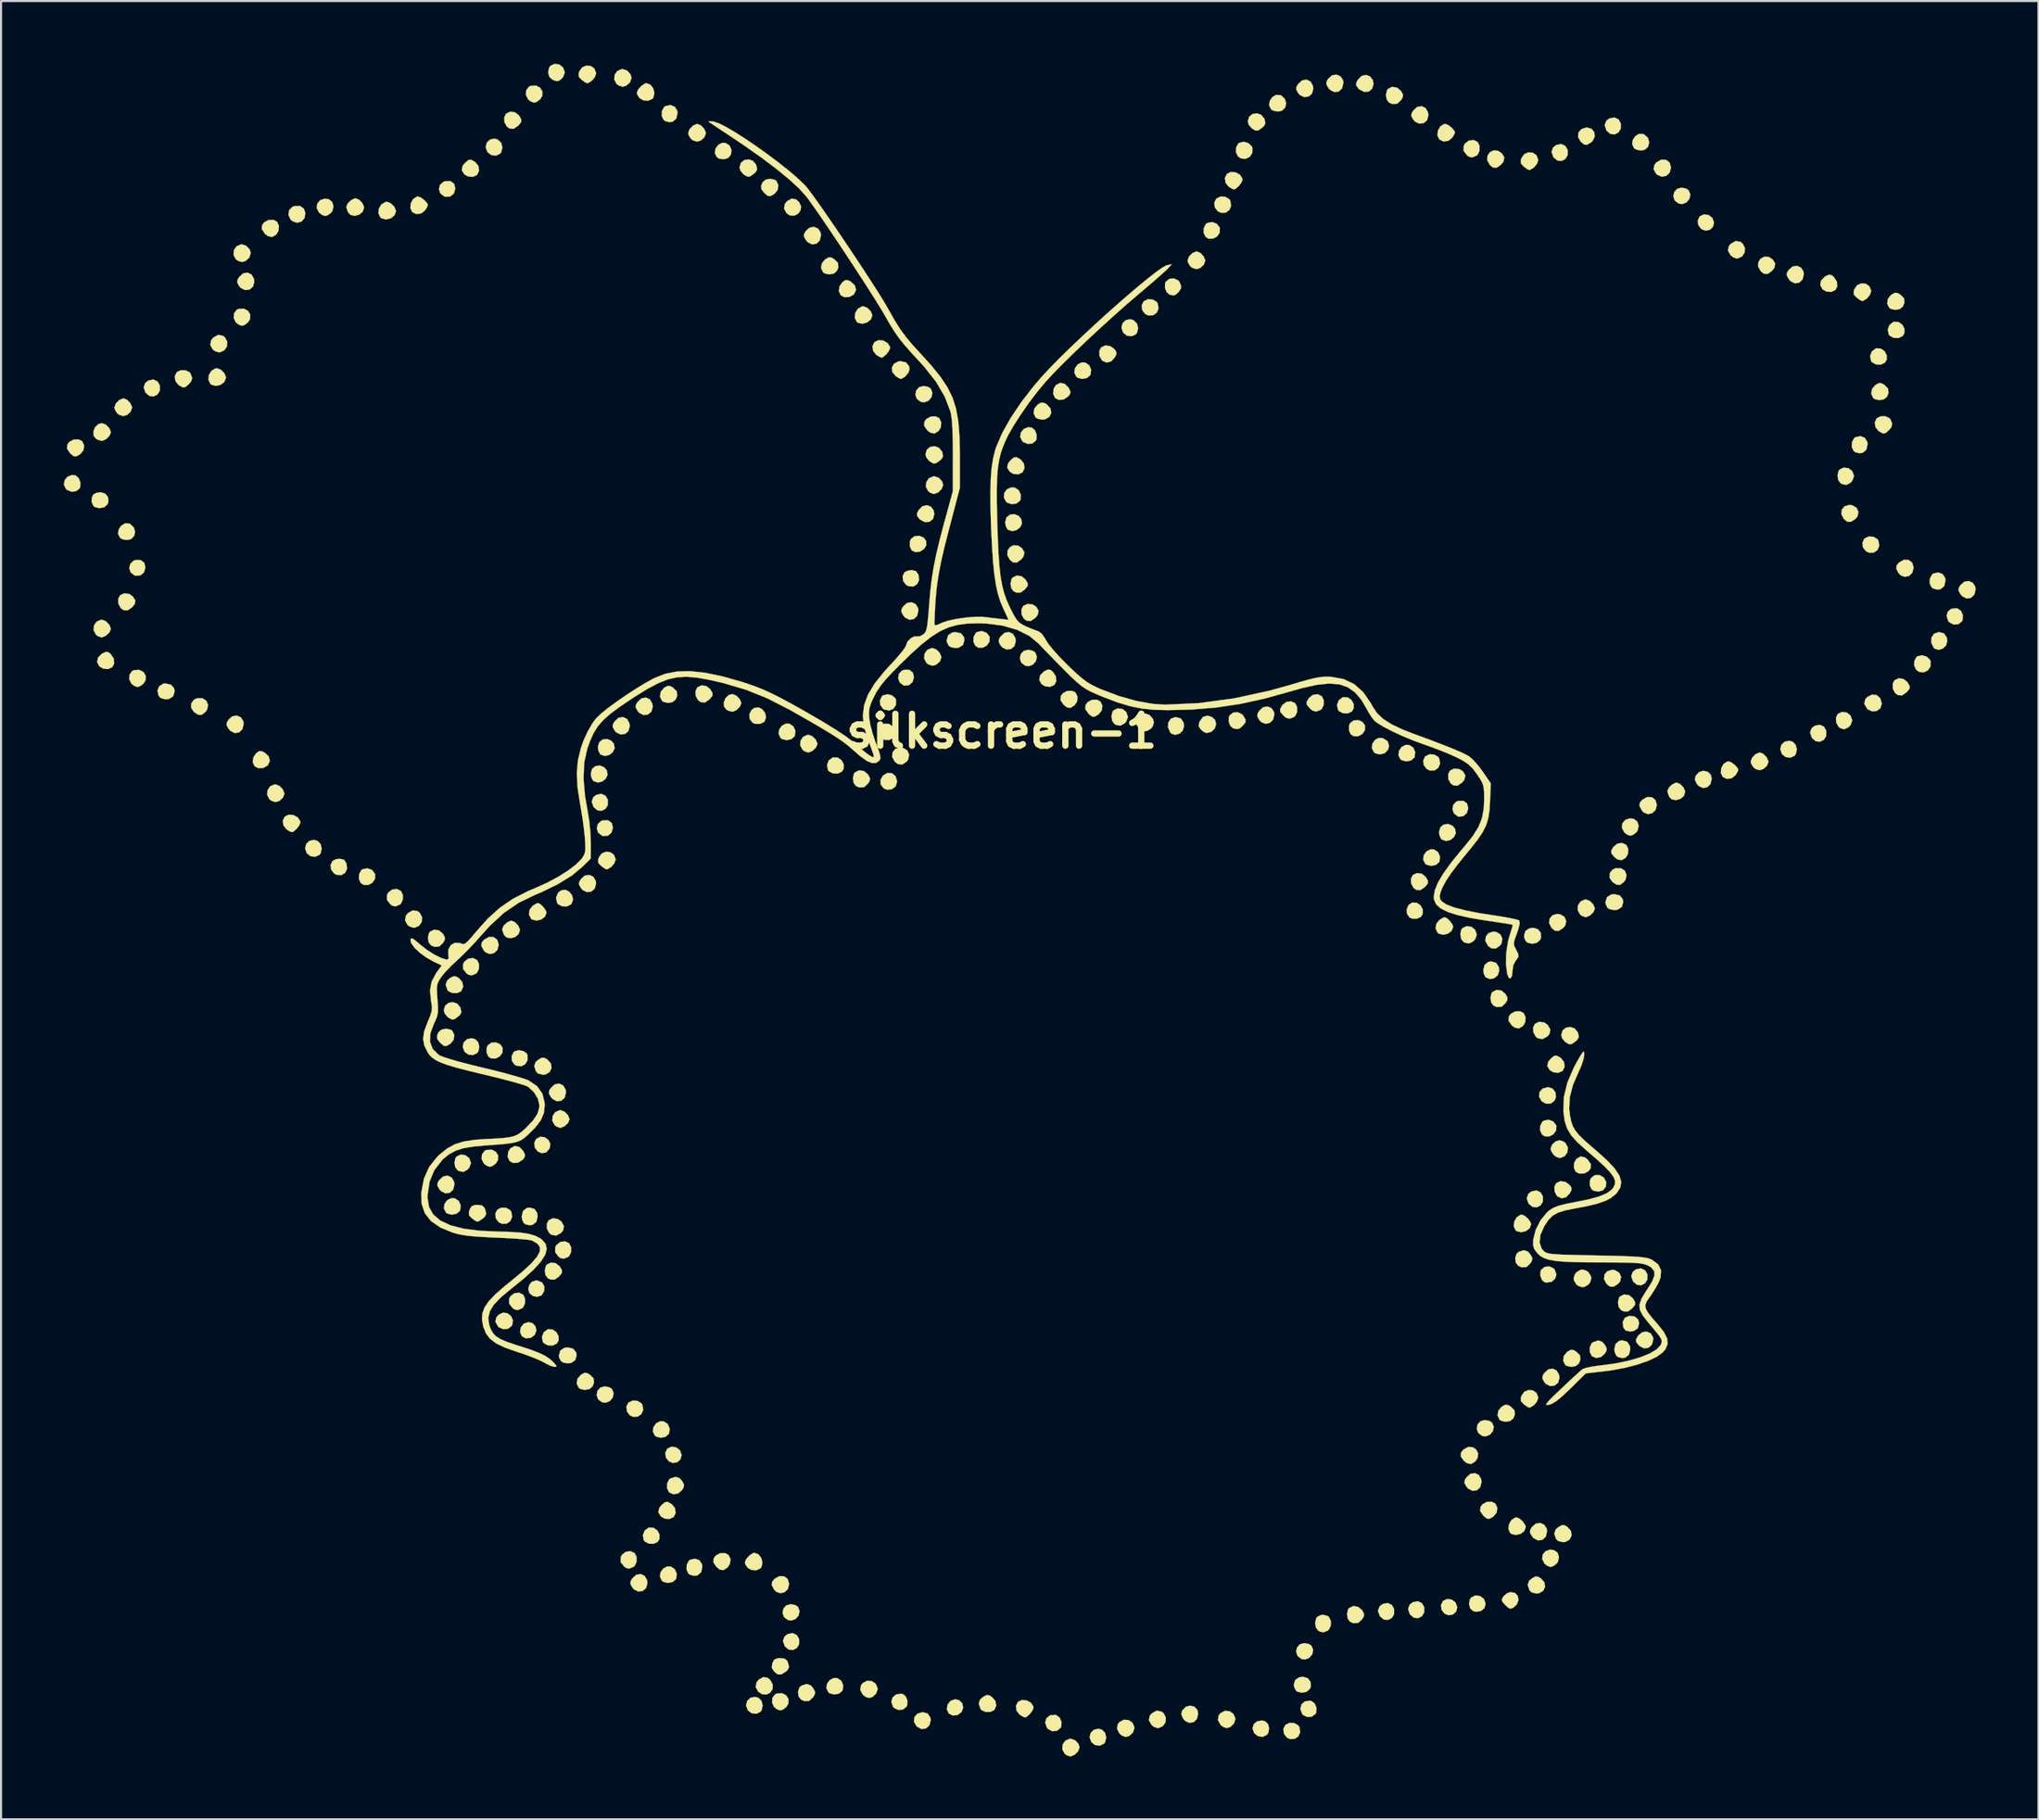
<source format=kicad_pcb>
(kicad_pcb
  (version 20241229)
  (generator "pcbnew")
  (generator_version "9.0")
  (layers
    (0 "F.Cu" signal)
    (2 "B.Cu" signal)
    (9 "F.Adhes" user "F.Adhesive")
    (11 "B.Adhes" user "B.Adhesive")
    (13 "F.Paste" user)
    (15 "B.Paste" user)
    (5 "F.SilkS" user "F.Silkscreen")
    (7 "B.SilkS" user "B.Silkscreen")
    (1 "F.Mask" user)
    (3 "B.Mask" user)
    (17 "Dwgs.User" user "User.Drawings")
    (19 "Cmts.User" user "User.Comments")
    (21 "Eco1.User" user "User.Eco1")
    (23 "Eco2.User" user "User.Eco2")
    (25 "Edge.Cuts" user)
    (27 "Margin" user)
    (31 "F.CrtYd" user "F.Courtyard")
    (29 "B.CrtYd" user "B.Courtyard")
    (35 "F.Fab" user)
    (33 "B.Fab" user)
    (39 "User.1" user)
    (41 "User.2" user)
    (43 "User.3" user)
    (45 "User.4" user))
  (footprint "silkscreen-1"
    (layer "F.Cu")
    (at 44.838 31.917)
    (property "Reference" "silkscreen-1" (at 0 0 0) (layer "F.SilkS") (effects (font (size 1.524 1.524) (thickness 0.3))))
    (attr through_hole)
    (fp_poly (pts (xy -22.425 28.306) (xy -22.285 28.454) (xy -22.243 28.659) (xy -22.321 28.862) (xy -22.506 29.005) (xy -22.734 29.033) (xy -22.928 28.939) (xy -23.022 28.74) (xy -22.992 28.512) (xy -22.85 28.332) (xy -22.626 28.253) (xy -22.425 28.306)) (stroke (width 0.01) (type solid)) (fill yes) (layer "F.SilkS"))
    (fp_poly (pts (xy -21.845 19.414) (xy -21.672 19.536) (xy -21.578 19.725) (xy -21.607 19.942) (xy -21.768 20.134) (xy -21.986 20.176) (xy -22.177 20.094) (xy -22.318 19.91) (xy -22.344 19.682) (xy -22.25 19.49) (xy -22.053 19.388) (xy -21.845 19.414)) (stroke (width 0.01) (type solid)) (fill yes) (layer "F.SilkS"))
    (fp_poly (pts (xy -15.558 34.243) (xy -15.378 34.384) (xy -15.299 34.609) (xy -15.352 34.81) (xy -15.5 34.95) (xy -15.705 34.991) (xy -15.908 34.914) (xy -16.051 34.729) (xy -16.079 34.5) (xy -15.985 34.307) (xy -15.786 34.212) (xy -15.558 34.243)) (stroke (width 0.01) (type solid)) (fill yes) (layer "F.SilkS"))
    (fp_poly (pts (xy -2.02 46.34) (xy -1.88 46.488) (xy -1.839 46.693) (xy -1.916 46.896) (xy -2.101 47.039) (xy -2.33 47.067) (xy -2.523 46.973) (xy -2.618 46.774) (xy -2.587 46.546) (xy -2.446 46.366) (xy -2.221 46.287) (xy -2.02 46.34)) (stroke (width 0.01) (type solid)) (fill yes) (layer "F.SilkS"))
    (fp_poly (pts (xy 21.526 41.524) (xy 21.706 41.666) (xy 21.785 41.89) (xy 21.732 42.091) (xy 21.584 42.231) (xy 21.379 42.273) (xy 21.176 42.195) (xy 21.033 42.01) (xy 21.005 41.782) (xy 21.099 41.588) (xy 21.298 41.494) (xy 21.526 41.524)) (stroke (width 0.01) (type solid)) (fill yes) (layer "F.SilkS"))
    (fp_poly (pts (xy 30.271 27.985) (xy 30.437 28.134) (xy 30.48 28.314) (xy 30.413 28.551) (xy 30.218 28.679) (xy 30.037 28.702) (xy 29.826 28.651) (xy 29.726 28.512) (xy 29.694 28.249) (xy 29.794 28.05) (xy 30.007 27.955) (xy 30.271 27.985)) (stroke (width 0.01) (type solid)) (fill yes) (layer "F.SilkS"))
    (fp_poly (pts (xy 33.803 -24.685) (xy 33.983 -24.544) (xy 34.061 -24.319) (xy 34.008 -24.118) (xy 33.861 -23.978) (xy 33.656 -23.937) (xy 33.453 -24.014) (xy 33.309 -24.199) (xy 33.282 -24.428) (xy 33.376 -24.621) (xy 33.575 -24.716) (xy 33.803 -24.685)) (stroke (width 0.01) (type solid)) (fill yes) (layer "F.SilkS"))
    (fp_poly (pts (xy -41.713 -6.566) (xy -41.542 -6.449) (xy -41.419 -6.257) (xy -41.444 -6.084) (xy -41.571 -5.927) (xy -41.788 -5.778) (xy -41.987 -5.794) (xy -42.116 -5.89) (xy -42.228 -6.098) (xy -42.233 -6.336) (xy -42.147 -6.502) (xy -41.947 -6.596) (xy -41.713 -6.566)) (stroke (width 0.01) (type solid)) (fill yes) (layer "F.SilkS"))
    (fp_poly (pts (xy -40.991 -8.056) (xy -40.936 -7.833) (xy -41.004 -7.597) (xy -41.175 -7.453) (xy -41.402 -7.435) (xy -41.454 -7.452) (xy -41.639 -7.595) (xy -41.707 -7.797) (xy -41.661 -8.002) (xy -41.503 -8.154) (xy -41.421 -8.184) (xy -41.161 -8.186) (xy -40.991 -8.056)) (stroke (width 0.01) (type solid)) (fill yes) (layer "F.SilkS"))
    (fp_poly (pts (xy -40.354 -16.725) (xy -40.247 -16.534) (xy -40.248 -16.284) (xy -40.36 -16.103) (xy -40.539 -16.011) (xy -40.742 -16.031) (xy -40.924 -16.184) (xy -40.933 -16.197) (xy -41.019 -16.444) (xy -40.944 -16.655) (xy -40.796 -16.771) (xy -40.556 -16.821) (xy -40.354 -16.725)) (stroke (width 0.01) (type solid)) (fill yes) (layer "F.SilkS"))
    (fp_poly (pts (xy -39.712 -2.227) (xy -39.565 -2.058) (xy -39.539 -1.905) (xy -39.608 -1.673) (xy -39.804 -1.545) (xy -39.977 -1.524) (xy -40.211 -1.592) (xy -40.307 -1.704) (xy -40.36 -1.945) (xy -40.278 -2.15) (xy -40.089 -2.272) (xy -39.981 -2.286) (xy -39.712 -2.227)) (stroke (width 0.01) (type solid)) (fill yes) (layer "F.SilkS"))
    (fp_poly (pts (xy -38.207 -1.577) (xy -38.023 -1.459) (xy -37.94 -1.265) (xy -37.984 -1.039) (xy -38.064 -0.924) (xy -38.24 -0.786) (xy -38.418 -0.792) (xy -38.611 -0.917) (xy -38.749 -1.116) (xy -38.746 -1.331) (xy -38.615 -1.509) (xy -38.467 -1.578) (xy -38.207 -1.577)) (stroke (width 0.01) (type solid)) (fill yes) (layer "F.SilkS"))
    (fp_poly (pts (xy -34.646 -24.367) (xy -34.554 -24.17) (xy -34.573 -23.931) (xy -34.677 -23.755) (xy -34.875 -23.634) (xy -35.079 -23.677) (xy -35.221 -23.791) (xy -35.37 -24.008) (xy -35.354 -24.207) (xy -35.258 -24.336) (xy -35.05 -24.448) (xy -34.812 -24.453) (xy -34.646 -24.367)) (stroke (width 0.01) (type solid)) (fill yes) (layer "F.SilkS"))
    (fp_poly (pts (xy -33.359 -24.985) (xy -33.291 -24.788) (xy -33.327 -24.539) (xy -33.471 -24.374) (xy -33.678 -24.315) (xy -33.898 -24.385) (xy -33.991 -24.465) (xy -34.098 -24.685) (xy -34.067 -24.907) (xy -33.914 -25.073) (xy -33.81 -25.115) (xy -33.541 -25.118) (xy -33.359 -24.985)) (stroke (width 0.01) (type solid)) (fill yes) (layer "F.SilkS"))
    (fp_poly (pts (xy -32.713 5.239) (xy -32.562 5.389) (xy -32.507 5.611) (xy -32.557 5.833) (xy -32.614 5.91) (xy -32.813 6.004) (xy -33.041 5.974) (xy -33.218 5.837) (xy -33.301 5.603) (xy -33.25 5.392) (xy -33.097 5.243) (xy -32.877 5.196) (xy -32.713 5.239)) (stroke (width 0.01) (type solid)) (fill yes) (layer "F.SilkS"))
    (fp_poly (pts (xy -31.441 6.144) (xy -31.325 6.313) (xy -31.294 6.571) (xy -31.387 6.769) (xy -31.566 6.878) (xy -31.792 6.865) (xy -31.914 6.802) (xy -32.055 6.617) (xy -32.08 6.389) (xy -31.987 6.198) (xy -31.831 6.122) (xy -31.646 6.096) (xy -31.441 6.144)) (stroke (width 0.01) (type solid)) (fill yes) (layer "F.SilkS"))
    (fp_poly (pts (xy -26.175 -26.175) (xy -26.12 -25.951) (xy -26.188 -25.715) (xy -26.36 -25.571) (xy -26.59 -25.556) (xy -26.641 -25.572) (xy -26.833 -25.717) (xy -26.902 -25.918) (xy -26.853 -26.122) (xy -26.688 -26.273) (xy -26.605 -26.302) (xy -26.344 -26.305) (xy -26.175 -26.175)) (stroke (width 0.01) (type solid)) (fill yes) (layer "F.SilkS"))
    (fp_poly (pts (xy -25.178 14.721) (xy -25.027 14.871) (xy -24.971 15.094) (xy -25.022 15.316) (xy -25.078 15.392) (xy -25.277 15.487) (xy -25.505 15.457) (xy -25.682 15.319) (xy -25.766 15.086) (xy -25.714 14.874) (xy -25.562 14.726) (xy -25.341 14.679) (xy -25.178 14.721)) (stroke (width 0.01) (type solid)) (fill yes) (layer "F.SilkS"))
    (fp_poly (pts (xy -24.094 -28.297) (xy -23.93 -28.141) (xy -23.869 -27.914) (xy -23.923 -27.689) (xy -23.978 -27.618) (xy -24.177 -27.524) (xy -24.405 -27.554) (xy -24.585 -27.696) (xy -24.667 -27.928) (xy -24.617 -28.14) (xy -24.467 -28.29) (xy -24.25 -28.338) (xy -24.094 -28.297)) (stroke (width 0.01) (type solid)) (fill yes) (layer "F.SilkS"))
    (fp_poly (pts (xy -23.973 14.967) (xy -23.855 15.143) (xy -23.866 15.367) (xy -23.993 15.545) (xy -24.187 15.648) (xy -24.398 15.646) (xy -24.536 15.562) (xy -24.623 15.376) (xy -24.623 15.146) (xy -24.573 15.022) (xy -24.399 14.894) (xy -24.177 14.88) (xy -23.973 14.967)) (stroke (width 0.01) (type solid)) (fill yes) (layer "F.SilkS"))
    (fp_poly (pts (xy -23.683 22.79) (xy -23.493 22.901) (xy -23.442 22.976) (xy -23.402 23.223) (xy -23.489 23.423) (xy -23.664 23.544) (xy -23.888 23.552) (xy -24.04 23.481) (xy -24.181 23.297) (xy -24.206 23.068) (xy -24.113 22.877) (xy -23.914 22.778) (xy -23.683 22.79)) (stroke (width 0.01) (type solid)) (fill yes) (layer "F.SilkS"))
    (fp_poly (pts (xy -22.204 26.263) (xy -21.969 26.359) (xy -21.86 26.559) (xy -21.873 26.774) (xy -21.994 26.974) (xy -22.208 27.043) (xy -22.407 27.003) (xy -22.576 26.871) (xy -22.631 26.679) (xy -22.586 26.48) (xy -22.454 26.323) (xy -22.25 26.26) (xy -22.204 26.263)) (stroke (width 0.01) (type solid)) (fill yes) (layer "F.SilkS"))
    (fp_poly (pts (xy -21.224 23.321) (xy -21.053 23.438) (xy -20.925 23.662) (xy -20.966 23.871) (xy -21.067 23.99) (xy -21.3 24.118) (xy -21.523 24.078) (xy -21.626 23.997) (xy -21.739 23.789) (xy -21.744 23.552) (xy -21.658 23.385) (xy -21.458 23.291) (xy -21.224 23.321)) (stroke (width 0.01) (type solid)) (fill yes) (layer "F.SilkS"))
    (fp_poly (pts (xy -18.934 3.087) (xy -18.826 3.278) (xy -18.827 3.528) (xy -18.939 3.709) (xy -19.118 3.801) (xy -19.321 3.781) (xy -19.504 3.628) (xy -19.512 3.615) (xy -19.599 3.368) (xy -19.523 3.157) (xy -19.376 3.041) (xy -19.136 2.991) (xy -18.934 3.087)) (stroke (width 0.01) (type solid)) (fill yes) (layer "F.SilkS"))
    (fp_poly (pts (xy -18.76 31.367) (xy -18.631 31.449) (xy -18.549 31.655) (xy -18.595 31.865) (xy -18.736 32.031) (xy -18.938 32.11) (xy -19.106 32.086) (xy -19.293 31.944) (xy -19.362 31.744) (xy -19.323 31.54) (xy -19.184 31.384) (xy -18.973 31.327) (xy -18.76 31.367)) (stroke (width 0.01) (type solid)) (fill yes) (layer "F.SilkS"))
    (fp_poly (pts (xy -18.639 4.39) (xy -18.584 4.613) (xy -18.652 4.849) (xy -18.823 4.993) (xy -19.05 5.011) (xy -19.102 4.994) (xy -19.287 4.851) (xy -19.355 4.649) (xy -19.309 4.444) (xy -19.151 4.292) (xy -19.069 4.262) (xy -18.809 4.26) (xy -18.639 4.39)) (stroke (width 0.01) (type solid)) (fill yes) (layer "F.SilkS"))
    (fp_poly (pts (xy -17.417 32.018) (xy -17.227 32.13) (xy -17.177 32.205) (xy -17.136 32.451) (xy -17.223 32.652) (xy -17.399 32.773) (xy -17.622 32.781) (xy -17.775 32.71) (xy -17.915 32.525) (xy -17.941 32.297) (xy -17.848 32.106) (xy -17.649 32.007) (xy -17.417 32.018)) (stroke (width 0.01) (type solid)) (fill yes) (layer "F.SilkS"))
    (fp_poly (pts (xy -13.2 -28.132) (xy -13.008 -28.008) (xy -12.918 -27.804) (xy -12.94 -27.582) (xy -13.075 -27.412) (xy -13.279 -27.352) (xy -13.506 -27.383) (xy -13.614 -27.449) (xy -13.711 -27.643) (xy -13.681 -27.855) (xy -13.555 -28.036) (xy -13.363 -28.136) (xy -13.2 -28.132)) (stroke (width 0.01) (type solid)) (fill yes) (layer "F.SilkS"))
    (fp_poly (pts (xy -13.056 39.387) (xy -12.962 39.587) (xy -12.992 39.821) (xy -13.109 39.992) (xy -13.301 40.115) (xy -13.474 40.09) (xy -13.631 39.963) (xy -13.78 39.746) (xy -13.764 39.547) (xy -13.668 39.418) (xy -13.46 39.306) (xy -13.222 39.301) (xy -13.056 39.387)) (stroke (width 0.01) (type solid)) (fill yes) (layer "F.SilkS"))
    (fp_poly (pts (xy -11.631 46.217) (xy -11.48 46.367) (xy -11.425 46.59) (xy -11.475 46.812) (xy -11.532 46.888) (xy -11.731 46.983) (xy -11.959 46.953) (xy -12.136 46.815) (xy -12.219 46.582) (xy -12.168 46.37) (xy -12.015 46.222) (xy -11.795 46.175) (xy -11.631 46.217)) (stroke (width 0.01) (type solid)) (fill yes) (layer "F.SilkS"))
    (fp_poly (pts (xy -11.181 45.265) (xy -11.062 45.367) (xy -10.94 45.592) (xy -10.951 45.804) (xy -11.063 45.972) (xy -11.242 46.063) (xy -11.456 46.045) (xy -11.636 45.926) (xy -11.758 45.706) (xy -11.717 45.479) (xy -11.614 45.352) (xy -11.39 45.225) (xy -11.181 45.265)) (stroke (width 0.01) (type solid)) (fill yes) (layer "F.SilkS"))
    (fp_poly (pts (xy -9.87 41.781) (xy -9.741 41.863) (xy -9.659 42.069) (xy -9.705 42.279) (xy -9.846 42.445) (xy -10.048 42.524) (xy -10.216 42.5) (xy -10.403 42.358) (xy -10.472 42.158) (xy -10.433 41.954) (xy -10.294 41.798) (xy -10.083 41.741) (xy -9.87 41.781)) (stroke (width 0.01) (type solid)) (fill yes) (layer "F.SilkS"))
    (fp_poly (pts (xy -9.83 -25.431) (xy -9.692 -25.313) (xy -9.588 -25.104) (xy -9.615 -24.902) (xy -9.739 -24.74) (xy -9.922 -24.651) (xy -10.131 -24.669) (xy -10.276 -24.766) (xy -10.402 -24.988) (xy -10.363 -25.216) (xy -10.259 -25.345) (xy -10.038 -25.472) (xy -9.83 -25.431)) (stroke (width 0.01) (type solid)) (fill yes) (layer "F.SilkS"))
    (fp_poly (pts (xy -9.79 43.219) (xy -9.682 43.41) (xy -9.683 43.66) (xy -9.795 43.841) (xy -9.974 43.933) (xy -10.177 43.913) (xy -10.36 43.76) (xy -10.368 43.747) (xy -10.455 43.5) (xy -10.379 43.289) (xy -10.232 43.173) (xy -9.992 43.123) (xy -9.79 43.219)) (stroke (width 0.01) (type solid)) (fill yes) (layer "F.SilkS"))
    (fp_poly (pts (xy -5.239 2.009) (xy -5.071 2.15) (xy -4.997 2.395) (xy -4.997 2.417) (xy -5.066 2.635) (xy -5.241 2.77) (xy -5.468 2.796) (xy -5.64 2.729) (xy -5.779 2.55) (xy -5.789 2.322) (xy -5.673 2.117) (xy -5.454 1.991) (xy -5.239 2.009)) (stroke (width 0.01) (type solid)) (fill yes) (layer "F.SilkS"))
    (fp_poly (pts (xy -4.713 0.793) (xy -4.51 0.916) (xy -4.423 1.12) (xy -4.466 1.348) (xy -4.533 1.443) (xy -4.746 1.59) (xy -4.963 1.568) (xy -5.116 1.446) (xy -5.235 1.219) (xy -5.214 1.004) (xy -5.078 0.842) (xy -4.853 0.776) (xy -4.713 0.793)) (stroke (width 0.01) (type solid)) (fill yes) (layer "F.SilkS"))
    (fp_poly (pts (xy -4.246 -2.807) (xy -4.191 -2.583) (xy -4.258 -2.354) (xy -4.425 -2.207) (xy -4.643 -2.181) (xy -4.693 -2.195) (xy -4.874 -2.334) (xy -4.945 -2.536) (xy -4.909 -2.743) (xy -4.766 -2.899) (xy -4.676 -2.934) (xy -4.415 -2.937) (xy -4.246 -2.807)) (stroke (width 0.01) (type solid)) (fill yes) (layer "F.SilkS"))
    (fp_poly (pts (xy -4.094 -7.657) (xy -3.977 -7.487) (xy -3.947 -7.23) (xy -4.04 -7.031) (xy -4.218 -6.923) (xy -4.445 -6.936) (xy -4.567 -6.999) (xy -4.707 -7.183) (xy -4.733 -7.412) (xy -4.64 -7.603) (xy -4.484 -7.679) (xy -4.299 -7.705) (xy -4.094 -7.657)) (stroke (width 0.01) (type solid)) (fill yes) (layer "F.SilkS"))
    (fp_poly (pts (xy -3.721 -9.251) (xy -3.606 -9.092) (xy -3.602 -8.885) (xy -3.718 -8.708) (xy -3.907 -8.59) (xy -4.119 -8.563) (xy -4.301 -8.653) (xy -4.388 -8.838) (xy -4.388 -9.069) (xy -4.338 -9.193) (xy -4.157 -9.329) (xy -3.93 -9.346) (xy -3.721 -9.251)) (stroke (width 0.01) (type solid)) (fill yes) (layer "F.SilkS"))
    (fp_poly (pts (xy -3.52 -16.469) (xy -3.391 -16.388) (xy -3.309 -16.181) (xy -3.355 -15.972) (xy -3.496 -15.805) (xy -3.698 -15.726) (xy -3.866 -15.751) (xy -4.053 -15.893) (xy -4.122 -16.093) (xy -4.083 -16.296) (xy -3.944 -16.453) (xy -3.733 -16.51) (xy -3.52 -16.469)) (stroke (width 0.01) (type solid)) (fill yes) (layer "F.SilkS"))
    (fp_poly (pts (xy -2.98 -14.969) (xy -2.888 -14.772) (xy -2.908 -14.533) (xy -3.012 -14.357) (xy -3.21 -14.236) (xy -3.413 -14.279) (xy -3.556 -14.393) (xy -3.705 -14.61) (xy -3.689 -14.809) (xy -3.592 -14.938) (xy -3.385 -15.05) (xy -3.147 -15.055) (xy -2.98 -14.969)) (stroke (width 0.01) (type solid)) (fill yes) (layer "F.SilkS"))
    (fp_poly (pts (xy 0.788 -8.877) (xy 0.968 -8.757) (xy 1.089 -8.559) (xy 1.046 -8.355) (xy 0.931 -8.213) (xy 0.724 -8.065) (xy 0.538 -8.079) (xy 0.394 -8.198) (xy 0.272 -8.423) (xy 0.283 -8.636) (xy 0.395 -8.803) (xy 0.574 -8.894) (xy 0.788 -8.877)) (stroke (width 0.01) (type solid)) (fill yes) (layer "F.SilkS"))
    (fp_poly (pts (xy 1.469 -6.067) (xy 1.645 -5.963) (xy 1.766 -5.765) (xy 1.723 -5.561) (xy 1.609 -5.419) (xy 1.392 -5.27) (xy 1.193 -5.286) (xy 1.064 -5.382) (xy 0.952 -5.59) (xy 0.947 -5.828) (xy 1.033 -5.994) (xy 1.23 -6.086) (xy 1.469 -6.067)) (stroke (width 0.01) (type solid)) (fill yes) (layer "F.SilkS"))
    (fp_poly (pts (xy 1.475 -3.854) (xy 1.605 -3.772) (xy 1.687 -3.566) (xy 1.64 -3.357) (xy 1.499 -3.19) (xy 1.297 -3.111) (xy 1.129 -3.135) (xy 0.942 -3.278) (xy 0.873 -3.477) (xy 0.912 -3.681) (xy 1.052 -3.838) (xy 1.263 -3.895) (xy 1.475 -3.854)) (stroke (width 0.01) (type solid)) (fill yes) (layer "F.SilkS"))
    (fp_poly (pts (xy 3.539 -1.846) (xy 3.633 -1.646) (xy 3.603 -1.412) (xy 3.486 -1.241) (xy 3.294 -1.117) (xy 3.12 -1.143) (xy 2.963 -1.27) (xy 2.815 -1.486) (xy 2.83 -1.686) (xy 2.927 -1.814) (xy 3.135 -1.927) (xy 3.372 -1.932) (xy 3.539 -1.846)) (stroke (width 0.01) (type solid)) (fill yes) (layer "F.SilkS"))
    (fp_poly (pts (xy 4.794 47.741) (xy 4.945 47.891) (xy 5.001 48.114) (xy 4.95 48.336) (xy 4.894 48.412) (xy 4.695 48.507) (xy 4.467 48.477) (xy 4.29 48.339) (xy 4.206 48.106) (xy 4.258 47.894) (xy 4.41 47.746) (xy 4.631 47.699) (xy 4.794 47.741)) (stroke (width 0.01) (type solid)) (fill yes) (layer "F.SilkS"))
    (fp_poly (pts (xy 6.301 -19.661) (xy 6.465 -19.505) (xy 6.527 -19.278) (xy 6.472 -19.053) (xy 6.418 -18.982) (xy 6.218 -18.888) (xy 5.99 -18.918) (xy 5.811 -19.06) (xy 5.728 -19.292) (xy 5.778 -19.504) (xy 5.928 -19.654) (xy 6.145 -19.702) (xy 6.301 -19.661)) (stroke (width 0.01) (type solid)) (fill yes) (layer "F.SilkS"))
    (fp_poly (pts (xy 7.221 -20.644) (xy 7.411 -20.533) (xy 7.461 -20.458) (xy 7.502 -20.211) (xy 7.415 -20.011) (xy 7.239 -19.89) (xy 7.016 -19.882) (xy 6.863 -19.953) (xy 6.723 -20.137) (xy 6.697 -20.366) (xy 6.79 -20.557) (xy 6.989 -20.656) (xy 7.221 -20.644)) (stroke (width 0.01) (type solid)) (fill yes) (layer "F.SilkS"))
    (fp_poly (pts (xy 10.692 -25.555) (xy 10.882 -25.444) (xy 10.933 -25.368) (xy 10.973 -25.122) (xy 10.886 -24.921) (xy 10.711 -24.8) (xy 10.487 -24.792) (xy 10.335 -24.864) (xy 10.194 -25.048) (xy 10.168 -25.276) (xy 10.262 -25.468) (xy 10.461 -25.567) (xy 10.692 -25.555)) (stroke (width 0.01) (type solid)) (fill yes) (layer "F.SilkS"))
    (fp_poly (pts (xy 12.594 47.337) (xy 12.735 47.468) (xy 12.79 47.678) (xy 12.748 47.895) (xy 12.683 47.989) (xy 12.484 48.084) (xy 12.256 48.053) (xy 12.076 47.912) (xy 11.996 47.685) (xy 12.052 47.484) (xy 12.212 47.344) (xy 12.443 47.303) (xy 12.594 47.337)) (stroke (width 0.01) (type solid)) (fill yes) (layer "F.SilkS"))
    (fp_poly (pts (xy 13.994 47.428) (xy 14.184 47.539) (xy 14.235 47.614) (xy 14.275 47.861) (xy 14.188 48.061) (xy 14.013 48.182) (xy 13.789 48.19) (xy 13.637 48.119) (xy 13.496 47.935) (xy 13.47 47.706) (xy 13.564 47.515) (xy 13.763 47.416) (xy 13.994 47.428)) (stroke (width 0.01) (type solid)) (fill yes) (layer "F.SilkS"))
    (fp_poly (pts (xy 14.683 43.644) (xy 14.813 43.726) (xy 14.895 43.932) (xy 14.848 44.141) (xy 14.707 44.308) (xy 14.505 44.387) (xy 14.337 44.363) (xy 14.15 44.22) (xy 14.081 44.021) (xy 14.12 43.817) (xy 14.26 43.66) (xy 14.471 43.603) (xy 14.683 43.644)) (stroke (width 0.01) (type solid)) (fill yes) (layer "F.SilkS"))
    (fp_poly (pts (xy 17.259 -0.442) (xy 17.378 -0.267) (xy 17.366 -0.043) (xy 17.239 0.136) (xy 17.046 0.239) (xy 16.834 0.237) (xy 16.696 0.152) (xy 16.609 -0.033) (xy 16.61 -0.263) (xy 16.659 -0.387) (xy 16.834 -0.515) (xy 17.056 -0.53) (xy 17.259 -0.442)) (stroke (width 0.01) (type solid)) (fill yes) (layer "F.SilkS"))
    (fp_poly (pts (xy 18.23 0.332) (xy 18.455 0.479) (xy 18.525 0.692) (xy 18.476 0.882) (xy 18.32 1.047) (xy 18.093 1.108) (xy 17.868 1.053) (xy 17.797 0.999) (xy 17.699 0.804) (xy 17.727 0.594) (xy 17.851 0.415) (xy 18.039 0.317) (xy 18.23 0.332)) (stroke (width 0.01) (type solid)) (fill yes) (layer "F.SilkS"))
    (fp_poly (pts (xy 18.658 41.779) (xy 18.766 41.971) (xy 18.765 42.221) (xy 18.653 42.402) (xy 18.474 42.493) (xy 18.271 42.474) (xy 18.088 42.321) (xy 18.08 42.308) (xy 17.993 42.061) (xy 18.069 41.85) (xy 18.216 41.734) (xy 18.456 41.684) (xy 18.658 41.779)) (stroke (width 0.01) (type solid)) (fill yes) (layer "F.SilkS"))
    (fp_poly (pts (xy 19.854 8.203) (xy 20.032 8.33) (xy 20.135 8.523) (xy 20.133 8.735) (xy 20.049 8.873) (xy 19.864 8.96) (xy 19.633 8.96) (xy 19.509 8.91) (xy 19.382 8.735) (xy 19.367 8.514) (xy 19.455 8.31) (xy 19.63 8.191) (xy 19.854 8.203)) (stroke (width 0.01) (type solid)) (fill yes) (layer "F.SilkS"))
    (fp_poly (pts (xy 20.098 41.695) (xy 20.205 41.886) (xy 20.204 42.136) (xy 20.092 42.317) (xy 19.913 42.409) (xy 19.71 42.389) (xy 19.528 42.236) (xy 19.519 42.223) (xy 19.433 41.976) (xy 19.508 41.765) (xy 19.656 41.649) (xy 19.896 41.599) (xy 20.098 41.695)) (stroke (width 0.01) (type solid)) (fill yes) (layer "F.SilkS"))
    (fp_poly (pts (xy 20.683 1.115) (xy 20.873 1.226) (xy 20.923 1.302) (xy 20.964 1.548) (xy 20.877 1.749) (xy 20.701 1.87) (xy 20.478 1.878) (xy 20.325 1.806) (xy 20.185 1.622) (xy 20.159 1.394) (xy 20.252 1.202) (xy 20.451 1.103) (xy 20.683 1.115)) (stroke (width 0.01) (type solid)) (fill yes) (layer "F.SilkS"))
    (fp_poly (pts (xy 21.873 1.807) (xy 22.05 1.911) (xy 22.171 2.109) (xy 22.128 2.313) (xy 22.013 2.455) (xy 21.797 2.604) (xy 21.598 2.588) (xy 21.469 2.492) (xy 21.356 2.284) (xy 21.351 2.046) (xy 21.438 1.88) (xy 21.635 1.788) (xy 21.873 1.807)) (stroke (width 0.01) (type solid)) (fill yes) (layer "F.SilkS"))
    (fp_poly (pts (xy 22.255 3.459) (xy 22.31 3.682) (xy 22.243 3.911) (xy 22.075 4.059) (xy 21.858 4.085) (xy 21.808 4.07) (xy 21.627 3.931) (xy 21.555 3.729) (xy 21.592 3.522) (xy 21.735 3.367) (xy 21.825 3.331) (xy 22.085 3.328) (xy 22.255 3.459)) (stroke (width 0.01) (type solid)) (fill yes) (layer "F.SilkS"))
    (fp_poly (pts (xy 22.521 34.235) (xy 22.689 34.347) (xy 22.78 34.526) (xy 22.762 34.74) (xy 22.642 34.919) (xy 22.444 35.04) (xy 22.241 34.997) (xy 22.098 34.883) (xy 21.951 34.675) (xy 21.964 34.49) (xy 22.084 34.345) (xy 22.308 34.223) (xy 22.521 34.235)) (stroke (width 0.01) (type solid)) (fill yes) (layer "F.SilkS"))
    (fp_poly (pts (xy 22.881 41.355) (xy 23.061 41.496) (xy 23.141 41.723) (xy 23.085 41.924) (xy 22.925 42.064) (xy 22.693 42.105) (xy 22.543 42.071) (xy 22.402 41.94) (xy 22.347 41.73) (xy 22.388 41.513) (xy 22.454 41.419) (xy 22.653 41.324) (xy 22.881 41.355)) (stroke (width 0.01) (type solid)) (fill yes) (layer "F.SilkS"))
    (fp_poly (pts (xy 23.319 32.976) (xy 23.449 33.058) (xy 23.531 33.264) (xy 23.484 33.473) (xy 23.343 33.64) (xy 23.141 33.719) (xy 22.973 33.695) (xy 22.786 33.552) (xy 22.717 33.353) (xy 22.756 33.149) (xy 22.896 32.992) (xy 23.107 32.935) (xy 23.319 32.976)) (stroke (width 0.01) (type solid)) (fill yes) (layer "F.SilkS"))
    (fp_poly (pts (xy 23.65 9.598) (xy 23.853 9.722) (xy 23.94 9.925) (xy 23.897 10.153) (xy 23.831 10.248) (xy 23.617 10.395) (xy 23.4 10.373) (xy 23.247 10.252) (xy 23.128 10.025) (xy 23.15 9.809) (xy 23.286 9.647) (xy 23.51 9.581) (xy 23.65 9.598)) (stroke (width 0.01) (type solid)) (fill yes) (layer "F.SilkS"))
    (fp_poly (pts (xy 23.733 -27.757) (xy 23.912 -27.638) (xy 24.033 -27.439) (xy 23.991 -27.236) (xy 23.876 -27.093) (xy 23.668 -26.946) (xy 23.483 -26.96) (xy 23.339 -27.079) (xy 23.217 -27.304) (xy 23.228 -27.516) (xy 23.34 -27.684) (xy 23.519 -27.775) (xy 23.733 -27.757)) (stroke (width 0.01) (type solid)) (fill yes) (layer "F.SilkS"))
    (fp_poly (pts (xy 24.96 13.479) (xy 25.052 13.676) (xy 25.032 13.915) (xy 24.928 14.091) (xy 24.73 14.212) (xy 24.527 14.169) (xy 24.384 14.055) (xy 24.235 13.838) (xy 24.251 13.639) (xy 24.348 13.51) (xy 24.555 13.398) (xy 24.793 13.393) (xy 24.96 13.479)) (stroke (width 0.01) (type solid)) (fill yes) (layer "F.SilkS"))
    (fp_poly (pts (xy 25.77 22.052) (xy 25.878 22.244) (xy 25.877 22.493) (xy 25.765 22.675) (xy 25.586 22.766) (xy 25.383 22.746) (xy 25.2 22.594) (xy 25.192 22.581) (xy 25.105 22.334) (xy 25.181 22.122) (xy 25.328 22.006) (xy 25.568 21.957) (xy 25.77 22.052)) (stroke (width 0.01) (type solid)) (fill yes) (layer "F.SilkS"))
    (fp_poly (pts (xy 25.936 13.923) (xy 26.107 14.04) (xy 26.234 14.264) (xy 26.193 14.473) (xy 26.092 14.592) (xy 25.86 14.72) (xy 25.637 14.68) (xy 25.533 14.599) (xy 25.42 14.391) (xy 25.415 14.154) (xy 25.502 13.987) (xy 25.701 13.893) (xy 25.936 13.923)) (stroke (width 0.01) (type solid)) (fill yes) (layer "F.SilkS"))
    (fp_poly (pts (xy 26.341 17.088) (xy 26.476 17.263) (xy 26.503 17.491) (xy 26.436 17.663) (xy 26.257 17.802) (xy 26.029 17.811) (xy 25.823 17.695) (xy 25.697 17.477) (xy 25.715 17.262) (xy 25.857 17.094) (xy 26.102 17.02) (xy 26.124 17.019) (xy 26.341 17.088)) (stroke (width 0.01) (type solid)) (fill yes) (layer "F.SilkS"))
    (fp_poly (pts (xy 26.698 8.752) (xy 26.906 8.874) (xy 26.993 9.071) (xy 26.949 9.287) (xy 26.843 9.412) (xy 26.626 9.546) (xy 26.451 9.534) (xy 26.295 9.405) (xy 26.176 9.178) (xy 26.198 8.962) (xy 26.334 8.801) (xy 26.558 8.735) (xy 26.698 8.752)) (stroke (width 0.01) (type solid)) (fill yes) (layer "F.SilkS"))
    (fp_poly (pts (xy 26.956 -27.986) (xy 27.063 -27.794) (xy 27.062 -27.545) (xy 26.95 -27.363) (xy 26.771 -27.272) (xy 26.568 -27.292) (xy 26.386 -27.444) (xy 26.377 -27.457) (xy 26.291 -27.704) (xy 26.366 -27.916) (xy 26.514 -28.032) (xy 26.754 -28.081) (xy 26.956 -27.986)) (stroke (width 0.01) (type solid)) (fill yes) (layer "F.SilkS"))
    (fp_poly (pts (xy 27.882 20.375) (xy 28.025 20.489) (xy 28.173 20.706) (xy 28.158 20.905) (xy 28.061 21.034) (xy 27.853 21.146) (xy 27.616 21.151) (xy 27.449 21.065) (xy 27.357 20.868) (xy 27.377 20.629) (xy 27.48 20.453) (xy 27.679 20.332) (xy 27.882 20.375)) (stroke (width 0.01) (type solid)) (fill yes) (layer "F.SilkS"))
    (fp_poly (pts (xy 28.787 21.336) (xy 28.905 21.55) (xy 28.89 21.777) (xy 28.754 21.949) (xy 28.545 22.009) (xy 28.318 21.977) (xy 28.211 21.912) (xy 28.124 21.726) (xy 28.125 21.493) (xy 28.174 21.369) (xy 28.353 21.23) (xy 28.581 21.22) (xy 28.787 21.336)) (stroke (width 0.01) (type solid)) (fill yes) (layer "F.SilkS"))
    (fp_poly (pts (xy 29.323 25.77) (xy 29.53 25.892) (xy 29.618 26.089) (xy 29.574 26.305) (xy 29.467 26.43) (xy 29.25 26.564) (xy 29.075 26.552) (xy 28.92 26.423) (xy 28.801 26.196) (xy 28.822 25.98) (xy 28.958 25.819) (xy 29.183 25.753) (xy 29.323 25.77)) (stroke (width 0.01) (type solid)) (fill yes) (layer "F.SilkS"))
    (fp_poly (pts (xy 29.496 -29.256) (xy 29.603 -29.064) (xy 29.602 -28.815) (xy 29.49 -28.633) (xy 29.311 -28.542) (xy 29.108 -28.562) (xy 28.926 -28.714) (xy 28.917 -28.727) (xy 28.831 -28.974) (xy 28.906 -29.186) (xy 29.054 -29.302) (xy 29.294 -29.351) (xy 29.496 -29.256)) (stroke (width 0.01) (type solid)) (fill yes) (layer "F.SilkS"))
    (fp_poly (pts (xy 29.611 6.551) (xy 29.795 6.669) (xy 29.878 6.863) (xy 29.834 7.089) (xy 29.754 7.204) (xy 29.578 7.342) (xy 29.4 7.336) (xy 29.207 7.211) (xy 29.069 7.012) (xy 29.072 6.797) (xy 29.203 6.619) (xy 29.351 6.55) (xy 29.611 6.551)) (stroke (width 0.01) (type solid)) (fill yes) (layer "F.SilkS"))
    (fp_poly (pts (xy 30.766 25.777) (xy 30.873 25.969) (xy 30.872 26.219) (xy 30.76 26.4) (xy 30.581 26.491) (xy 30.378 26.472) (xy 30.196 26.319) (xy 30.187 26.306) (xy 30.101 26.059) (xy 30.176 25.848) (xy 30.324 25.732) (xy 30.564 25.682) (xy 30.766 25.777)) (stroke (width 0.01) (type solid)) (fill yes) (layer "F.SilkS"))
    (fp_poly (pts (xy 32.717 -25.952) (xy 32.847 -25.87) (xy 32.929 -25.664) (xy 32.882 -25.455) (xy 32.741 -25.288) (xy 32.539 -25.209) (xy 32.371 -25.233) (xy 32.184 -25.376) (xy 32.115 -25.575) (xy 32.154 -25.779) (xy 32.294 -25.936) (xy 32.505 -25.993) (xy 32.717 -25.952)) (stroke (width 0.01) (type solid)) (fill yes) (layer "F.SilkS"))
    (fp_poly (pts (xy 36.687 -22.677) (xy 36.866 -22.558) (xy 36.987 -22.359) (xy 36.945 -22.156) (xy 36.83 -22.013) (xy 36.622 -21.866) (xy 36.437 -21.88) (xy 36.293 -21.999) (xy 36.171 -22.224) (xy 36.182 -22.436) (xy 36.294 -22.604) (xy 36.473 -22.695) (xy 36.687 -22.677)) (stroke (width 0.01) (type solid)) (fill yes) (layer "F.SilkS"))
    (fp_poly (pts (xy 37.814 0.497) (xy 37.965 0.647) (xy 38.021 0.87) (xy 37.97 1.092) (xy 37.914 1.168) (xy 37.715 1.263) (xy 37.487 1.233) (xy 37.31 1.095) (xy 37.226 0.862) (xy 37.278 0.65) (xy 37.43 0.502) (xy 37.651 0.455) (xy 37.814 0.497)) (stroke (width 0.01) (type solid)) (fill yes) (layer "F.SilkS"))
    (fp_poly (pts (xy 39.317 -0.215) (xy 39.425 -0.024) (xy 39.424 0.226) (xy 39.312 0.407) (xy 39.132 0.499) (xy 38.93 0.479) (xy 38.747 0.326) (xy 38.738 0.313) (xy 38.652 0.066) (xy 38.727 -0.145) (xy 38.875 -0.261) (xy 39.115 -0.311) (xy 39.317 -0.215)) (stroke (width 0.01) (type solid)) (fill yes) (layer "F.SilkS"))
    (fp_poly (pts (xy 40.407 -0.894) (xy 40.586 -0.752) (xy 40.669 -0.515) (xy 40.585 -0.29) (xy 40.485 -0.191) (xy 40.276 -0.091) (xy 40.08 -0.158) (xy 40.011 -0.218) (xy 39.898 -0.425) (xy 39.893 -0.663) (xy 39.98 -0.83) (xy 40.179 -0.924) (xy 40.407 -0.894)) (stroke (width 0.01) (type solid)) (fill yes) (layer "F.SilkS"))
    (fp_poly (pts (xy 40.668 -10.806) (xy 40.876 -10.684) (xy 40.963 -10.487) (xy 40.919 -10.271) (xy 40.813 -10.146) (xy 40.596 -10.012) (xy 40.421 -10.024) (xy 40.265 -10.153) (xy 40.146 -10.38) (xy 40.168 -10.596) (xy 40.304 -10.757) (xy 40.528 -10.823) (xy 40.668 -10.806)) (stroke (width 0.01) (type solid)) (fill yes) (layer "F.SilkS"))
    (fp_poly (pts (xy 41.68 -9.299) (xy 41.87 -9.188) (xy 41.921 -9.112) (xy 41.961 -8.866) (xy 41.874 -8.665) (xy 41.699 -8.544) (xy 41.475 -8.536) (xy 41.323 -8.608) (xy 41.182 -8.792) (xy 41.156 -9.02) (xy 41.25 -9.212) (xy 41.449 -9.311) (xy 41.68 -9.299)) (stroke (width 0.01) (type solid)) (fill yes) (layer "F.SilkS"))
    (fp_poly (pts (xy -44.278 -12.233) (xy -44.128 -12.109) (xy -44.046 -11.898) (xy -44.055 -11.677) (xy -44.086 -11.607) (xy -44.256 -11.475) (xy -44.483 -11.456) (xy -44.698 -11.551) (xy -44.737 -11.589) (xy -44.833 -11.795) (xy -44.797 -12.003) (xy -44.66 -12.17) (xy -44.453 -12.252) (xy -44.278 -12.233)) (stroke (width 0.01) (type solid)) (fill yes) (layer "F.SilkS"))
    (fp_poly (pts (xy -43.959 -13.868) (xy -43.864 -13.669) (xy -43.897 -13.44) (xy -44.046 -13.255) (xy -44.232 -13.145) (xy -44.366 -13.152) (xy -44.524 -13.282) (xy -44.535 -13.293) (xy -44.683 -13.509) (xy -44.668 -13.708) (xy -44.571 -13.837) (xy -44.363 -13.95) (xy -44.126 -13.955) (xy -43.959 -13.868)) (stroke (width 0.01) (type solid)) (fill yes) (layer "F.SilkS"))
    (fp_poly (pts (xy -42.851 -11.36) (xy -42.719 -11.185) (xy -42.71 -10.953) (xy -42.751 -10.848) (xy -42.908 -10.712) (xy -43.134 -10.666) (xy -43.353 -10.721) (xy -43.417 -10.77) (xy -43.508 -10.963) (xy -43.494 -11.192) (xy -43.417 -11.328) (xy -43.261 -11.404) (xy -43.077 -11.43) (xy -42.851 -11.36)) (stroke (width 0.01) (type solid)) (fill yes) (layer "F.SilkS"))
    (fp_poly (pts (xy -42.7 -3.774) (xy -42.593 -3.688) (xy -42.449 -3.473) (xy -42.429 -3.238) (xy -42.52 -3.065) (xy -42.717 -2.973) (xy -42.957 -2.994) (xy -43.136 -3.101) (xy -43.244 -3.307) (xy -43.201 -3.523) (xy -43.017 -3.707) (xy -42.995 -3.72) (xy -42.822 -3.798) (xy -42.7 -3.774)) (stroke (width 0.01) (type solid)) (fill yes) (layer "F.SilkS"))
    (fp_poly (pts (xy -41.71 -9.932) (xy -41.667 -9.912) (xy -41.489 -9.745) (xy -41.429 -9.534) (xy -41.479 -9.331) (xy -41.629 -9.185) (xy -41.811 -9.144) (xy -42.022 -9.179) (xy -42.147 -9.246) (xy -42.244 -9.438) (xy -42.216 -9.646) (xy -42.097 -9.828) (xy -41.918 -9.938) (xy -41.71 -9.932)) (stroke (width 0.01) (type solid)) (fill yes) (layer "F.SilkS"))
    (fp_poly (pts (xy -41.032 -2.836) (xy -40.922 -2.658) (xy -40.928 -2.442) (xy -41.024 -2.283) (xy -41.19 -2.156) (xy -41.317 -2.117) (xy -41.48 -2.176) (xy -41.611 -2.283) (xy -41.711 -2.492) (xy -41.692 -2.713) (xy -41.566 -2.882) (xy -41.486 -2.921) (xy -41.23 -2.937) (xy -41.032 -2.836)) (stroke (width 0.01) (type solid)) (fill yes) (layer "F.SilkS"))
    (fp_poly (pts (xy -37.236 -18.913) (xy -37.132 -18.832) (xy -37.02 -18.622) (xy -37.039 -18.397) (xy -37.167 -18.211) (xy -37.381 -18.121) (xy -37.423 -18.119) (xy -37.609 -18.176) (xy -37.713 -18.252) (xy -37.835 -18.471) (xy -37.794 -18.698) (xy -37.691 -18.825) (xy -37.459 -18.953) (xy -37.236 -18.913)) (stroke (width 0.01) (type solid)) (fill yes) (layer "F.SilkS"))
    (fp_poly (pts (xy -36.374 -0.666) (xy -36.254 -0.479) (xy -36.237 -0.353) (xy -36.3 -0.096) (xy -36.457 0.055) (xy -36.662 0.087) (xy -36.871 -0.016) (xy -36.965 -0.127) (xy -37.054 -0.293) (xy -37.04 -0.423) (xy -36.965 -0.55) (xy -36.78 -0.716) (xy -36.566 -0.75) (xy -36.374 -0.666)) (stroke (width 0.01) (type solid)) (fill yes) (layer "F.SilkS"))
    (fp_poly (pts (xy -36.11 -23.21) (xy -35.948 -23.033) (xy -35.899 -22.86) (xy -35.972 -22.648) (xy -36.149 -22.486) (xy -36.322 -22.437) (xy -36.508 -22.494) (xy -36.612 -22.57) (xy -36.724 -22.78) (xy -36.706 -23.005) (xy -36.578 -23.191) (xy -36.364 -23.281) (xy -36.322 -23.283) (xy -36.11 -23.21)) (stroke (width 0.01) (type solid)) (fill yes) (layer "F.SilkS"))
    (fp_poly (pts (xy -36.037 -20.108) (xy -35.927 -19.93) (xy -35.933 -19.714) (xy -36.029 -19.555) (xy -36.194 -19.428) (xy -36.322 -19.389) (xy -36.485 -19.448) (xy -36.615 -19.555) (xy -36.715 -19.764) (xy -36.696 -19.985) (xy -36.571 -20.154) (xy -36.491 -20.193) (xy -36.234 -20.209) (xy -36.037 -20.108)) (stroke (width 0.01) (type solid)) (fill yes) (layer "F.SilkS"))
    (fp_poly (pts (xy -35.864 -21.841) (xy -35.747 -21.637) (xy -35.729 -21.491) (xy -35.795 -21.258) (xy -35.957 -21.122) (xy -36.166 -21.096) (xy -36.372 -21.195) (xy -36.457 -21.294) (xy -36.546 -21.459) (xy -36.532 -21.59) (xy -36.457 -21.717) (xy -36.265 -21.895) (xy -36.052 -21.931) (xy -35.864 -21.841)) (stroke (width 0.01) (type solid)) (fill yes) (layer "F.SilkS"))
    (fp_poly (pts (xy -35.371 0.955) (xy -35.237 1.022) (xy -35.041 1.201) (xy -34.986 1.416) (xy -35.081 1.625) (xy -35.096 1.64) (xy -35.306 1.756) (xy -35.544 1.763) (xy -35.712 1.676) (xy -35.807 1.475) (xy -35.771 1.239) (xy -35.639 1.053) (xy -35.499 0.95) (xy -35.371 0.955)) (stroke (width 0.01) (type solid)) (fill yes) (layer "F.SilkS"))
    (fp_poly (pts (xy -32.174 -25.442) (xy -32.008 -25.314) (xy -31.943 -25.106) (xy -31.993 -24.884) (xy -32.049 -24.804) (xy -32.215 -24.677) (xy -32.343 -24.638) (xy -32.505 -24.697) (xy -32.636 -24.804) (xy -32.746 -25.022) (xy -32.719 -25.231) (xy -32.583 -25.393) (xy -32.367 -25.467) (xy -32.174 -25.442)) (stroke (width 0.01) (type solid)) (fill yes) (layer "F.SilkS"))
    (fp_poly (pts (xy -30.099 6.636) (xy -29.959 6.819) (xy -29.951 6.845) (xy -29.962 7.069) (xy -30.089 7.248) (xy -30.283 7.351) (xy -30.494 7.349) (xy -30.632 7.264) (xy -30.727 7.07) (xy -30.719 6.837) (xy -30.616 6.644) (xy -30.554 6.598) (xy -30.32 6.554) (xy -30.099 6.636)) (stroke (width 0.01) (type solid)) (fill yes) (layer "F.SilkS"))
    (fp_poly (pts (xy -28.719 7.637) (xy -28.628 7.825) (xy -28.63 8.053) (xy -28.718 8.244) (xy -28.781 8.294) (xy -28.98 8.374) (xy -29.132 8.341) (xy -29.224 8.276) (xy -29.388 8.063) (xy -29.387 7.83) (xy -29.326 7.714) (xy -29.141 7.571) (xy -28.912 7.543) (xy -28.719 7.637)) (stroke (width 0.01) (type solid)) (fill yes) (layer "F.SilkS"))
    (fp_poly (pts (xy -27.923 8.603) (xy -27.819 8.684) (xy -27.707 8.895) (xy -27.726 9.12) (xy -27.853 9.305) (xy -28.067 9.396) (xy -28.109 9.398) (xy -28.296 9.341) (xy -28.4 9.265) (xy -28.522 9.046) (xy -28.481 8.818) (xy -28.378 8.691) (xy -28.146 8.563) (xy -27.923 8.603)) (stroke (width 0.01) (type solid)) (fill yes) (layer "F.SilkS"))
    (fp_poly (pts (xy -26.296 21.338) (xy -26.179 21.538) (xy -26.162 21.675) (xy -26.226 21.925) (xy -26.385 22.07) (xy -26.592 22.097) (xy -26.8 21.992) (xy -26.889 21.886) (xy -26.979 21.721) (xy -26.965 21.59) (xy -26.889 21.463) (xy -26.698 21.287) (xy -26.485 21.25) (xy -26.296 21.338)) (stroke (width 0.01) (type solid)) (fill yes) (layer "F.SilkS"))
    (fp_poly (pts (xy -26.149 22.331) (xy -25.957 22.458) (xy -25.861 22.672) (xy -25.89 22.908) (xy -25.902 22.934) (xy -26.059 23.07) (xy -26.286 23.116) (xy -26.504 23.061) (xy -26.568 23.012) (xy -26.665 22.818) (xy -26.636 22.606) (xy -26.509 22.426) (xy -26.316 22.326) (xy -26.149 22.331)) (stroke (width 0.01) (type solid)) (fill yes) (layer "F.SilkS"))
    (fp_poly (pts (xy -25.633 20.273) (xy -25.454 20.414) (xy -25.371 20.651) (xy -25.455 20.876) (xy -25.555 20.976) (xy -25.74 21.071) (xy -25.938 21.031) (xy -26.014 20.991) (xy -26.125 20.841) (xy -26.159 20.619) (xy -26.11 20.407) (xy -26.06 20.337) (xy -25.861 20.242) (xy -25.633 20.273)) (stroke (width 0.01) (type solid)) (fill yes) (layer "F.SilkS"))
    (fp_poly (pts (xy -25.178 -27.225) (xy -25.165 -27.216) (xy -25.015 -27.028) (xy -24.984 -26.8) (xy -25.078 -26.602) (xy -25.275 -26.51) (xy -25.514 -26.53) (xy -25.69 -26.634) (xy -25.811 -26.832) (xy -25.769 -27.035) (xy -25.654 -27.178) (xy -25.493 -27.315) (xy -25.359 -27.328) (xy -25.178 -27.225)) (stroke (width 0.01) (type solid)) (fill yes) (layer "F.SilkS"))
    (fp_poly (pts (xy -25.078 10.939) (xy -24.987 11.127) (xy -24.989 11.355) (xy -25.077 11.546) (xy -25.14 11.596) (xy -25.339 11.676) (xy -25.491 11.643) (xy -25.584 11.578) (xy -25.747 11.365) (xy -25.746 11.132) (xy -25.685 11.016) (xy -25.5 10.873) (xy -25.272 10.845) (xy -25.078 10.939)) (stroke (width 0.01) (type solid)) (fill yes) (layer "F.SilkS"))
    (fp_poly (pts (xy -24.283 9.844) (xy -24.115 9.973) (xy -24.045 10.205) (xy -24.045 10.213) (xy -24.109 10.455) (xy -24.267 10.608) (xy -24.472 10.652) (xy -24.675 10.571) (xy -24.76 10.48) (xy -24.875 10.264) (xy -24.856 10.099) (xy -24.737 9.961) (xy -24.506 9.835) (xy -24.283 9.844)) (stroke (width 0.01) (type solid)) (fill yes) (layer "F.SilkS"))
    (fp_poly (pts (xy -24.183 20.108) (xy -24.073 20.287) (xy -24.079 20.502) (xy -24.175 20.662) (xy -24.341 20.789) (xy -24.469 20.828) (xy -24.631 20.769) (xy -24.762 20.662) (xy -24.862 20.453) (xy -24.843 20.231) (xy -24.717 20.063) (xy -24.638 20.024) (xy -24.381 20.008) (xy -24.183 20.108)) (stroke (width 0.01) (type solid)) (fill yes) (layer "F.SilkS"))
    (fp_poly (pts (xy -23.63 27.829) (xy -23.461 27.958) (xy -23.369 28.151) (xy -23.394 28.375) (xy -23.428 28.44) (xy -23.597 28.571) (xy -23.824 28.592) (xy -24.034 28.501) (xy -24.071 28.467) (xy -24.201 28.243) (xy -24.163 28.035) (xy -24.049 27.901) (xy -23.839 27.799) (xy -23.63 27.829)) (stroke (width 0.01) (type solid)) (fill yes) (layer "F.SilkS"))
    (fp_poly (pts (xy -23.262 -29.594) (xy -23.076 -29.445) (xy -22.966 -29.259) (xy -22.973 -29.125) (xy -23.103 -28.967) (xy -23.114 -28.956) (xy -23.33 -28.807) (xy -23.53 -28.823) (xy -23.658 -28.92) (xy -23.771 -29.127) (xy -23.776 -29.365) (xy -23.69 -29.532) (xy -23.49 -29.627) (xy -23.262 -29.594)) (stroke (width 0.01) (type solid)) (fill yes) (layer "F.SilkS"))
    (fp_poly (pts (xy -23.062 19.876) (xy -22.878 20.06) (xy -22.866 20.081) (xy -22.787 20.255) (xy -22.811 20.377) (xy -22.897 20.484) (xy -23.112 20.627) (xy -23.347 20.647) (xy -23.52 20.557) (xy -23.613 20.359) (xy -23.592 20.12) (xy -23.484 19.941) (xy -23.278 19.833) (xy -23.062 19.876)) (stroke (width 0.01) (type solid)) (fill yes) (layer "F.SilkS"))
    (fp_poly (pts (xy -22.877 26.941) (xy -22.786 27.129) (xy -22.788 27.357) (xy -22.876 27.548) (xy -22.939 27.598) (xy -23.138 27.678) (xy -23.29 27.645) (xy -23.382 27.58) (xy -23.546 27.367) (xy -23.545 27.134) (xy -23.484 27.018) (xy -23.299 26.875) (xy -23.07 26.847) (xy -22.877 26.941)) (stroke (width 0.01) (type solid)) (fill yes) (layer "F.SilkS"))
    (fp_poly (pts (xy -22.862 15.295) (xy -22.703 15.411) (xy -22.671 15.475) (xy -22.669 15.735) (xy -22.783 15.927) (xy -22.975 16.021) (xy -23.205 15.987) (xy -23.283 15.942) (xy -23.414 15.763) (xy -23.429 15.539) (xy -23.33 15.344) (xy -23.275 15.3) (xy -23.078 15.251) (xy -22.862 15.295)) (stroke (width 0.01) (type solid)) (fill yes) (layer "F.SilkS"))
    (fp_poly (pts (xy -22.331 22.844) (xy -22.203 23.04) (xy -22.183 23.199) (xy -22.245 23.458) (xy -22.421 23.6) (xy -22.564 23.622) (xy -22.758 23.576) (xy -22.843 23.52) (xy -22.921 23.362) (xy -22.945 23.199) (xy -22.883 22.94) (xy -22.707 22.798) (xy -22.564 22.775) (xy -22.331 22.844)) (stroke (width 0.01) (type solid)) (fill yes) (layer "F.SilkS"))
    (fp_poly (pts (xy -22.067 -30.776) (xy -21.957 -30.598) (xy -21.963 -30.382) (xy -22.059 -30.223) (xy -22.224 -30.096) (xy -22.352 -30.057) (xy -22.515 -30.116) (xy -22.645 -30.223) (xy -22.745 -30.432) (xy -22.726 -30.653) (xy -22.601 -30.822) (xy -22.521 -30.861) (xy -22.265 -30.877) (xy -22.067 -30.776)) (stroke (width 0.01) (type solid)) (fill yes) (layer "F.SilkS"))
    (fp_poly (pts (xy -21.844 15.623) (xy -21.717 15.698) (xy -21.549 15.885) (xy -21.516 16.099) (xy -21.604 16.29) (xy -21.799 16.409) (xy -21.929 16.425) (xy -22.166 16.365) (xy -22.264 16.262) (xy -22.346 16.009) (xy -22.276 15.813) (xy -22.14 15.698) (xy -21.975 15.608) (xy -21.844 15.623)) (stroke (width 0.01) (type solid)) (fill yes) (layer "F.SilkS"))
    (fp_poly (pts (xy -21.463 28.608) (xy -21.285 28.735) (xy -21.182 28.928) (xy -21.184 29.14) (xy -21.268 29.278) (xy -21.463 29.373) (xy -21.696 29.364) (xy -21.888 29.261) (xy -21.934 29.199) (xy -21.979 28.965) (xy -21.896 28.744) (xy -21.714 28.604) (xy -21.687 28.596) (xy -21.463 28.608)) (stroke (width 0.01) (type solid)) (fill yes) (layer "F.SilkS"))
    (fp_poly (pts (xy -20.962 16.936) (xy -20.845 17.135) (xy -20.828 17.272) (xy -20.892 17.522) (xy -21.051 17.667) (xy -21.258 17.695) (xy -21.466 17.589) (xy -21.555 17.484) (xy -21.645 17.318) (xy -21.631 17.188) (xy -21.555 17.06) (xy -21.364 16.884) (xy -21.151 16.847) (xy -20.962 16.936)) (stroke (width 0.01) (type solid)) (fill yes) (layer "F.SilkS"))
    (fp_poly (pts (xy -20.676 24.486) (xy -20.584 24.673) (xy -20.586 24.902) (xy -20.675 25.092) (xy -20.738 25.143) (xy -20.937 25.222) (xy -21.089 25.19) (xy -21.181 25.125) (xy -21.344 24.912) (xy -21.343 24.678) (xy -21.282 24.563) (xy -21.097 24.419) (xy -20.869 24.392) (xy -20.676 24.486)) (stroke (width 0.01) (type solid)) (fill yes) (layer "F.SilkS"))
    (fp_poly (pts (xy -20.674 7.669) (xy -20.54 7.839) (xy -20.491 8.046) (xy -20.56 8.245) (xy -20.591 8.28) (xy -20.783 8.374) (xy -21.013 8.368) (xy -21.205 8.272) (xy -21.253 8.209) (xy -21.304 7.956) (xy -21.208 7.726) (xy -21.071 7.614) (xy -20.861 7.579) (xy -20.674 7.669)) (stroke (width 0.01) (type solid)) (fill yes) (layer "F.SilkS"))
    (fp_poly (pts (xy -20.484 29.526) (xy -20.342 29.702) (xy -20.32 29.845) (xy -20.389 30.078) (xy -20.584 30.206) (xy -20.743 30.226) (xy -20.95 30.189) (xy -21.065 30.124) (xy -21.15 29.959) (xy -21.167 29.845) (xy -21.098 29.612) (xy -20.902 29.484) (xy -20.743 29.464) (xy -20.484 29.526)) (stroke (width 0.01) (type solid)) (fill yes) (layer "F.SilkS"))
    (fp_poly (pts (xy -19.524 6.957) (xy -19.405 7.152) (xy -19.389 7.281) (xy -19.454 7.523) (xy -19.615 7.665) (xy -19.824 7.693) (xy -20.031 7.593) (xy -20.116 7.493) (xy -20.206 7.327) (xy -20.191 7.197) (xy -20.116 7.07) (xy -19.929 6.902) (xy -19.715 6.869) (xy -19.524 6.957)) (stroke (width 0.01) (type solid)) (fill yes) (layer "F.SilkS"))
    (fp_poly (pts (xy -19.001 1.723) (xy -18.875 1.874) (xy -18.839 2.083) (xy -18.929 2.271) (xy -19.1 2.405) (xy -19.306 2.454) (xy -19.505 2.385) (xy -19.541 2.354) (xy -19.617 2.197) (xy -19.643 2.018) (xy -19.577 1.796) (xy -19.415 1.666) (xy -19.206 1.639) (xy -19.001 1.723)) (stroke (width 0.01) (type solid)) (fill yes) (layer "F.SilkS"))
    (fp_poly (pts (xy -18.662 0.453) (xy -18.536 0.604) (xy -18.501 0.813) (xy -18.591 1.001) (xy -18.761 1.135) (xy -18.968 1.184) (xy -19.167 1.115) (xy -19.202 1.084) (xy -19.279 0.927) (xy -19.304 0.748) (xy -19.239 0.526) (xy -19.076 0.396) (xy -18.867 0.369) (xy -18.662 0.453)) (stroke (width 0.01) (type solid)) (fill yes) (layer "F.SilkS"))
    (fp_poly (pts (xy -17.915 -0.589) (xy -17.798 -0.386) (xy -17.78 -0.24) (xy -17.845 -0.007) (xy -18.008 0.13) (xy -18.217 0.155) (xy -18.423 0.057) (xy -18.507 -0.042) (xy -18.597 -0.208) (xy -18.583 -0.338) (xy -18.507 -0.466) (xy -18.316 -0.644) (xy -18.103 -0.68) (xy -17.915 -0.589)) (stroke (width 0.01) (type solid)) (fill yes) (layer "F.SilkS"))
    (fp_poly (pts (xy -17.906 -31.592) (xy -17.744 -31.415) (xy -17.695 -31.242) (xy -17.769 -31.03) (xy -17.946 -30.868) (xy -18.119 -30.819) (xy -18.305 -30.876) (xy -18.409 -30.952) (xy -18.521 -31.162) (xy -18.502 -31.387) (xy -18.375 -31.573) (xy -18.161 -31.663) (xy -18.119 -31.665) (xy -17.906 -31.592)) (stroke (width 0.01) (type solid)) (fill yes) (layer "F.SilkS"))
    (fp_poly (pts (xy -17.543 39.302) (xy -17.452 39.49) (xy -17.454 39.719) (xy -17.542 39.909) (xy -17.605 39.96) (xy -17.804 40.039) (xy -17.956 40.007) (xy -18.048 39.941) (xy -18.212 39.728) (xy -18.211 39.495) (xy -18.15 39.38) (xy -17.965 39.236) (xy -17.736 39.209) (xy -17.543 39.302)) (stroke (width 0.01) (type solid)) (fill yes) (layer "F.SilkS"))
    (fp_poly (pts (xy -17.068 40.389) (xy -16.951 40.593) (xy -16.933 40.739) (xy -16.999 40.972) (xy -17.161 41.108) (xy -17.37 41.134) (xy -17.576 41.035) (xy -17.661 40.936) (xy -17.75 40.771) (xy -17.736 40.64) (xy -17.661 40.513) (xy -17.469 40.335) (xy -17.256 40.299) (xy -17.068 40.389)) (stroke (width 0.01) (type solid)) (fill yes) (layer "F.SilkS"))
    (fp_poly (pts (xy -16.814 -1.521) (xy -16.697 -1.317) (xy -16.679 -1.171) (xy -16.745 -0.938) (xy -16.907 -0.802) (xy -17.116 -0.776) (xy -17.322 -0.875) (xy -17.407 -0.974) (xy -17.496 -1.139) (xy -17.482 -1.27) (xy -17.407 -1.397) (xy -17.215 -1.575) (xy -17.002 -1.611) (xy -16.814 -1.521)) (stroke (width 0.01) (type solid)) (fill yes) (layer "F.SilkS"))
    (fp_poly (pts (xy -16.637 38.09) (xy -16.459 38.217) (xy -16.356 38.411) (xy -16.358 38.622) (xy -16.442 38.76) (xy -16.637 38.855) (xy -16.87 38.847) (xy -17.062 38.744) (xy -17.108 38.682) (xy -17.153 38.448) (xy -17.07 38.227) (xy -16.888 38.087) (xy -16.861 38.079) (xy -16.637 38.09)) (stroke (width 0.01) (type solid)) (fill yes) (layer "F.SilkS"))
    (fp_poly (pts (xy -16.159 32.999) (xy -15.966 33.126) (xy -15.871 33.34) (xy -15.899 33.576) (xy -15.912 33.602) (xy -16.068 33.738) (xy -16.295 33.784) (xy -16.514 33.729) (xy -16.578 33.68) (xy -16.675 33.486) (xy -16.645 33.274) (xy -16.519 33.094) (xy -16.325 32.994) (xy -16.159 32.999)) (stroke (width 0.01) (type solid)) (fill yes) (layer "F.SilkS"))
    (fp_poly (pts (xy -15.82 39.941) (xy -15.627 40.068) (xy -15.532 40.283) (xy -15.56 40.519) (xy -15.573 40.545) (xy -15.73 40.681) (xy -15.956 40.726) (xy -16.175 40.672) (xy -16.239 40.623) (xy -16.336 40.428) (xy -16.306 40.217) (xy -16.18 40.037) (xy -15.986 39.937) (xy -15.82 39.941)) (stroke (width 0.01) (type solid)) (fill yes) (layer "F.SilkS"))
    (fp_poly (pts (xy -15.78 36.953) (xy -15.767 36.962) (xy -15.617 37.149) (xy -15.586 37.378) (xy -15.68 37.575) (xy -15.877 37.667) (xy -16.116 37.647) (xy -16.292 37.544) (xy -16.413 37.345) (xy -16.371 37.142) (xy -16.256 36.999) (xy -16.095 36.863) (xy -15.961 36.849) (xy -15.78 36.953)) (stroke (width 0.01) (type solid)) (fill yes) (layer "F.SilkS"))
    (fp_poly (pts (xy -15.63 -29.864) (xy -15.508 -29.675) (xy -15.494 -29.567) (xy -15.553 -29.298) (xy -15.722 -29.151) (xy -15.875 -29.125) (xy -16.069 -29.171) (xy -16.154 -29.227) (xy -16.249 -29.422) (xy -16.241 -29.655) (xy -16.138 -29.847) (xy -16.076 -29.893) (xy -15.835 -29.946) (xy -15.63 -29.864)) (stroke (width 0.01) (type solid)) (fill yes) (layer "F.SilkS"))
    (fp_poly (pts (xy -14.444 39.648) (xy -14.323 39.836) (xy -14.309 39.944) (xy -14.367 40.213) (xy -14.537 40.361) (xy -14.69 40.386) (xy -14.884 40.34) (xy -14.969 40.284) (xy -15.064 40.09) (xy -15.055 39.857) (xy -14.952 39.664) (xy -14.891 39.618) (xy -14.65 39.566) (xy -14.444 39.648)) (stroke (width 0.01) (type solid)) (fill yes) (layer "F.SilkS"))
    (fp_poly (pts (xy -14.118 -2.162) (xy -13.932 -2.013) (xy -13.822 -1.827) (xy -13.829 -1.693) (xy -13.959 -1.535) (xy -13.97 -1.524) (xy -14.186 -1.375) (xy -14.386 -1.391) (xy -14.514 -1.488) (xy -14.627 -1.695) (xy -14.632 -1.933) (xy -14.546 -2.1) (xy -14.346 -2.195) (xy -14.118 -2.162)) (stroke (width 0.01) (type solid)) (fill yes) (layer "F.SilkS"))
    (fp_poly (pts (xy -11.445 -1.052) (xy -11.312 -0.881) (xy -11.263 -0.674) (xy -11.331 -0.476) (xy -11.362 -0.44) (xy -11.548 -0.353) (xy -11.778 -0.354) (xy -11.902 -0.403) (xy -12.047 -0.589) (xy -12.062 -0.816) (xy -11.95 -1.024) (xy -11.838 -1.109) (xy -11.63 -1.143) (xy -11.445 -1.052)) (stroke (width 0.01) (type solid)) (fill yes) (layer "F.SilkS"))
    (fp_poly (pts (xy -10.398 40.409) (xy -10.229 40.537) (xy -10.16 40.769) (xy -10.16 40.778) (xy -10.223 41.02) (xy -10.382 41.172) (xy -10.587 41.217) (xy -10.79 41.136) (xy -10.875 41.044) (xy -10.99 40.829) (xy -10.97 40.664) (xy -10.852 40.526) (xy -10.62 40.399) (xy -10.398 40.409)) (stroke (width 0.01) (type solid)) (fill yes) (layer "F.SilkS"))
    (fp_poly (pts (xy -10.298 46.101) (xy -10.188 46.279) (xy -10.194 46.495) (xy -10.29 46.655) (xy -10.456 46.781) (xy -10.583 46.821) (xy -10.746 46.762) (xy -10.877 46.655) (xy -10.977 46.446) (xy -10.958 46.224) (xy -10.832 46.055) (xy -10.752 46.016) (xy -10.496 46) (xy -10.298 46.101)) (stroke (width 0.01) (type solid)) (fill yes) (layer "F.SilkS"))
    (fp_poly (pts (xy -10.147 -0.36) (xy -9.955 -0.233) (xy -9.859 -0.018) (xy -9.888 0.218) (xy -9.9 0.243) (xy -10.057 0.38) (xy -10.284 0.425) (xy -10.502 0.37) (xy -10.566 0.322) (xy -10.663 0.127) (xy -10.634 -0.085) (xy -10.507 -0.265) (xy -10.314 -0.365) (xy -10.147 -0.36)) (stroke (width 0.01) (type solid)) (fill yes) (layer "F.SilkS"))
    (fp_poly (pts (xy -9.124 45.627) (xy -9.009 45.762) (xy -8.92 45.928) (xy -8.934 46.058) (xy -9.009 46.186) (xy -9.198 46.362) (xy -9.429 46.375) (xy -9.588 46.306) (xy -9.708 46.151) (xy -9.735 45.934) (xy -9.669 45.73) (xy -9.573 45.638) (xy -9.32 45.557) (xy -9.124 45.627)) (stroke (width 0.01) (type solid)) (fill yes) (layer "F.SilkS"))
    (fp_poly (pts (xy -8.773 -24.034) (xy -8.653 -23.847) (xy -8.636 -23.721) (xy -8.698 -23.464) (xy -8.855 -23.313) (xy -9.061 -23.281) (xy -9.269 -23.384) (xy -9.363 -23.495) (xy -9.453 -23.661) (xy -9.439 -23.791) (xy -9.363 -23.918) (xy -9.178 -24.084) (xy -8.965 -24.118) (xy -8.773 -24.034)) (stroke (width 0.01) (type solid)) (fill yes) (layer "F.SilkS"))
    (fp_poly (pts (xy -7.861 45.275) (xy -7.669 45.402) (xy -7.573 45.617) (xy -7.602 45.853) (xy -7.614 45.879) (xy -7.771 46.015) (xy -7.998 46.06) (xy -8.216 46.006) (xy -8.28 45.957) (xy -8.377 45.762) (xy -8.348 45.551) (xy -8.221 45.371) (xy -8.028 45.271) (xy -7.861 45.275)) (stroke (width 0.01) (type solid)) (fill yes) (layer "F.SilkS"))
    (fp_poly (pts (xy -7.832 1.26) (xy -7.654 1.387) (xy -7.551 1.581) (xy -7.553 1.792) (xy -7.637 1.93) (xy -7.832 2.025) (xy -8.065 2.017) (xy -8.257 1.914) (xy -8.303 1.852) (xy -8.348 1.618) (xy -8.265 1.397) (xy -8.082 1.257) (xy -8.056 1.249) (xy -7.832 1.26)) (stroke (width 0.01) (type solid)) (fill yes) (layer "F.SilkS"))
    (fp_poly (pts (xy -7.346 -21.567) (xy -7.212 -21.5) (xy -7.017 -21.321) (xy -6.961 -21.105) (xy -7.056 -20.897) (xy -7.071 -20.881) (xy -7.281 -20.765) (xy -7.52 -20.758) (xy -7.688 -20.845) (xy -7.782 -21.046) (xy -7.747 -21.282) (xy -7.614 -21.468) (xy -7.474 -21.571) (xy -7.346 -21.567)) (stroke (width 0.01) (type solid)) (fill yes) (layer "F.SilkS"))
    (fp_poly (pts (xy -6.205 45.421) (xy -6.019 45.549) (xy -5.929 45.763) (xy -5.927 45.805) (xy -5.999 46.014) (xy -6.171 46.177) (xy -6.343 46.228) (xy -6.514 46.169) (xy -6.633 46.073) (xy -6.761 45.841) (xy -6.721 45.618) (xy -6.64 45.514) (xy -6.43 45.402) (xy -6.205 45.421)) (stroke (width 0.01) (type solid)) (fill yes) (layer "F.SilkS"))
    (fp_poly (pts (xy -5.377 -0.348) (xy -5.198 -0.221) (xy -5.095 -0.028) (xy -5.097 0.184) (xy -5.182 0.322) (xy -5.376 0.417) (xy -5.609 0.408) (xy -5.802 0.305) (xy -5.848 0.243) (xy -5.892 0.009) (xy -5.81 -0.212) (xy -5.627 -0.352) (xy -5.601 -0.36) (xy -5.377 -0.348)) (stroke (width 0.01) (type solid)) (fill yes) (layer "F.SilkS"))
    (fp_poly (pts (xy -5.235 -1.712) (xy -5.078 -1.573) (xy -5.052 -1.511) (xy -5.054 -1.257) (xy -5.176 -1.073) (xy -5.376 -0.991) (xy -5.612 -1.039) (xy -5.672 -1.076) (xy -5.803 -1.255) (xy -5.819 -1.479) (xy -5.72 -1.674) (xy -5.665 -1.718) (xy -5.455 -1.769) (xy -5.235 -1.712)) (stroke (width 0.01) (type solid)) (fill yes) (layer "F.SilkS"))
    (fp_poly (pts (xy -4.722 46.039) (xy -4.584 46.151) (xy -4.507 46.352) (xy -4.514 46.567) (xy -4.547 46.643) (xy -4.718 46.778) (xy -4.94 46.799) (xy -5.142 46.705) (xy -5.189 46.651) (xy -5.273 46.417) (xy -5.218 46.208) (xy -5.055 46.064) (xy -4.814 46.023) (xy -4.722 46.039)) (stroke (width 0.01) (type solid)) (fill yes) (layer "F.SilkS"))
    (fp_poly (pts (xy -4.116 -6.085) (xy -3.996 -5.898) (xy -3.979 -5.771) (xy -4.042 -5.515) (xy -4.199 -5.363) (xy -4.404 -5.332) (xy -4.613 -5.435) (xy -4.707 -5.546) (xy -4.796 -5.711) (xy -4.782 -5.842) (xy -4.707 -5.969) (xy -4.522 -6.134) (xy -4.308 -6.168) (xy -4.116 -6.085)) (stroke (width 0.01) (type solid)) (fill yes) (layer "F.SilkS"))
    (fp_poly (pts (xy -3.532 46.977) (xy -3.403 47.166) (xy -3.388 47.282) (xy -3.454 47.534) (xy -3.616 47.684) (xy -3.829 47.712) (xy -4.049 47.597) (xy -4.064 47.583) (xy -4.19 47.364) (xy -4.172 47.149) (xy -4.03 46.981) (xy -3.785 46.907) (xy -3.763 46.907) (xy -3.532 46.977)) (stroke (width 0.01) (type solid)) (fill yes) (layer "F.SilkS"))
    (fp_poly (pts (xy -3.386 -10.743) (xy -3.25 -10.566) (xy -3.217 -10.383) (xy -3.282 -10.149) (xy -3.446 -10.017) (xy -3.663 -10) (xy -3.886 -10.111) (xy -3.942 -10.166) (xy -4.045 -10.306) (xy -4.041 -10.434) (xy -3.974 -10.568) (xy -3.796 -10.756) (xy -3.584 -10.81) (xy -3.386 -10.743)) (stroke (width 0.01) (type solid)) (fill yes) (layer "F.SilkS"))
    (fp_poly (pts (xy -1.942 -4.679) (xy -1.8 -4.503) (xy -1.778 -4.36) (xy -1.847 -4.127) (xy -2.042 -3.999) (xy -2.201 -3.979) (xy -2.408 -4.016) (xy -2.523 -4.081) (xy -2.608 -4.246) (xy -2.625 -4.36) (xy -2.556 -4.593) (xy -2.36 -4.721) (xy -2.201 -4.741) (xy -1.942 -4.679)) (stroke (width 0.01) (type solid)) (fill yes) (layer "F.SilkS"))
    (fp_poly (pts (xy -0.72 -4.709) (xy -0.579 -4.526) (xy -0.571 -4.5) (xy -0.583 -4.276) (xy -0.71 -4.098) (xy -0.903 -3.995) (xy -1.115 -3.997) (xy -1.253 -4.081) (xy -1.348 -4.276) (xy -1.339 -4.509) (xy -1.236 -4.701) (xy -1.175 -4.747) (xy -0.94 -4.792) (xy -0.72 -4.709)) (stroke (width 0.01) (type solid)) (fill yes) (layer "F.SilkS"))
    (fp_poly (pts (xy 0.542 -4.653) (xy 0.659 -4.45) (xy 0.677 -4.304) (xy 0.612 -4.071) (xy 0.45 -3.934) (xy 0.24 -3.909) (xy 0.035 -4.007) (xy -0.05 -4.106) (xy -0.14 -4.272) (xy -0.125 -4.402) (xy -0.05 -4.53) (xy 0.142 -4.708) (xy 0.354 -4.744) (xy 0.542 -4.653)) (stroke (width 0.01) (type solid)) (fill yes) (layer "F.SilkS"))
    (fp_poly (pts (xy 0.63 -11.65) (xy 0.815 -11.528) (xy 0.915 -11.316) (xy 0.905 -11.085) (xy 0.872 -11.015) (xy 0.705 -10.888) (xy 0.476 -10.859) (xy 0.262 -10.932) (xy 0.222 -10.966) (xy 0.108 -11.175) (xy 0.126 -11.391) (xy 0.252 -11.568) (xy 0.457 -11.66) (xy 0.63 -11.65)) (stroke (width 0.01) (type solid)) (fill yes) (layer "F.SilkS"))
    (fp_poly (pts (xy 0.811 -10.299) (xy 0.937 -10.149) (xy 0.973 -9.939) (xy 0.883 -9.752) (xy 0.712 -9.618) (xy 0.506 -9.569) (xy 0.307 -9.638) (xy 0.271 -9.669) (xy 0.195 -9.825) (xy 0.169 -10.005) (xy 0.235 -10.227) (xy 0.397 -10.357) (xy 0.606 -10.384) (xy 0.811 -10.299)) (stroke (width 0.01) (type solid)) (fill yes) (layer "F.SilkS"))
    (fp_poly (pts (xy 0.899 -13.001) (xy 0.912 -12.992) (xy 1.062 -12.804) (xy 1.094 -12.576) (xy 0.999 -12.378) (xy 0.802 -12.286) (xy 0.563 -12.306) (xy 0.387 -12.41) (xy 0.266 -12.608) (xy 0.309 -12.811) (xy 0.423 -12.954) (xy 0.584 -13.091) (xy 0.718 -13.104) (xy 0.899 -13.001)) (stroke (width 0.01) (type solid)) (fill yes) (layer "F.SilkS"))
    (fp_poly (pts (xy 1.442 -14.519) (xy 1.592 -14.395) (xy 1.674 -14.184) (xy 1.665 -13.963) (xy 1.634 -13.893) (xy 1.464 -13.761) (xy 1.237 -13.742) (xy 1.022 -13.837) (xy 0.983 -13.875) (xy 0.887 -14.081) (xy 0.923 -14.289) (xy 1.06 -14.456) (xy 1.267 -14.538) (xy 1.442 -14.519)) (stroke (width 0.01) (type solid)) (fill yes) (layer "F.SilkS"))
    (fp_poly (pts (xy 2.343 -2.927) (xy 2.45 -2.842) (xy 2.593 -2.627) (xy 2.613 -2.391) (xy 2.523 -2.218) (xy 2.325 -2.126) (xy 2.086 -2.147) (xy 1.907 -2.254) (xy 1.799 -2.46) (xy 1.842 -2.677) (xy 2.026 -2.861) (xy 2.047 -2.873) (xy 2.221 -2.952) (xy 2.343 -2.927)) (stroke (width 0.01) (type solid)) (fill yes) (layer "F.SilkS"))
    (fp_poly (pts (xy 2.612 47.047) (xy 2.774 47.165) (xy 2.861 47.372) (xy 2.85 47.594) (xy 2.819 47.659) (xy 2.647 47.798) (xy 2.425 47.816) (xy 2.222 47.713) (xy 2.162 47.642) (xy 2.083 47.402) (xy 2.142 47.194) (xy 2.311 47.059) (xy 2.559 47.035) (xy 2.612 47.047)) (stroke (width 0.01) (type solid)) (fill yes) (layer "F.SilkS"))
    (fp_poly (pts (xy 3.015 -16.615) (xy 3.199 -16.431) (xy 3.212 -16.41) (xy 3.29 -16.237) (xy 3.266 -16.114) (xy 3.18 -16.008) (xy 2.965 -15.864) (xy 2.73 -15.844) (xy 2.557 -15.934) (xy 2.465 -16.132) (xy 2.486 -16.371) (xy 2.593 -16.551) (xy 2.799 -16.658) (xy 3.015 -16.615)) (stroke (width 0.01) (type solid)) (fill yes) (layer "F.SilkS"))
    (fp_poly (pts (xy 3.992 -17.632) (xy 4.185 -17.505) (xy 4.28 -17.29) (xy 4.252 -17.054) (xy 4.239 -17.029) (xy 4.082 -16.892) (xy 3.856 -16.847) (xy 3.637 -16.902) (xy 3.573 -16.95) (xy 3.476 -17.145) (xy 3.506 -17.357) (xy 3.632 -17.537) (xy 3.826 -17.637) (xy 3.992 -17.632)) (stroke (width 0.01) (type solid)) (fill yes) (layer "F.SilkS"))
    (fp_poly (pts (xy 4.724 -1.422) (xy 4.819 -1.223) (xy 4.786 -0.994) (xy 4.638 -0.809) (xy 4.451 -0.699) (xy 4.317 -0.706) (xy 4.16 -0.836) (xy 4.149 -0.847) (xy 4 -1.063) (xy 4.016 -1.262) (xy 4.112 -1.391) (xy 4.32 -1.504) (xy 4.558 -1.509) (xy 4.724 -1.422)) (stroke (width 0.01) (type solid)) (fill yes) (layer "F.SilkS"))
    (fp_poly (pts (xy 5.195 -18.415) (xy 5.382 -18.282) (xy 5.485 -18.142) (xy 5.48 -18.014) (xy 5.413 -17.88) (xy 5.234 -17.685) (xy 5.018 -17.629) (xy 4.81 -17.724) (xy 4.794 -17.739) (xy 4.678 -17.949) (xy 4.671 -18.188) (xy 4.758 -18.356) (xy 4.959 -18.45) (xy 5.195 -18.415)) (stroke (width 0.01) (type solid)) (fill yes) (layer "F.SilkS"))
    (fp_poly (pts (xy 5.778 -1.063) (xy 5.958 -0.922) (xy 6.04 -0.685) (xy 5.956 -0.46) (xy 5.856 -0.36) (xy 5.671 -0.265) (xy 5.474 -0.305) (xy 5.397 -0.345) (xy 5.286 -0.495) (xy 5.252 -0.717) (xy 5.301 -0.929) (xy 5.351 -0.999) (xy 5.55 -1.094) (xy 5.778 -1.063)) (stroke (width 0.01) (type solid)) (fill yes) (layer "F.SilkS"))
    (fp_poly (pts (xy 6.072 47.284) (xy 6.257 47.411) (xy 6.348 47.625) (xy 6.35 47.667) (xy 6.278 47.877) (xy 6.106 48.039) (xy 5.934 48.091) (xy 5.762 48.031) (xy 5.643 47.936) (xy 5.515 47.704) (xy 5.555 47.481) (xy 5.636 47.377) (xy 5.847 47.265) (xy 6.072 47.284)) (stroke (width 0.01) (type solid)) (fill yes) (layer "F.SilkS"))
    (fp_poly (pts (xy 7.637 46.873) (xy 7.741 46.954) (xy 7.852 47.163) (xy 7.834 47.388) (xy 7.71 47.573) (xy 7.5 47.665) (xy 7.458 47.667) (xy 7.286 47.608) (xy 7.167 47.513) (xy 7.04 47.289) (xy 7.081 47.079) (xy 7.182 46.961) (xy 7.414 46.833) (xy 7.637 46.873)) (stroke (width 0.01) (type solid)) (fill yes) (layer "F.SilkS"))
    (fp_poly (pts (xy 8.568 -0.611) (xy 8.698 -0.418) (xy 8.721 -0.24) (xy 8.657 -0.03) (xy 8.5 0.115) (xy 8.303 0.172) (xy 8.119 0.115) (xy 8.067 0.064) (xy 7.954 -0.181) (xy 7.967 -0.417) (xy 8.089 -0.598) (xy 8.305 -0.677) (xy 8.328 -0.677) (xy 8.568 -0.611)) (stroke (width 0.01) (type solid)) (fill yes) (layer "F.SilkS"))
    (fp_poly (pts (xy 9.211 46.644) (xy 9.357 46.794) (xy 9.398 46.976) (xy 9.336 47.231) (xy 9.179 47.383) (xy 8.974 47.416) (xy 8.768 47.317) (xy 8.674 47.207) (xy 8.588 47.011) (xy 8.628 46.835) (xy 8.63 46.832) (xy 8.797 46.653) (xy 9.008 46.594) (xy 9.211 46.644)) (stroke (width 0.01) (type solid)) (fill yes) (layer "F.SilkS"))
    (fp_poly (pts (xy 10.287 -24.267) (xy 10.427 -24.084) (xy 10.435 -24.058) (xy 10.424 -23.834) (xy 10.297 -23.656) (xy 10.103 -23.553) (xy 9.892 -23.555) (xy 9.754 -23.639) (xy 9.659 -23.834) (xy 9.667 -24.067) (xy 9.77 -24.259) (xy 9.832 -24.305) (xy 10.066 -24.35) (xy 10.287 -24.267)) (stroke (width 0.01) (type solid)) (fill yes) (layer "F.SilkS"))
    (fp_poly (pts (xy 10.898 46.86) (xy 11.083 46.988) (xy 11.174 47.202) (xy 11.176 47.244) (xy 11.104 47.454) (xy 10.932 47.616) (xy 10.76 47.667) (xy 10.588 47.608) (xy 10.469 47.513) (xy 10.341 47.28) (xy 10.381 47.057) (xy 10.462 46.954) (xy 10.673 46.842) (xy 10.898 46.86)) (stroke (width 0.01) (type solid)) (fill yes) (layer "F.SilkS"))
    (fp_poly (pts (xy 11.801 -28.122) (xy 11.962 -27.964) (xy 11.989 -27.893) (xy 11.982 -27.649) (xy 11.859 -27.466) (xy 11.665 -27.371) (xy 11.446 -27.39) (xy 11.304 -27.485) (xy 11.205 -27.683) (xy 11.211 -27.916) (xy 11.315 -28.105) (xy 11.353 -28.134) (xy 11.575 -28.188) (xy 11.801 -28.122)) (stroke (width 0.01) (type solid)) (fill yes) (layer "F.SilkS"))
    (fp_poly (pts (xy 12.901 -1.107) (xy 13.021 -0.924) (xy 13.039 -0.793) (xy 12.975 -0.548) (xy 12.816 -0.397) (xy 12.61 -0.357) (xy 12.405 -0.444) (xy 12.311 -0.55) (xy 12.222 -0.716) (xy 12.236 -0.846) (xy 12.311 -0.974) (xy 12.498 -1.144) (xy 12.711 -1.184) (xy 12.901 -1.107)) (stroke (width 0.01) (type solid)) (fill yes) (layer "F.SilkS"))
    (fp_poly (pts (xy 13.323 -30.421) (xy 13.366 -30.401) (xy 13.545 -30.234) (xy 13.604 -30.023) (xy 13.554 -29.82) (xy 13.404 -29.675) (xy 13.222 -29.633) (xy 13.011 -29.668) (xy 12.886 -29.735) (xy 12.79 -29.927) (xy 12.817 -30.136) (xy 12.936 -30.317) (xy 13.116 -30.427) (xy 13.323 -30.421)) (stroke (width 0.01) (type solid)) (fill yes) (layer "F.SilkS"))
    (fp_poly (pts (xy 14.638 45.282) (xy 14.77 45.457) (xy 14.779 45.689) (xy 14.738 45.794) (xy 14.581 45.93) (xy 14.354 45.976) (xy 14.136 45.921) (xy 14.072 45.872) (xy 13.987 45.707) (xy 13.97 45.593) (xy 14.038 45.361) (xy 14.235 45.234) (xy 14.412 45.212) (xy 14.638 45.282)) (stroke (width 0.01) (type solid)) (fill yes) (layer "F.SilkS"))
    (fp_poly (pts (xy 14.766 -31.069) (xy 14.883 -30.866) (xy 14.901 -30.72) (xy 14.836 -30.487) (xy 14.674 -30.35) (xy 14.464 -30.325) (xy 14.259 -30.423) (xy 14.174 -30.522) (xy 14.084 -30.688) (xy 14.099 -30.818) (xy 14.174 -30.946) (xy 14.366 -31.124) (xy 14.578 -31.16) (xy 14.766 -31.069)) (stroke (width 0.01) (type solid)) (fill yes) (layer "F.SilkS"))
    (fp_poly (pts (xy 14.804 46.369) (xy 14.966 46.488) (xy 15.053 46.695) (xy 15.042 46.917) (xy 15.011 46.982) (xy 14.84 47.117) (xy 14.618 47.138) (xy 14.416 47.043) (xy 14.369 46.989) (xy 14.282 46.751) (xy 14.335 46.538) (xy 14.495 46.392) (xy 14.735 46.356) (xy 14.804 46.369)) (stroke (width 0.01) (type solid)) (fill yes) (layer "F.SilkS"))
    (fp_poly (pts (xy 16.204 -31.316) (xy 16.324 -31.129) (xy 16.341 -31.002) (xy 16.278 -30.745) (xy 16.121 -30.594) (xy 15.916 -30.563) (xy 15.707 -30.665) (xy 15.613 -30.776) (xy 15.524 -30.942) (xy 15.538 -31.072) (xy 15.613 -31.2) (xy 15.798 -31.365) (xy 16.012 -31.399) (xy 16.204 -31.316)) (stroke (width 0.01) (type solid)) (fill yes) (layer "F.SilkS"))
    (fp_poly (pts (xy 16.552 -1.618) (xy 16.73 -1.491) (xy 16.833 -1.298) (xy 16.831 -1.086) (xy 16.747 -0.948) (xy 16.552 -0.853) (xy 16.319 -0.862) (xy 16.127 -0.965) (xy 16.081 -1.027) (xy 16.036 -1.261) (xy 16.119 -1.482) (xy 16.302 -1.622) (xy 16.328 -1.63) (xy 16.552 -1.618)) (stroke (width 0.01) (type solid)) (fill yes) (layer "F.SilkS"))
    (fp_poly (pts (xy 17.611 -31.317) (xy 17.747 -31.14) (xy 17.78 -30.957) (xy 17.715 -30.723) (xy 17.551 -30.591) (xy 17.335 -30.574) (xy 17.111 -30.685) (xy 17.055 -30.74) (xy 16.952 -30.88) (xy 16.957 -31.008) (xy 17.024 -31.142) (xy 17.201 -31.33) (xy 17.413 -31.384) (xy 17.611 -31.317)) (stroke (width 0.01) (type solid)) (fill yes) (layer "F.SilkS"))
    (fp_poly (pts (xy 19.486 0.656) (xy 19.679 0.783) (xy 19.774 0.998) (xy 19.746 1.234) (xy 19.733 1.259) (xy 19.576 1.396) (xy 19.35 1.441) (xy 19.131 1.386) (xy 19.067 1.338) (xy 18.97 1.143) (xy 19 0.931) (xy 19.126 0.751) (xy 19.32 0.651) (xy 19.486 0.656)) (stroke (width 0.01) (type solid)) (fill yes) (layer "F.SilkS"))
    (fp_poly (pts (xy 20.088 6.813) (xy 20.273 6.962) (xy 20.383 7.148) (xy 20.376 7.282) (xy 20.246 7.44) (xy 20.235 7.451) (xy 20.019 7.599) (xy 19.82 7.584) (xy 19.691 7.487) (xy 19.578 7.279) (xy 19.573 7.042) (xy 19.66 6.875) (xy 19.859 6.78) (xy 20.088 6.813)) (stroke (width 0.01) (type solid)) (fill yes) (layer "F.SilkS"))
    (fp_poly (pts (xy 20.27 -29.799) (xy 20.387 -29.596) (xy 20.405 -29.45) (xy 20.339 -29.217) (xy 20.177 -29.08) (xy 19.968 -29.055) (xy 19.762 -29.153) (xy 19.677 -29.252) (xy 19.588 -29.418) (xy 19.602 -29.548) (xy 19.677 -29.676) (xy 19.869 -29.854) (xy 20.082 -29.89) (xy 20.27 -29.799)) (stroke (width 0.01) (type solid)) (fill yes) (layer "F.SilkS"))
    (fp_poly (pts (xy 20.671 5.651) (xy 20.864 5.778) (xy 20.959 5.993) (xy 20.931 6.229) (xy 20.918 6.255) (xy 20.762 6.391) (xy 20.535 6.436) (xy 20.316 6.382) (xy 20.252 6.333) (xy 20.155 6.138) (xy 20.185 5.927) (xy 20.311 5.747) (xy 20.505 5.647) (xy 20.671 5.651)) (stroke (width 0.01) (type solid)) (fill yes) (layer "F.SilkS"))
    (fp_poly (pts (xy 21.555 4.517) (xy 21.681 4.668) (xy 21.716 4.877) (xy 21.626 5.065) (xy 21.456 5.199) (xy 21.249 5.248) (xy 21.05 5.179) (xy 21.014 5.148) (xy 20.938 4.991) (xy 20.913 4.812) (xy 20.978 4.59) (xy 21.14 4.46) (xy 21.349 4.433) (xy 21.555 4.517)) (stroke (width 0.01) (type solid)) (fill yes) (layer "F.SilkS"))
    (fp_poly (pts (xy 22.458 9.351) (xy 22.637 9.492) (xy 22.719 9.729) (xy 22.635 9.954) (xy 22.536 10.054) (xy 22.35 10.149) (xy 22.153 10.109) (xy 22.077 10.069) (xy 21.965 9.919) (xy 21.931 9.697) (xy 21.98 9.485) (xy 22.03 9.415) (xy 22.23 9.32) (xy 22.458 9.351)) (stroke (width 0.01) (type solid)) (fill yes) (layer "F.SilkS"))
    (fp_poly (pts (xy 22.758 -28.177) (xy 22.85 -27.989) (xy 22.848 -27.761) (xy 22.759 -27.57) (xy 22.696 -27.52) (xy 22.497 -27.44) (xy 22.345 -27.473) (xy 22.253 -27.538) (xy 22.09 -27.751) (xy 22.091 -27.984) (xy 22.152 -28.1) (xy 22.337 -28.243) (xy 22.565 -28.271) (xy 22.758 -28.177)) (stroke (width 0.01) (type solid)) (fill yes) (layer "F.SilkS"))
    (fp_poly (pts (xy 22.811 35.562) (xy 22.928 35.762) (xy 22.945 35.899) (xy 22.881 36.149) (xy 22.722 36.294) (xy 22.515 36.321) (xy 22.306 36.216) (xy 22.217 36.11) (xy 22.128 35.945) (xy 22.142 35.814) (xy 22.217 35.687) (xy 22.408 35.511) (xy 22.622 35.474) (xy 22.811 35.562)) (stroke (width 0.01) (type solid)) (fill yes) (layer "F.SilkS"))
    (fp_poly (pts (xy 23.605 36.932) (xy 23.7 37.131) (xy 23.667 37.36) (xy 23.518 37.545) (xy 23.332 37.655) (xy 23.198 37.648) (xy 23.04 37.518) (xy 23.029 37.507) (xy 22.881 37.291) (xy 22.896 37.092) (xy 22.993 36.963) (xy 23.201 36.85) (xy 23.438 36.845) (xy 23.605 36.932)) (stroke (width 0.01) (type solid)) (fill yes) (layer "F.SilkS"))
    (fp_poly (pts (xy 23.643 11.075) (xy 23.77 11.271) (xy 23.791 11.444) (xy 23.724 11.664) (xy 23.558 11.808) (xy 23.348 11.851) (xy 23.148 11.768) (xy 23.131 11.752) (xy 23.053 11.593) (xy 23.029 11.43) (xy 23.091 11.171) (xy 23.267 11.029) (xy 23.41 11.007) (xy 23.643 11.075)) (stroke (width 0.01) (type solid)) (fill yes) (layer "F.SilkS"))
    (fp_poly (pts (xy 25.166 24.884) (xy 25.281 25.019) (xy 25.37 25.185) (xy 25.356 25.315) (xy 25.281 25.442) (xy 25.092 25.619) (xy 24.861 25.632) (xy 24.701 25.563) (xy 24.582 25.408) (xy 24.555 25.19) (xy 24.621 24.986) (xy 24.717 24.895) (xy 24.97 24.813) (xy 25.166 24.884)) (stroke (width 0.01) (type solid)) (fill yes) (layer "F.SilkS"))
    (fp_poly (pts (xy 25.645 9.468) (xy 25.776 9.643) (xy 25.786 9.875) (xy 25.744 9.98) (xy 25.588 10.116) (xy 25.361 10.162) (xy 25.142 10.107) (xy 25.078 10.058) (xy 24.993 9.893) (xy 24.977 9.779) (xy 25.045 9.547) (xy 25.242 9.42) (xy 25.419 9.398) (xy 25.645 9.468)) (stroke (width 0.01) (type solid)) (fill yes) (layer "F.SilkS"))
    (fp_poly (pts (xy 25.654 40.43) (xy 25.781 40.505) (xy 25.949 40.693) (xy 25.982 40.907) (xy 25.894 41.098) (xy 25.699 41.216) (xy 25.569 41.233) (xy 25.332 41.173) (xy 25.234 41.069) (xy 25.152 40.816) (xy 25.222 40.62) (xy 25.358 40.505) (xy 25.523 40.416) (xy 25.654 40.43)) (stroke (width 0.01) (type solid)) (fill yes) (layer "F.SilkS"))
    (fp_poly (pts (xy 25.941 37.942) (xy 26.06 38.129) (xy 26.077 38.255) (xy 26.015 38.512) (xy 25.858 38.663) (xy 25.652 38.695) (xy 25.444 38.592) (xy 25.35 38.481) (xy 25.26 38.315) (xy 25.275 38.185) (xy 25.35 38.058) (xy 25.535 37.892) (xy 25.749 37.858) (xy 25.941 37.942)) (stroke (width 0.01) (type solid)) (fill yes) (layer "F.SilkS"))
    (fp_poly (pts (xy 26.374 18.659) (xy 26.514 18.842) (xy 26.522 18.868) (xy 26.51 19.092) (xy 26.383 19.27) (xy 26.19 19.373) (xy 25.978 19.371) (xy 25.84 19.287) (xy 25.745 19.092) (xy 25.754 18.859) (xy 25.857 18.667) (xy 25.919 18.621) (xy 26.153 18.576) (xy 26.374 18.659)) (stroke (width 0.01) (type solid)) (fill yes) (layer "F.SilkS"))
    (fp_poly (pts (xy 26.395 25.687) (xy 26.444 25.744) (xy 26.524 25.973) (xy 26.466 26.178) (xy 26.299 26.322) (xy 26.055 26.364) (xy 25.972 26.352) (xy 25.838 26.247) (xy 25.761 26.051) (xy 25.762 25.837) (xy 25.798 25.747) (xy 25.969 25.611) (xy 26.192 25.591) (xy 26.395 25.687)) (stroke (width 0.01) (type solid)) (fill yes) (layer "F.SilkS"))
    (fp_poly (pts (xy 26.416 39.158) (xy 26.582 39.287) (xy 26.646 39.495) (xy 26.596 39.717) (xy 26.54 39.797) (xy 26.374 39.923) (xy 26.247 39.963) (xy 26.084 39.904) (xy 25.953 39.797) (xy 25.843 39.579) (xy 25.87 39.369) (xy 26.006 39.208) (xy 26.222 39.134) (xy 26.416 39.158)) (stroke (width 0.01) (type solid)) (fill yes) (layer "F.SilkS"))
    (fp_poly (pts (xy 26.535 30.568) (xy 26.652 30.772) (xy 26.67 30.917) (xy 26.605 31.151) (xy 26.442 31.287) (xy 26.233 31.313) (xy 26.027 31.214) (xy 25.943 31.115) (xy 25.853 30.949) (xy 25.867 30.819) (xy 25.943 30.692) (xy 26.134 30.514) (xy 26.347 30.477) (xy 26.535 30.568)) (stroke (width 0.01) (type solid)) (fill yes) (layer "F.SilkS"))
    (fp_poly (pts (xy 26.723 15.617) (xy 26.736 15.626) (xy 26.886 15.813) (xy 26.917 16.042) (xy 26.822 16.239) (xy 26.625 16.331) (xy 26.387 16.311) (xy 26.21 16.208) (xy 26.089 16.009) (xy 26.132 15.806) (xy 26.247 15.663) (xy 26.408 15.527) (xy 26.541 15.513) (xy 26.723 15.617)) (stroke (width 0.01) (type solid)) (fill yes) (layer "F.SilkS"))
    (fp_poly (pts (xy 26.924 37.975) (xy 27.051 38.05) (xy 27.219 38.237) (xy 27.252 38.451) (xy 27.164 38.642) (xy 26.969 38.761) (xy 26.839 38.777) (xy 26.602 38.717) (xy 26.504 38.614) (xy 26.422 38.361) (xy 26.492 38.165) (xy 26.628 38.05) (xy 26.793 37.96) (xy 26.924 37.975)) (stroke (width 0.01) (type solid)) (fill yes) (layer "F.SilkS"))
    (fp_poly (pts (xy 26.955 21.548) (xy 27.141 21.68) (xy 27.244 21.821) (xy 27.239 21.948) (xy 27.172 22.083) (xy 26.993 22.278) (xy 26.778 22.333) (xy 26.569 22.238) (xy 26.554 22.223) (xy 26.438 22.013) (xy 26.431 21.775) (xy 26.518 21.607) (xy 26.719 21.512) (xy 26.955 21.548)) (stroke (width 0.01) (type solid)) (fill yes) (layer "F.SilkS"))
    (fp_poly (pts (xy 29.554 7.851) (xy 29.696 8.027) (xy 29.718 8.17) (xy 29.649 8.403) (xy 29.454 8.531) (xy 29.295 8.551) (xy 29.088 8.514) (xy 28.973 8.45) (xy 28.888 8.285) (xy 28.871 8.17) (xy 28.94 7.937) (xy 29.136 7.809) (xy 29.295 7.789) (xy 29.554 7.851)) (stroke (width 0.01) (type solid)) (fill yes) (layer "F.SilkS"))
    (fp_poly (pts (xy 29.87 5.436) (xy 29.962 5.633) (xy 29.943 5.871) (xy 29.839 6.048) (xy 29.641 6.169) (xy 29.437 6.126) (xy 29.295 6.011) (xy 29.158 5.85) (xy 29.144 5.717) (xy 29.248 5.535) (xy 29.257 5.522) (xy 29.445 5.372) (xy 29.673 5.341) (xy 29.87 5.436)) (stroke (width 0.01) (type solid)) (fill yes) (layer "F.SilkS"))
    (fp_poly (pts (xy 29.909 29.194) (xy 30.037 29.39) (xy 30.057 29.549) (xy 29.995 29.808) (xy 29.819 29.95) (xy 29.676 29.972) (xy 29.481 29.926) (xy 29.396 29.87) (xy 29.318 29.712) (xy 29.295 29.549) (xy 29.357 29.29) (xy 29.533 29.148) (xy 29.676 29.125) (xy 29.909 29.194)) (stroke (width 0.01) (type solid)) (fill yes) (layer "F.SilkS"))
    (fp_poly (pts (xy 30.226 4.191) (xy 30.392 4.32) (xy 30.456 4.527) (xy 30.406 4.749) (xy 30.35 4.829) (xy 30.184 4.956) (xy 30.057 4.995) (xy 29.894 4.936) (xy 29.763 4.829) (xy 29.653 4.612) (xy 29.68 4.402) (xy 29.816 4.24) (xy 30.032 4.166) (xy 30.226 4.191)) (stroke (width 0.01) (type solid)) (fill yes) (layer "F.SilkS"))
    (fp_poly (pts (xy 30.68 -28.558) (xy 30.723 -28.539) (xy 30.901 -28.371) (xy 30.961 -28.161) (xy 30.911 -27.958) (xy 30.761 -27.812) (xy 30.579 -27.771) (xy 30.368 -27.805) (xy 30.243 -27.872) (xy 30.146 -28.064) (xy 30.174 -28.273) (xy 30.293 -28.455) (xy 30.472 -28.564) (xy 30.68 -28.558)) (stroke (width 0.01) (type solid)) (fill yes) (layer "F.SilkS"))
    (fp_poly (pts (xy 31.089 3.155) (xy 31.257 3.284) (xy 31.327 3.516) (xy 31.327 3.525) (xy 31.263 3.767) (xy 31.105 3.919) (xy 30.9 3.964) (xy 30.697 3.883) (xy 30.612 3.791) (xy 30.497 3.576) (xy 30.516 3.41) (xy 30.635 3.273) (xy 30.866 3.146) (xy 31.089 3.155)) (stroke (width 0.01) (type solid)) (fill yes) (layer "F.SilkS"))
    (fp_poly (pts (xy 31.766 -27.325) (xy 31.935 -27.196) (xy 32.004 -26.964) (xy 32.004 -26.955) (xy 31.939 -26.711) (xy 31.775 -26.558) (xy 31.562 -26.517) (xy 31.347 -26.608) (xy 31.297 -26.655) (xy 31.17 -26.879) (xy 31.211 -27.089) (xy 31.312 -27.207) (xy 31.544 -27.334) (xy 31.766 -27.325)) (stroke (width 0.01) (type solid)) (fill yes) (layer "F.SilkS"))
    (fp_poly (pts (xy 33.764 1.94) (xy 33.91 2.09) (xy 33.951 2.272) (xy 33.889 2.527) (xy 33.732 2.679) (xy 33.528 2.712) (xy 33.321 2.613) (xy 33.228 2.503) (xy 33.141 2.307) (xy 33.182 2.131) (xy 33.183 2.128) (xy 33.351 1.949) (xy 33.561 1.89) (xy 33.764 1.94)) (stroke (width 0.01) (type solid)) (fill yes) (layer "F.SilkS"))
    (fp_poly (pts (xy 35.323 -23.401) (xy 35.427 -23.32) (xy 35.538 -23.111) (xy 35.52 -22.886) (xy 35.396 -22.7) (xy 35.186 -22.608) (xy 35.144 -22.606) (xy 34.972 -22.665) (xy 34.853 -22.761) (xy 34.726 -22.985) (xy 34.767 -23.194) (xy 34.868 -23.313) (xy 35.1 -23.441) (xy 35.323 -23.401)) (stroke (width 0.01) (type solid)) (fill yes) (layer "F.SilkS"))
    (fp_poly (pts (xy 38.217 -22.172) (xy 38.337 -21.985) (xy 38.354 -21.858) (xy 38.292 -21.601) (xy 38.135 -21.45) (xy 37.929 -21.419) (xy 37.721 -21.521) (xy 37.627 -21.632) (xy 37.537 -21.798) (xy 37.551 -21.928) (xy 37.627 -22.056) (xy 37.812 -22.221) (xy 38.025 -22.255) (xy 38.217 -22.172)) (stroke (width 0.01) (type solid)) (fill yes) (layer "F.SilkS"))
    (fp_poly (pts (xy 39.681 -21.808) (xy 39.788 -21.722) (xy 39.931 -21.507) (xy 39.951 -21.272) (xy 39.861 -21.099) (xy 39.663 -21.007) (xy 39.424 -21.028) (xy 39.245 -21.135) (xy 39.137 -21.341) (xy 39.18 -21.557) (xy 39.364 -21.741) (xy 39.385 -21.754) (xy 39.559 -21.832) (xy 39.681 -21.808)) (stroke (width 0.01) (type solid)) (fill yes) (layer "F.SilkS"))
    (fp_poly (pts (xy 40.492 -12.578) (xy 40.671 -12.436) (xy 40.753 -12.199) (xy 40.669 -11.974) (xy 40.57 -11.874) (xy 40.384 -11.779) (xy 40.187 -11.819) (xy 40.111 -11.86) (xy 39.999 -12.01) (xy 39.965 -12.231) (xy 40.014 -12.444) (xy 40.064 -12.514) (xy 40.264 -12.608) (xy 40.492 -12.578)) (stroke (width 0.01) (type solid)) (fill yes) (layer "F.SilkS"))
    (fp_poly (pts (xy 41.266 -14.031) (xy 41.388 -13.843) (xy 41.402 -13.735) (xy 41.343 -13.465) (xy 41.174 -13.318) (xy 41.021 -13.293) (xy 40.827 -13.339) (xy 40.742 -13.394) (xy 40.647 -13.589) (xy 40.655 -13.822) (xy 40.758 -14.014) (xy 40.82 -14.06) (xy 41.061 -14.113) (xy 41.266 -14.031)) (stroke (width 0.01) (type solid)) (fill yes) (layer "F.SilkS"))
    (fp_poly (pts (xy 41.837 -1.729) (xy 42.006 -1.58) (xy 42.079 -1.329) (xy 42.079 -1.309) (xy 42.011 -1.098) (xy 41.841 -0.972) (xy 41.624 -0.95) (xy 41.414 -1.046) (xy 41.373 -1.086) (xy 41.245 -1.31) (xy 41.286 -1.519) (xy 41.388 -1.638) (xy 41.616 -1.755) (xy 41.837 -1.729)) (stroke (width 0.01) (type solid)) (fill yes) (layer "F.SilkS"))
    (fp_poly (pts (xy 42.037 -18.298) (xy 42.215 -18.171) (xy 42.318 -17.977) (xy 42.316 -17.766) (xy 42.232 -17.628) (xy 42.037 -17.533) (xy 41.804 -17.541) (xy 41.612 -17.644) (xy 41.566 -17.706) (xy 41.521 -17.94) (xy 41.604 -18.161) (xy 41.786 -18.301) (xy 41.813 -18.309) (xy 42.037 -18.298)) (stroke (width 0.01) (type solid)) (fill yes) (layer "F.SilkS"))
    (fp_poly (pts (xy 42.883 -19.568) (xy 43.062 -19.441) (xy 43.165 -19.247) (xy 43.163 -19.036) (xy 43.078 -18.898) (xy 42.884 -18.803) (xy 42.651 -18.811) (xy 42.458 -18.914) (xy 42.412 -18.976) (xy 42.368 -19.21) (xy 42.45 -19.431) (xy 42.633 -19.571) (xy 42.659 -19.579) (xy 42.883 -19.568)) (stroke (width 0.01) (type solid)) (fill yes) (layer "F.SilkS"))
    (fp_poly (pts (xy 43.117 -2.5) (xy 43.302 -2.352) (xy 43.412 -2.165) (xy 43.405 -2.031) (xy 43.276 -1.874) (xy 43.265 -1.863) (xy 43.048 -1.714) (xy 42.849 -1.73) (xy 42.72 -1.826) (xy 42.608 -2.034) (xy 42.603 -2.272) (xy 42.689 -2.438) (xy 42.889 -2.533) (xy 43.117 -2.5)) (stroke (width 0.01) (type solid)) (fill yes) (layer "F.SilkS"))
    (fp_poly (pts (xy 43.366 -8.19) (xy 43.534 -8.061) (xy 43.603 -7.829) (xy 43.603 -7.821) (xy 43.54 -7.579) (xy 43.381 -7.426) (xy 43.177 -7.382) (xy 42.973 -7.463) (xy 42.888 -7.554) (xy 42.773 -7.77) (xy 42.793 -7.935) (xy 42.911 -8.073) (xy 43.143 -8.199) (xy 43.366 -8.19)) (stroke (width 0.01) (type solid)) (fill yes) (layer "F.SilkS"))
    (fp_poly (pts (xy 44.228 -3.569) (xy 44.389 -3.41) (xy 44.416 -3.34) (xy 44.409 -3.096) (xy 44.286 -2.913) (xy 44.092 -2.817) (xy 43.873 -2.837) (xy 43.732 -2.932) (xy 43.633 -3.129) (xy 43.638 -3.362) (xy 43.742 -3.551) (xy 43.781 -3.581) (xy 44.002 -3.635) (xy 44.228 -3.569)) (stroke (width 0.01) (type solid)) (fill yes) (layer "F.SilkS"))
    (fp_poly (pts (xy 44.992 -7.512) (xy 45.113 -7.323) (xy 45.127 -7.215) (xy 45.069 -6.946) (xy 44.899 -6.799) (xy 44.746 -6.773) (xy 44.552 -6.819) (xy 44.467 -6.875) (xy 44.372 -7.07) (xy 44.381 -7.303) (xy 44.484 -7.495) (xy 44.545 -7.541) (xy 44.786 -7.594) (xy 44.992 -7.512)) (stroke (width 0.01) (type solid)) (fill yes) (layer "F.SilkS"))
    (fp_poly (pts (xy 45.059 -4.675) (xy 45.189 -4.482) (xy 45.212 -4.304) (xy 45.148 -4.094) (xy 44.991 -3.949) (xy 44.794 -3.892) (xy 44.61 -3.949) (xy 44.558 -4) (xy 44.445 -4.245) (xy 44.458 -4.481) (xy 44.58 -4.662) (xy 44.796 -4.741) (xy 44.819 -4.741) (xy 45.059 -4.675)) (stroke (width 0.01) (type solid)) (fill yes) (layer "F.SilkS"))
    (fp_poly (pts (xy 45.707 -5.87) (xy 45.869 -5.751) (xy 45.957 -5.544) (xy 45.945 -5.323) (xy 45.914 -5.257) (xy 45.742 -5.118) (xy 45.521 -5.101) (xy 45.317 -5.204) (xy 45.258 -5.275) (xy 45.178 -5.515) (xy 45.238 -5.722) (xy 45.406 -5.858) (xy 45.654 -5.881) (xy 45.707 -5.87)) (stroke (width 0.01) (type solid)) (fill yes) (layer "F.SilkS"))
    (fp_poly (pts (xy 46.43 -7.101) (xy 46.55 -6.914) (xy 46.567 -6.787) (xy 46.504 -6.531) (xy 46.347 -6.379) (xy 46.142 -6.348) (xy 45.933 -6.451) (xy 45.839 -6.562) (xy 45.75 -6.727) (xy 45.764 -6.858) (xy 45.839 -6.985) (xy 46.024 -7.15) (xy 46.238 -7.184) (xy 46.43 -7.101)) (stroke (width 0.01) (type solid)) (fill yes) (layer "F.SilkS"))
    (fp_poly (pts (xy -39.021 -17.26) (xy -38.831 -17.171) (xy -38.78 -17.108) (xy -38.701 -16.896) (xy -38.748 -16.728) (xy -38.862 -16.595) (xy -39.023 -16.458) (xy -39.157 -16.444) (xy -39.338 -16.548) (xy -39.351 -16.557) (xy -39.501 -16.745) (xy -39.532 -16.973) (xy -39.438 -17.17) (xy -39.25 -17.262) (xy -39.021 -17.26)) (stroke (width 0.01) (type solid)) (fill yes) (layer "F.SilkS"))
    (fp_poly (pts (xy -37.327 -17.286) (xy -37.162 -17.12) (xy -37.084 -16.925) (xy -37.084 -16.912) (xy -37.157 -16.71) (xy -37.335 -16.569) (xy -37.56 -16.514) (xy -37.773 -16.567) (xy -37.829 -16.612) (xy -37.925 -16.81) (xy -37.9 -17.038) (xy -37.779 -17.236) (xy -37.587 -17.349) (xy -37.514 -17.357) (xy -37.327 -17.286)) (stroke (width 0.01) (type solid)) (fill yes) (layer "F.SilkS"))
    (fp_poly (pts (xy -34.533 2.611) (xy -34.368 2.777) (xy -34.29 2.972) (xy -34.29 2.985) (xy -34.362 3.178) (xy -34.535 3.333) (xy -34.713 3.387) (xy -34.9 3.329) (xy -35.004 3.254) (xy -35.115 3.045) (xy -35.097 2.82) (xy -34.973 2.634) (xy -34.763 2.542) (xy -34.72 2.54) (xy -34.533 2.611)) (stroke (width 0.01) (type solid)) (fill yes) (layer "F.SilkS"))
    (fp_poly (pts (xy -33.854 4.01) (xy -33.653 4.119) (xy -33.537 4.295) (xy -33.528 4.366) (xy -33.584 4.506) (xy -33.713 4.671) (xy -33.857 4.797) (xy -33.932 4.826) (xy -34.044 4.782) (xy -34.186 4.694) (xy -34.336 4.507) (xy -34.368 4.278) (xy -34.273 4.081) (xy -34.081 3.989) (xy -33.854 4.01)) (stroke (width 0.01) (type solid)) (fill yes) (layer "F.SilkS"))
    (fp_poly (pts (xy -29.199 -25.245) (xy -29.034 -25.078) (xy -28.956 -24.884) (xy -28.956 -24.87) (xy -29.029 -24.668) (xy -29.207 -24.528) (xy -29.432 -24.472) (xy -29.645 -24.526) (xy -29.701 -24.57) (xy -29.797 -24.769) (xy -29.772 -24.996) (xy -29.651 -25.195) (xy -29.459 -25.307) (xy -29.386 -25.315) (xy -29.199 -25.245)) (stroke (width 0.01) (type solid)) (fill yes) (layer "F.SilkS"))
    (fp_poly (pts (xy -27.752 -25.513) (xy -27.587 -25.384) (xy -27.461 -25.24) (xy -27.432 -25.165) (xy -27.476 -25.053) (xy -27.564 -24.911) (xy -27.751 -24.761) (xy -27.98 -24.73) (xy -28.177 -24.824) (xy -28.269 -25.017) (xy -28.248 -25.243) (xy -28.139 -25.444) (xy -27.963 -25.56) (xy -27.892 -25.569) (xy -27.752 -25.513)) (stroke (width 0.01) (type solid)) (fill yes) (layer "F.SilkS"))
    (fp_poly (pts (xy -26.902 9.524) (xy -26.712 9.683) (xy -26.705 9.694) (xy -26.615 9.86) (xy -26.629 9.99) (xy -26.705 10.118) (xy -26.893 10.294) (xy -27.124 10.307) (xy -27.284 10.238) (xy -27.395 10.088) (xy -27.429 9.867) (xy -27.38 9.654) (xy -27.33 9.584) (xy -27.129 9.487) (xy -26.902 9.524)) (stroke (width 0.01) (type solid)) (fill yes) (layer "F.SilkS"))
    (fp_poly (pts (xy -26.335 14.274) (xy -26.264 14.326) (xy -26.169 14.525) (xy -26.202 14.754) (xy -26.35 14.939) (xy -26.537 15.049) (xy -26.671 15.042) (xy -26.828 14.912) (xy -26.839 14.901) (xy -26.982 14.718) (xy -26.989 14.544) (xy -26.921 14.388) (xy -26.772 14.264) (xy -26.55 14.224) (xy -26.335 14.274)) (stroke (width 0.01) (type solid)) (fill yes) (layer "F.SilkS"))
    (fp_poly (pts (xy -26.078 11.728) (xy -25.95 11.803) (xy -25.785 11.99) (xy -25.742 12.217) (xy -25.832 12.421) (xy -25.84 12.429) (xy -26.028 12.52) (xy -26.257 12.518) (xy -26.447 12.43) (xy -26.498 12.367) (xy -26.579 12.114) (xy -26.509 11.918) (xy -26.374 11.803) (xy -26.208 11.714) (xy -26.078 11.728)) (stroke (width 0.01) (type solid)) (fill yes) (layer "F.SilkS"))
    (fp_poly (pts (xy -22.041 8.276) (xy -21.896 8.423) (xy -21.785 8.587) (xy -21.759 8.672) (xy -21.832 8.865) (xy -22.011 9) (xy -22.235 9.054) (xy -22.446 9.003) (xy -22.504 8.958) (xy -22.599 8.758) (xy -22.566 8.53) (xy -22.418 8.344) (xy -22.256 8.246) (xy -22.164 8.213) (xy -22.041 8.276)) (stroke (width 0.01) (type solid)) (fill yes) (layer "F.SilkS"))
    (fp_poly (pts (xy -21.314 25.44) (xy -21.129 25.588) (xy -21.019 25.775) (xy -21.026 25.909) (xy -21.156 26.066) (xy -21.167 26.077) (xy -21.367 26.222) (xy -21.566 26.217) (xy -21.696 26.155) (xy -21.807 26.006) (xy -21.841 25.784) (xy -21.792 25.572) (xy -21.742 25.502) (xy -21.543 25.407) (xy -21.314 25.44)) (stroke (width 0.01) (type solid)) (fill yes) (layer "F.SilkS"))
    (fp_poly (pts (xy -21.146 -31.882) (xy -20.966 -31.74) (xy -20.884 -31.503) (xy -20.968 -31.278) (xy -21.068 -31.178) (xy -21.183 -31.098) (xy -21.289 -31.09) (xy -21.464 -31.152) (xy -21.484 -31.16) (xy -21.626 -31.296) (xy -21.679 -31.51) (xy -21.636 -31.728) (xy -21.573 -31.818) (xy -21.374 -31.912) (xy -21.146 -31.882)) (stroke (width 0.01) (type solid)) (fill yes) (layer "F.SilkS"))
    (fp_poly (pts (xy -19.812 30.693) (xy -19.685 30.769) (xy -19.509 30.944) (xy -19.49 31.156) (xy -19.561 31.332) (xy -19.71 31.456) (xy -19.932 31.496) (xy -20.147 31.446) (xy -20.218 31.394) (xy -20.316 31.193) (xy -20.279 30.966) (xy -20.119 30.776) (xy -20.108 30.769) (xy -19.943 30.679) (xy -19.812 30.693)) (stroke (width 0.01) (type solid)) (fill yes) (layer "F.SilkS"))
    (fp_poly (pts (xy -16.789 -30.915) (xy -16.654 -30.737) (xy -16.6 -30.512) (xy -16.651 -30.301) (xy -16.696 -30.243) (xy -16.893 -30.151) (xy -17.132 -30.171) (xy -17.308 -30.274) (xy -17.416 -30.433) (xy -17.441 -30.528) (xy -17.376 -30.69) (xy -17.224 -30.86) (xy -17.05 -30.973) (xy -16.982 -30.988) (xy -16.789 -30.915)) (stroke (width 0.01) (type solid)) (fill yes) (layer "F.SilkS"))
    (fp_poly (pts (xy -15.833 -2.157) (xy -15.706 -2.082) (xy -15.53 -1.906) (xy -15.511 -1.695) (xy -15.582 -1.518) (xy -15.731 -1.395) (xy -15.953 -1.355) (xy -16.168 -1.405) (xy -16.239 -1.456) (xy -16.336 -1.658) (xy -16.3 -1.884) (xy -16.14 -2.075) (xy -16.129 -2.082) (xy -15.963 -2.172) (xy -15.833 -2.157)) (stroke (width 0.01) (type solid)) (fill yes) (layer "F.SilkS"))
    (fp_poly (pts (xy -15.39 35.721) (xy -15.275 35.856) (xy -15.185 36.022) (xy -15.199 36.152) (xy -15.275 36.28) (xy -15.461 36.445) (xy -15.688 36.488) (xy -15.892 36.398) (xy -15.9 36.39) (xy -15.992 36.202) (xy -15.99 35.973) (xy -15.901 35.783) (xy -15.838 35.732) (xy -15.586 35.651) (xy -15.39 35.721)) (stroke (width 0.01) (type solid)) (fill yes) (layer "F.SilkS"))
    (fp_poly (pts (xy -11.624 39.358) (xy -11.489 39.537) (xy -11.436 39.761) (xy -11.486 39.972) (xy -11.532 40.03) (xy -11.729 40.122) (xy -11.967 40.103) (xy -12.144 39.999) (xy -12.252 39.84) (xy -12.277 39.745) (xy -12.211 39.583) (xy -12.059 39.413) (xy -11.885 39.3) (xy -11.817 39.285) (xy -11.624 39.358)) (stroke (width 0.01) (type solid)) (fill yes) (layer "F.SilkS"))
    (fp_poly (pts (xy -10.841 -26.366) (xy -10.77 -26.314) (xy -10.675 -26.115) (xy -10.708 -25.886) (xy -10.856 -25.701) (xy -11.043 -25.591) (xy -11.177 -25.598) (xy -11.334 -25.728) (xy -11.345 -25.739) (xy -11.488 -25.922) (xy -11.495 -26.096) (xy -11.427 -26.252) (xy -11.278 -26.376) (xy -11.056 -26.416) (xy -10.841 -26.366)) (stroke (width 0.01) (type solid)) (fill yes) (layer "F.SilkS"))
    (fp_poly (pts (xy -8.128 -22.647) (xy -8.001 -22.571) (xy -7.825 -22.396) (xy -7.806 -22.184) (xy -7.877 -22.008) (xy -8.026 -21.884) (xy -8.248 -21.844) (xy -8.463 -21.894) (xy -8.534 -21.946) (xy -8.632 -22.147) (xy -8.595 -22.374) (xy -8.435 -22.564) (xy -8.424 -22.571) (xy -8.259 -22.661) (xy -8.128 -22.647)) (stroke (width 0.01) (type solid)) (fill yes) (layer "F.SilkS"))
    (fp_poly (pts (xy -6.582 1.904) (xy -6.392 2.063) (xy -6.385 2.074) (xy -6.295 2.24) (xy -6.309 2.37) (xy -6.385 2.498) (xy -6.573 2.674) (xy -6.804 2.687) (xy -6.964 2.618) (xy -7.075 2.468) (xy -7.109 2.247) (xy -7.06 2.034) (xy -7.01 1.964) (xy -6.809 1.867) (xy -6.582 1.904)) (stroke (width 0.01) (type solid)) (fill yes) (layer "F.SilkS"))
    (fp_poly (pts (xy -6.425 -20.25) (xy -6.259 -20.086) (xy -6.181 -19.896) (xy -6.181 -19.882) (xy -6.254 -19.687) (xy -6.433 -19.547) (xy -6.658 -19.486) (xy -6.867 -19.53) (xy -6.926 -19.575) (xy -7.022 -19.773) (xy -6.997 -20.001) (xy -6.876 -20.2) (xy -6.684 -20.312) (xy -6.611 -20.32) (xy -6.425 -20.25)) (stroke (width 0.01) (type solid)) (fill yes) (layer "F.SilkS"))
    (fp_poly (pts (xy -5.66 -18.681) (xy -5.459 -18.571) (xy -5.343 -18.396) (xy -5.334 -18.324) (xy -5.39 -18.185) (xy -5.519 -18.019) (xy -5.663 -17.894) (xy -5.738 -17.865) (xy -5.85 -17.909) (xy -5.992 -17.996) (xy -6.142 -18.184) (xy -6.174 -18.412) (xy -6.079 -18.61) (xy -5.887 -18.701) (xy -5.66 -18.681)) (stroke (width 0.01) (type solid)) (fill yes) (layer "F.SilkS"))
    (fp_poly (pts (xy -4.567 -17.633) (xy -4.425 -17.455) (xy -4.403 -17.302) (xy -4.465 -17.134) (xy -4.61 -16.963) (xy -4.775 -16.858) (xy -4.826 -16.849) (xy -4.923 -16.892) (xy -5.061 -16.98) (xy -5.224 -17.173) (xy -5.248 -17.387) (xy -5.148 -17.573) (xy -4.942 -17.683) (xy -4.826 -17.695) (xy -4.567 -17.633)) (stroke (width 0.01) (type solid)) (fill yes) (layer "F.SilkS"))
    (fp_poly (pts (xy -3.121 -3.909) (xy -2.956 -3.742) (xy -2.879 -3.548) (xy -2.879 -3.534) (xy -2.951 -3.341) (xy -3.123 -3.186) (xy -3.302 -3.133) (xy -3.488 -3.19) (xy -3.592 -3.266) (xy -3.703 -3.475) (xy -3.686 -3.7) (xy -3.561 -3.885) (xy -3.352 -3.977) (xy -3.309 -3.979) (xy -3.121 -3.909)) (stroke (width 0.01) (type solid)) (fill yes) (layer "F.SilkS"))
    (fp_poly (pts (xy -3.008 -12.12) (xy -2.845 -11.948) (xy -2.794 -11.776) (xy -2.865 -11.588) (xy -3.031 -11.423) (xy -3.226 -11.346) (xy -3.239 -11.345) (xy -3.406 -11.402) (xy -3.508 -11.478) (xy -3.62 -11.689) (xy -3.601 -11.914) (xy -3.473 -12.099) (xy -3.259 -12.19) (xy -3.217 -12.192) (xy -3.008 -12.12)) (stroke (width 0.01) (type solid)) (fill yes) (layer "F.SilkS"))
    (fp_poly (pts (xy -0.593 46.103) (xy -0.466 46.178) (xy -0.3 46.365) (xy -0.257 46.591) (xy -0.347 46.795) (xy -0.356 46.804) (xy -0.543 46.895) (xy -0.772 46.893) (xy -0.962 46.805) (xy -1.013 46.742) (xy -1.095 46.489) (xy -1.024 46.293) (xy -0.889 46.178) (xy -0.723 46.088) (xy -0.593 46.103)) (stroke (width 0.01) (type solid)) (fill yes) (layer "F.SilkS"))
    (fp_poly (pts (xy 0.953 -7.411) (xy 1.138 -7.262) (xy 1.248 -7.076) (xy 1.241 -6.942) (xy 1.112 -6.784) (xy 1.101 -6.773) (xy 0.9 -6.629) (xy 0.701 -6.633) (xy 0.572 -6.695) (xy 0.46 -6.845) (xy 0.426 -7.067) (xy 0.475 -7.279) (xy 0.525 -7.349) (xy 0.725 -7.444) (xy 0.953 -7.411)) (stroke (width 0.01) (type solid)) (fill yes) (layer "F.SilkS"))
    (fp_poly (pts (xy 1.198 46.343) (xy 1.399 46.453) (xy 1.515 46.628) (xy 1.524 46.7) (xy 1.468 46.839) (xy 1.339 47.005) (xy 1.195 47.13) (xy 1.12 47.159) (xy 1.008 47.115) (xy 0.866 47.028) (xy 0.716 46.84) (xy 0.684 46.612) (xy 0.779 46.414) (xy 0.971 46.323) (xy 1.198 46.343)) (stroke (width 0.01) (type solid)) (fill yes) (layer "F.SilkS"))
    (fp_poly (pts (xy 2.032 -15.704) (xy 2.159 -15.629) (xy 2.335 -15.438) (xy 2.372 -15.224) (xy 2.284 -15.035) (xy 2.084 -14.918) (xy 1.947 -14.901) (xy 1.741 -14.938) (xy 1.626 -15.003) (xy 1.528 -15.204) (xy 1.565 -15.431) (xy 1.725 -15.621) (xy 1.736 -15.629) (xy 1.901 -15.718) (xy 2.032 -15.704)) (stroke (width 0.01) (type solid)) (fill yes) (layer "F.SilkS"))
    (fp_poly (pts (xy 3.512 48.247) (xy 3.674 48.42) (xy 3.725 48.592) (xy 3.655 48.779) (xy 3.488 48.944) (xy 3.294 49.022) (xy 3.28 49.022) (xy 3.113 48.966) (xy 3.012 48.889) (xy 2.9 48.678) (xy 2.918 48.453) (xy 3.046 48.268) (xy 3.26 48.177) (xy 3.302 48.175) (xy 3.512 48.247)) (stroke (width 0.01) (type solid)) (fill yes) (layer "F.SilkS"))
    (fp_poly (pts (xy 10.038 -0.69) (xy 10.208 -0.541) (xy 10.255 -0.342) (xy 10.193 -0.139) (xy 10.039 0.019) (xy 9.805 0.085) (xy 9.798 0.085) (xy 9.655 0.026) (xy 9.525 -0.085) (xy 9.422 -0.244) (xy 9.444 -0.411) (xy 9.469 -0.468) (xy 9.63 -0.687) (xy 9.847 -0.745) (xy 10.038 -0.69)) (stroke (width 0.01) (type solid)) (fill yes) (layer "F.SilkS"))
    (fp_poly (pts (xy 11.189 -26.724) (xy 11.39 -26.615) (xy 11.505 -26.439) (xy 11.515 -26.368) (xy 11.459 -26.228) (xy 11.33 -26.063) (xy 11.186 -25.937) (xy 11.11 -25.908) (xy 10.998 -25.952) (xy 10.856 -26.04) (xy 10.706 -26.227) (xy 10.675 -26.456) (xy 10.77 -26.653) (xy 10.962 -26.745) (xy 11.189 -26.724)) (stroke (width 0.01) (type solid)) (fill yes) (layer "F.SilkS"))
    (fp_poly (pts (xy 14.038 -1.338) (xy 14.129 -1.15) (xy 14.127 -0.921) (xy 14.039 -0.731) (xy 13.976 -0.68) (xy 13.764 -0.601) (xy 13.595 -0.648) (xy 13.462 -0.762) (xy 13.325 -0.923) (xy 13.312 -1.057) (xy 13.415 -1.238) (xy 13.424 -1.251) (xy 13.612 -1.401) (xy 13.84 -1.432) (xy 14.038 -1.338)) (stroke (width 0.01) (type solid)) (fill yes) (layer "F.SilkS"))
    (fp_poly (pts (xy 15.308 -1.676) (xy 15.399 -1.489) (xy 15.397 -1.26) (xy 15.309 -1.07) (xy 15.246 -1.019) (xy 15.034 -0.94) (xy 14.865 -0.986) (xy 14.732 -1.101) (xy 14.595 -1.262) (xy 14.582 -1.395) (xy 14.685 -1.577) (xy 14.694 -1.59) (xy 14.882 -1.74) (xy 15.11 -1.771) (xy 15.308 -1.676)) (stroke (width 0.01) (type solid)) (fill yes) (layer "F.SilkS"))
    (fp_poly (pts (xy 17.04 41.866) (xy 17.23 42.026) (xy 17.237 42.037) (xy 17.327 42.203) (xy 17.313 42.333) (xy 17.237 42.46) (xy 17.049 42.637) (xy 16.818 42.65) (xy 16.658 42.581) (xy 16.547 42.431) (xy 16.513 42.209) (xy 16.562 41.997) (xy 16.612 41.927) (xy 16.813 41.83) (xy 17.04 41.866)) (stroke (width 0.01) (type solid)) (fill yes) (layer "F.SilkS"))
    (fp_poly (pts (xy 18.902 -30.778) (xy 19.093 -30.618) (xy 19.1 -30.607) (xy 19.19 -30.441) (xy 19.175 -30.311) (xy 19.1 -30.184) (xy 18.911 -30.007) (xy 18.68 -29.994) (xy 18.521 -30.063) (xy 18.409 -30.213) (xy 18.375 -30.435) (xy 18.424 -30.647) (xy 18.474 -30.717) (xy 18.676 -30.814) (xy 18.902 -30.778)) (stroke (width 0.01) (type solid)) (fill yes) (layer "F.SilkS"))
    (fp_poly (pts (xy 21.308 8.953) (xy 21.454 9.1) (xy 21.564 9.264) (xy 21.59 9.35) (xy 21.517 9.543) (xy 21.339 9.678) (xy 21.114 9.731) (xy 20.903 9.68) (xy 20.845 9.635) (xy 20.75 9.435) (xy 20.783 9.207) (xy 20.932 9.022) (xy 21.094 8.924) (xy 21.186 8.89) (xy 21.308 8.953)) (stroke (width 0.01) (type solid)) (fill yes) (layer "F.SilkS"))
    (fp_poly (pts (xy 21.354 -28.985) (xy 21.52 -28.856) (xy 21.645 -28.712) (xy 21.675 -28.636) (xy 21.631 -28.524) (xy 21.543 -28.382) (xy 21.355 -28.232) (xy 21.127 -28.201) (xy 20.93 -28.296) (xy 20.838 -28.488) (xy 20.858 -28.715) (xy 20.968 -28.916) (xy 21.144 -29.031) (xy 21.215 -29.041) (xy 21.354 -28.985)) (stroke (width 0.01) (type solid)) (fill yes) (layer "F.SilkS"))
    (fp_poly (pts (xy 23.898 12.402) (xy 24.088 12.562) (xy 24.095 12.573) (xy 24.185 12.739) (xy 24.171 12.869) (xy 24.095 12.996) (xy 23.907 13.173) (xy 23.676 13.186) (xy 23.516 13.117) (xy 23.405 12.967) (xy 23.371 12.745) (xy 23.42 12.533) (xy 23.47 12.463) (xy 23.671 12.366) (xy 23.898 12.402)) (stroke (width 0.01) (type solid)) (fill yes) (layer "F.SilkS"))
    (fp_poly (pts (xy 24.214 32.217) (xy 24.342 32.293) (xy 24.518 32.468) (xy 24.537 32.68) (xy 24.466 32.856) (xy 24.316 32.98) (xy 24.094 33.02) (xy 23.879 32.97) (xy 23.808 32.918) (xy 23.711 32.717) (xy 23.748 32.49) (xy 23.907 32.3) (xy 23.918 32.293) (xy 24.084 32.203) (xy 24.214 32.217)) (stroke (width 0.01) (type solid)) (fill yes) (layer "F.SilkS"))
    (fp_poly (pts (xy 24.769 37.656) (xy 24.93 37.806) (xy 25.042 37.976) (xy 25.061 38.052) (xy 24.989 38.245) (xy 24.81 38.38) (xy 24.585 38.433) (xy 24.375 38.382) (xy 24.316 38.337) (xy 24.23 38.147) (xy 24.257 37.921) (xy 24.372 37.719) (xy 24.551 37.602) (xy 24.623 37.592) (xy 24.769 37.656)) (stroke (width 0.01) (type solid)) (fill yes) (layer "F.SilkS"))
    (fp_poly (pts (xy 25.023 23.178) (xy 25.184 23.328) (xy 25.296 23.498) (xy 25.315 23.574) (xy 25.243 23.767) (xy 25.064 23.902) (xy 24.839 23.955) (xy 24.629 23.904) (xy 24.57 23.859) (xy 24.484 23.669) (xy 24.511 23.443) (xy 24.626 23.241) (xy 24.805 23.124) (xy 24.878 23.114) (xy 25.023 23.178)) (stroke (width 0.01) (type solid)) (fill yes) (layer "F.SilkS"))
    (fp_poly (pts (xy 26.856 19.615) (xy 26.96 19.691) (xy 27.071 19.9) (xy 27.054 20.125) (xy 26.929 20.311) (xy 26.72 20.402) (xy 26.677 20.405) (xy 26.506 20.345) (xy 26.387 20.25) (xy 26.277 20.076) (xy 26.247 19.96) (xy 26.319 19.766) (xy 26.491 19.611) (xy 26.67 19.558) (xy 26.856 19.615)) (stroke (width 0.01) (type solid)) (fill yes) (layer "F.SilkS"))
    (fp_poly (pts (xy 27.347 29.593) (xy 27.474 29.668) (xy 27.65 29.844) (xy 27.669 30.055) (xy 27.598 30.232) (xy 27.449 30.355) (xy 27.227 30.395) (xy 27.012 30.345) (xy 26.941 30.294) (xy 26.844 30.092) (xy 26.88 29.866) (xy 27.04 29.675) (xy 27.051 29.668) (xy 27.217 29.578) (xy 27.347 29.593)) (stroke (width 0.01) (type solid)) (fill yes) (layer "F.SilkS"))
    (fp_poly (pts (xy 28.207 -28.806) (xy 28.335 -28.643) (xy 28.357 -28.434) (xy 28.258 -28.23) (xy 28.175 -28.156) (xy 27.989 -28.047) (xy 27.854 -28.054) (xy 27.695 -28.185) (xy 27.682 -28.198) (xy 27.559 -28.414) (xy 27.578 -28.628) (xy 27.721 -28.795) (xy 27.964 -28.869) (xy 27.987 -28.87) (xy 28.207 -28.806)) (stroke (width 0.01) (type solid)) (fill yes) (layer "F.SilkS"))
    (fp_poly (pts (xy 28.722 29.202) (xy 28.837 29.337) (xy 28.926 29.503) (xy 28.912 29.633) (xy 28.837 29.76) (xy 28.65 29.926) (xy 28.423 29.969) (xy 28.219 29.879) (xy 28.211 29.87) (xy 28.12 29.683) (xy 28.122 29.454) (xy 28.21 29.264) (xy 28.273 29.213) (xy 28.526 29.131) (xy 28.722 29.202)) (stroke (width 0.01) (type solid)) (fill yes) (layer "F.SilkS"))
    (fp_poly (pts (xy 29.994 26.964) (xy 30.179 27.112) (xy 30.289 27.299) (xy 30.282 27.433) (xy 30.152 27.59) (xy 30.141 27.601) (xy 29.941 27.746) (xy 29.742 27.741) (xy 29.612 27.679) (xy 29.501 27.53) (xy 29.467 27.308) (xy 29.516 27.096) (xy 29.566 27.026) (xy 29.765 26.931) (xy 29.994 26.964)) (stroke (width 0.01) (type solid)) (fill yes) (layer "F.SilkS"))
    (fp_poly (pts (xy 31.031 28.791) (xy 31.144 28.973) (xy 31.156 29.079) (xy 31.091 29.329) (xy 30.929 29.48) (xy 30.717 29.51) (xy 30.5 29.399) (xy 30.484 29.384) (xy 30.345 29.22) (xy 30.329 29.086) (xy 30.432 28.906) (xy 30.442 28.89) (xy 30.629 28.736) (xy 30.842 28.707) (xy 31.031 28.791)) (stroke (width 0.01) (type solid)) (fill yes) (layer "F.SilkS"))
    (fp_poly (pts (xy 34.901 1.495) (xy 35.067 1.624) (xy 35.192 1.768) (xy 35.221 1.844) (xy 35.177 1.956) (xy 35.09 2.098) (xy 34.902 2.248) (xy 34.674 2.279) (xy 34.476 2.184) (xy 34.385 1.992) (xy 34.405 1.765) (xy 34.515 1.564) (xy 34.69 1.449) (xy 34.762 1.439) (xy 34.901 1.495)) (stroke (width 0.01) (type solid)) (fill yes) (layer "F.SilkS"))
    (fp_poly (pts (xy 42.079 -16.635) (xy 42.206 -16.56) (xy 42.382 -16.384) (xy 42.401 -16.173) (xy 42.33 -15.996) (xy 42.181 -15.873) (xy 41.959 -15.833) (xy 41.744 -15.883) (xy 41.673 -15.934) (xy 41.576 -16.136) (xy 41.612 -16.362) (xy 41.772 -16.553) (xy 41.783 -16.56) (xy 41.949 -16.65) (xy 42.079 -16.635)) (stroke (width 0.01) (type solid)) (fill yes) (layer "F.SilkS"))
    (fp_poly (pts (xy 42.259 -15.058) (xy 42.449 -14.97) (xy 42.5 -14.907) (xy 42.579 -14.695) (xy 42.532 -14.526) (xy 42.418 -14.393) (xy 42.257 -14.257) (xy 42.123 -14.243) (xy 41.942 -14.347) (xy 41.929 -14.356) (xy 41.779 -14.543) (xy 41.748 -14.772) (xy 41.842 -14.969) (xy 42.03 -15.06) (xy 42.259 -15.058)) (stroke (width 0.01) (type solid)) (fill yes) (layer "F.SilkS"))
    (fp_poly (pts (xy 42.841 -20.953) (xy 42.968 -20.878) (xy 43.144 -20.702) (xy 43.163 -20.491) (xy 43.092 -20.314) (xy 42.943 -20.191) (xy 42.721 -20.151) (xy 42.506 -20.201) (xy 42.435 -20.252) (xy 42.338 -20.454) (xy 42.374 -20.68) (xy 42.534 -20.871) (xy 42.545 -20.878) (xy 42.711 -20.968) (xy 42.841 -20.953)) (stroke (width 0.01) (type solid)) (fill yes) (layer "F.SilkS"))
    (fp_poly (pts (xy -42.832 -14.662) (xy -42.666 -14.498) (xy -42.588 -14.308) (xy -42.587 -14.294) (xy -42.656 -14.127) (xy -42.813 -13.97) (xy -42.991 -13.889) (xy -43.017 -13.888) (xy -43.19 -13.931) (xy -43.286 -13.977) (xy -43.411 -14.13) (xy -43.423 -14.336) (xy -43.341 -14.54) (xy -43.183 -14.689) (xy -43.018 -14.732) (xy -42.832 -14.662)) (stroke (width 0.01) (type solid)) (fill yes) (layer "F.SilkS"))
    (fp_poly (pts (xy -42.832 -5.264) (xy -42.666 -5.1) (xy -42.588 -4.91) (xy -42.587 -4.896) (xy -42.657 -4.726) (xy -42.819 -4.57) (xy -43.006 -4.489) (xy -43.032 -4.487) (xy -43.199 -4.544) (xy -43.301 -4.62) (xy -43.412 -4.829) (xy -43.394 -5.054) (xy -43.27 -5.24) (xy -43.06 -5.332) (xy -43.018 -5.334) (xy -42.832 -5.264)) (stroke (width 0.01) (type solid)) (fill yes) (layer "F.SilkS"))
    (fp_poly (pts (xy -41.81 -15.848) (xy -41.654 -15.685) (xy -41.573 -15.498) (xy -41.571 -15.472) (xy -41.644 -15.279) (xy -41.816 -15.124) (xy -41.995 -15.071) (xy -42.181 -15.128) (xy -42.285 -15.204) (xy -42.394 -15.377) (xy -42.418 -15.487) (xy -42.348 -15.673) (xy -42.184 -15.839) (xy -41.994 -15.917) (xy -41.98 -15.917) (xy -41.81 -15.848)) (stroke (width 0.01) (type solid)) (fill yes) (layer "F.SilkS"))
    (fp_poly (pts (xy -30.719 -25.415) (xy -30.562 -25.253) (xy -30.482 -25.066) (xy -30.48 -25.04) (xy -30.548 -24.84) (xy -30.714 -24.704) (xy -30.924 -24.646) (xy -31.123 -24.686) (xy -31.239 -24.802) (xy -31.311 -24.989) (xy -31.327 -25.085) (xy -31.258 -25.246) (xy -31.099 -25.399) (xy -30.919 -25.482) (xy -30.889 -25.485) (xy -30.719 -25.415)) (stroke (width 0.01) (type solid)) (fill yes) (layer "F.SilkS"))
    (fp_poly (pts (xy -26.031 13.024) (xy -25.883 13.203) (xy -25.869 13.238) (xy -25.829 13.43) (xy -25.899 13.566) (xy -25.983 13.64) (xy -26.156 13.766) (xy -26.281 13.785) (xy -26.437 13.7) (xy -26.482 13.669) (xy -26.624 13.5) (xy -26.67 13.341) (xy -26.605 13.12) (xy -26.443 12.989) (xy -26.235 12.955) (xy -26.031 13.024)) (stroke (width 0.01) (type solid)) (fill yes) (layer "F.SilkS"))
    (fp_poly (pts (xy -23.268 9.129) (xy -23.112 9.291) (xy -23.031 9.478) (xy -23.029 9.504) (xy -23.097 9.704) (xy -23.263 9.84) (xy -23.473 9.898) (xy -23.672 9.858) (xy -23.788 9.742) (xy -23.861 9.555) (xy -23.876 9.459) (xy -23.808 9.298) (xy -23.649 9.145) (xy -23.468 9.062) (xy -23.438 9.059) (xy -23.268 9.129)) (stroke (width 0.01) (type solid)) (fill yes) (layer "F.SilkS"))
    (fp_poly (pts (xy -20.903 18.189) (xy -20.737 18.353) (xy -20.659 18.543) (xy -20.659 18.557) (xy -20.728 18.726) (xy -20.891 18.883) (xy -21.078 18.964) (xy -21.104 18.965) (xy -21.271 18.909) (xy -21.372 18.832) (xy -21.483 18.623) (xy -21.466 18.398) (xy -21.341 18.213) (xy -21.132 18.121) (xy -21.089 18.119) (xy -20.903 18.189)) (stroke (width 0.01) (type solid)) (fill yes) (layer "F.SilkS"))
    (fp_poly (pts (xy -19.644 -31.811) (xy -19.473 -31.694) (xy -19.39 -31.486) (xy -19.389 -31.448) (xy -19.453 -31.272) (xy -19.602 -31.098) (xy -19.774 -30.995) (xy -19.821 -30.988) (xy -19.921 -31.036) (xy -20.076 -31.148) (xy -20.211 -31.29) (xy -20.222 -31.443) (xy -20.19 -31.551) (xy -20.053 -31.746) (xy -19.855 -31.83) (xy -19.644 -31.811)) (stroke (width 0.01) (type solid)) (fill yes) (layer "F.SilkS"))
    (fp_poly (pts (xy -18.713 5.781) (xy -18.541 5.898) (xy -18.459 6.106) (xy -18.457 6.144) (xy -18.521 6.32) (xy -18.671 6.494) (xy -18.843 6.597) (xy -18.89 6.604) (xy -18.99 6.556) (xy -19.145 6.444) (xy -19.279 6.302) (xy -19.291 6.149) (xy -19.258 6.041) (xy -19.122 5.846) (xy -18.923 5.762) (xy -18.713 5.781)) (stroke (width 0.01) (type solid)) (fill yes) (layer "F.SilkS"))
    (fp_poly (pts (xy -14.378 -28.971) (xy -14.222 -28.809) (xy -14.141 -28.622) (xy -14.139 -28.596) (xy -14.212 -28.402) (xy -14.384 -28.247) (xy -14.563 -28.194) (xy -14.749 -28.251) (xy -14.853 -28.327) (xy -14.962 -28.5) (xy -14.986 -28.61) (xy -14.916 -28.796) (xy -14.752 -28.962) (xy -14.562 -29.04) (xy -14.548 -29.041) (xy -14.378 -28.971)) (stroke (width 0.01) (type solid)) (fill yes) (layer "F.SilkS"))
    (fp_poly (pts (xy -12.69 -1.708) (xy -12.525 -1.544) (xy -12.446 -1.354) (xy -12.446 -1.34) (xy -12.514 -1.173) (xy -12.672 -1.016) (xy -12.85 -0.935) (xy -12.876 -0.934) (xy -13.048 -0.977) (xy -13.145 -1.023) (xy -13.27 -1.176) (xy -13.282 -1.382) (xy -13.199 -1.586) (xy -13.042 -1.735) (xy -12.876 -1.778) (xy -12.69 -1.708)) (stroke (width 0.01) (type solid)) (fill yes) (layer "F.SilkS"))
    (fp_poly (pts (xy -11.892 -27.277) (xy -11.744 -27.099) (xy -11.73 -27.063) (xy -11.689 -26.871) (xy -11.76 -26.735) (xy -11.843 -26.661) (xy -12.017 -26.535) (xy -12.142 -26.517) (xy -12.298 -26.602) (xy -12.342 -26.632) (xy -12.485 -26.801) (xy -12.531 -26.961) (xy -12.465 -27.182) (xy -12.304 -27.312) (xy -12.096 -27.346) (xy -11.892 -27.277)) (stroke (width 0.01) (type solid)) (fill yes) (layer "F.SilkS"))
    (fp_poly (pts (xy -10.37 44.348) (xy -10.255 44.451) (xy -10.206 44.565) (xy -10.165 44.756) (xy -10.235 44.892) (xy -10.319 44.967) (xy -10.537 45.103) (xy -10.711 45.097) (xy -10.882 44.955) (xy -10.987 44.782) (xy -10.967 44.584) (xy -10.957 44.553) (xy -10.868 44.391) (xy -10.715 44.329) (xy -10.583 44.323) (xy -10.37 44.348)) (stroke (width 0.01) (type solid)) (fill yes) (layer "F.SilkS"))
    (fp_poly (pts (xy -9.05 0.239) (xy -8.884 0.404) (xy -8.806 0.594) (xy -8.805 0.607) (xy -8.875 0.777) (xy -9.037 0.934) (xy -9.224 1.014) (xy -9.25 1.016) (xy -9.417 0.96) (xy -9.519 0.883) (xy -9.63 0.674) (xy -9.612 0.449) (xy -9.488 0.263) (xy -9.278 0.172) (xy -9.236 0.169) (xy -9.05 0.239)) (stroke (width 0.01) (type solid)) (fill yes) (layer "F.SilkS"))
    (fp_poly (pts (xy -3.002 -13.561) (xy -2.854 -13.383) (xy -2.84 -13.347) (xy -2.799 -13.155) (xy -2.87 -13.019) (xy -2.953 -12.945) (xy -3.127 -12.819) (xy -3.252 -12.801) (xy -3.408 -12.886) (xy -3.452 -12.916) (xy -3.595 -13.085) (xy -3.641 -13.245) (xy -3.575 -13.466) (xy -3.414 -13.596) (xy -3.206 -13.63) (xy -3.002 -13.561)) (stroke (width 0.01) (type solid)) (fill yes) (layer "F.SilkS"))
    (fp_poly (pts (xy 7.073 -0.774) (xy 7.228 -0.602) (xy 7.281 -0.423) (xy 7.224 -0.237) (xy 7.148 -0.133) (xy 6.971 -0.024) (xy 6.858 0) (xy 6.672 -0.057) (xy 6.568 -0.133) (xy 6.459 -0.306) (xy 6.435 -0.416) (xy 6.505 -0.604) (xy 6.672 -0.769) (xy 6.866 -0.846) (xy 6.88 -0.847) (xy 7.073 -0.774)) (stroke (width 0.01) (type solid)) (fill yes) (layer "F.SilkS"))
    (fp_poly (pts (xy 9.498 -22.875) (xy 9.654 -22.713) (xy 9.735 -22.526) (xy 9.737 -22.5) (xy 9.664 -22.306) (xy 9.492 -22.151) (xy 9.313 -22.098) (xy 9.127 -22.155) (xy 9.023 -22.231) (xy 8.914 -22.404) (xy 8.89 -22.514) (xy 8.96 -22.7) (xy 9.124 -22.866) (xy 9.314 -22.944) (xy 9.328 -22.945) (xy 9.498 -22.875)) (stroke (width 0.01) (type solid)) (fill yes) (layer "F.SilkS"))
    (fp_poly (pts (xy 11.496 -0.809) (xy 11.549 -0.748) (xy 11.661 -0.56) (xy 11.657 -0.426) (xy 11.533 -0.272) (xy 11.515 -0.254) (xy 11.378 -0.133) (xy 11.257 -0.104) (xy 11.07 -0.143) (xy 10.935 -0.254) (xy 10.859 -0.455) (xy 10.862 -0.67) (xy 10.897 -0.754) (xy 11.068 -0.891) (xy 11.291 -0.909) (xy 11.496 -0.809)) (stroke (width 0.01) (type solid)) (fill yes) (layer "F.SilkS"))
    (fp_poly (pts (xy 12.407 -29.479) (xy 12.556 -29.3) (xy 12.57 -29.265) (xy 12.61 -29.073) (xy 12.539 -28.936) (xy 12.456 -28.862) (xy 12.283 -28.737) (xy 12.157 -28.718) (xy 12.001 -28.803) (xy 11.957 -28.834) (xy 11.814 -29.002) (xy 11.769 -29.162) (xy 11.834 -29.383) (xy 11.996 -29.514) (xy 12.204 -29.548) (xy 12.407 -29.479)) (stroke (width 0.01) (type solid)) (fill yes) (layer "F.SilkS"))
    (fp_poly (pts (xy 15.561 42.295) (xy 15.646 42.35) (xy 15.738 42.538) (xy 15.736 42.767) (xy 15.647 42.957) (xy 15.584 43.008) (xy 15.394 43.084) (xy 15.234 43.057) (xy 15.134 43.004) (xy 15.023 42.854) (xy 14.989 42.633) (xy 15.038 42.42) (xy 15.088 42.35) (xy 15.253 42.265) (xy 15.367 42.249) (xy 15.561 42.295)) (stroke (width 0.01) (type solid)) (fill yes) (layer "F.SilkS"))
    (fp_poly (pts (xy 24.538 41.201) (xy 24.673 41.342) (xy 24.71 41.54) (xy 24.636 41.747) (xy 24.494 41.887) (xy 24.358 41.956) (xy 24.246 41.931) (xy 24.092 41.795) (xy 24.084 41.787) (xy 23.943 41.629) (xy 23.913 41.517) (xy 23.98 41.383) (xy 23.984 41.377) (xy 24.156 41.223) (xy 24.316 41.165) (xy 24.538 41.201)) (stroke (width 0.01) (type solid)) (fill yes) (layer "F.SilkS"))
    (fp_poly (pts (xy 25.398 -27.662) (xy 25.57 -27.545) (xy 25.652 -27.337) (xy 25.654 -27.299) (xy 25.59 -27.123) (xy 25.441 -26.95) (xy 25.269 -26.847) (xy 25.221 -26.839) (xy 25.122 -26.887) (xy 24.967 -27) (xy 24.832 -27.142) (xy 24.821 -27.295) (xy 24.853 -27.402) (xy 24.989 -27.597) (xy 25.188 -27.682) (xy 25.398 -27.662)) (stroke (width 0.01) (type solid)) (fill yes) (layer "F.SilkS"))
    (fp_poly (pts (xy 25.398 31.52) (xy 25.57 31.637) (xy 25.652 31.845) (xy 25.654 31.883) (xy 25.59 32.059) (xy 25.441 32.232) (xy 25.269 32.335) (xy 25.221 32.343) (xy 25.122 32.295) (xy 24.967 32.182) (xy 24.832 32.04) (xy 24.821 31.887) (xy 24.853 31.78) (xy 24.989 31.585) (xy 25.188 31.5) (xy 25.398 31.52)) (stroke (width 0.01) (type solid)) (fill yes) (layer "F.SilkS"))
    (fp_poly (pts (xy 27.393 14.209) (xy 27.542 14.388) (xy 27.556 14.423) (xy 27.596 14.615) (xy 27.525 14.752) (xy 27.442 14.826) (xy 27.269 14.951) (xy 27.143 14.97) (xy 26.987 14.885) (xy 26.943 14.854) (xy 26.8 14.686) (xy 26.755 14.526) (xy 26.82 14.305) (xy 26.982 14.174) (xy 27.19 14.14) (xy 27.393 14.209)) (stroke (width 0.01) (type solid)) (fill yes) (layer "F.SilkS"))
    (fp_poly (pts (xy 28.119 8.113) (xy 28.285 8.278) (xy 28.363 8.468) (xy 28.363 8.481) (xy 28.294 8.651) (xy 28.131 8.808) (xy 27.944 8.888) (xy 27.918 8.89) (xy 27.751 8.834) (xy 27.65 8.757) (xy 27.539 8.548) (xy 27.556 8.323) (xy 27.681 8.137) (xy 27.89 8.046) (xy 27.933 8.043) (xy 28.119 8.113)) (stroke (width 0.01) (type solid)) (fill yes) (layer "F.SilkS"))
    (fp_poly (pts (xy 32.442 2.525) (xy 32.599 2.687) (xy 32.68 2.874) (xy 32.681 2.9) (xy 32.614 3.1) (xy 32.447 3.236) (xy 32.237 3.294) (xy 32.038 3.254) (xy 31.922 3.138) (xy 31.85 2.951) (xy 31.835 2.855) (xy 31.903 2.694) (xy 32.062 2.541) (xy 32.242 2.458) (xy 32.273 2.455) (xy 32.442 2.525)) (stroke (width 0.01) (type solid)) (fill yes) (layer "F.SilkS"))
    (fp_poly (pts (xy 36.422 1.085) (xy 36.578 1.248) (xy 36.659 1.435) (xy 36.661 1.461) (xy 36.588 1.654) (xy 36.416 1.809) (xy 36.237 1.863) (xy 36.051 1.805) (xy 35.947 1.73) (xy 35.838 1.556) (xy 35.814 1.446) (xy 35.884 1.26) (xy 36.048 1.095) (xy 36.238 1.016) (xy 36.252 1.016) (xy 36.422 1.085)) (stroke (width 0.01) (type solid)) (fill yes) (layer "F.SilkS"))
    (fp_poly (pts (xy 41.316 -21.397) (xy 41.487 -21.28) (xy 41.57 -21.072) (xy 41.571 -21.034) (xy 41.507 -20.858) (xy 41.358 -20.684) (xy 41.186 -20.581) (xy 41.139 -20.574) (xy 41.039 -20.622) (xy 40.884 -20.734) (xy 40.749 -20.876) (xy 40.738 -21.029) (xy 40.77 -21.137) (xy 40.907 -21.332) (xy 41.105 -21.416) (xy 41.316 -21.397)) (stroke (width 0.01) (type solid)) (fill yes) (layer "F.SilkS"))
    (fp_poly (pts (xy -24.848 22.673) (xy -24.733 22.776) (xy -24.684 22.89) (xy -24.643 23.082) (xy -24.713 23.218) (xy -24.797 23.292) (xy -24.959 23.407) (xy -25.061 23.453) (xy -25.168 23.404) (xy -25.325 23.292) (xy -25.46 23.151) (xy -25.471 22.998) (xy -25.439 22.89) (xy -25.349 22.721) (xy -25.201 22.656) (xy -25.061 22.648) (xy -24.848 22.673)) (stroke (width 0.01) (type solid)) (fill yes) (layer "F.SilkS"))
    (fp_poly (pts (xy 8.445 -21.557) (xy 8.494 -21.5) (xy 8.575 -21.312) (xy 8.575 -21.178) (xy 8.483 -21.028) (xy 8.346 -20.894) (xy 8.226 -20.837) (xy 8.218 -20.838) (xy 8.104 -20.865) (xy 8.022 -20.886) (xy 7.887 -20.997) (xy 7.811 -21.198) (xy 7.814 -21.413) (xy 7.849 -21.497) (xy 8.02 -21.633) (xy 8.243 -21.653) (xy 8.445 -21.557)) (stroke (width 0.01) (type solid)) (fill yes) (layer "F.SilkS"))
    (fp_poly (pts (xy 27.957 25.796) (xy 28.061 25.872) (xy 28.17 26.049) (xy 28.194 26.162) (xy 28.137 26.348) (xy 28.061 26.452) (xy 27.884 26.561) (xy 27.771 26.585) (xy 27.584 26.528) (xy 27.48 26.452) (xy 27.371 26.275) (xy 27.347 26.162) (xy 27.405 25.976) (xy 27.48 25.872) (xy 27.657 25.763) (xy 27.771 25.739) (xy 27.957 25.796)) (stroke (width 0.01) (type solid)) (fill yes) (layer "F.SilkS"))
    (fp_poly (pts (xy 27.851 15.38) (xy 27.854 15.475) (xy 27.816 15.697) (xy 27.717 15.995) (xy 27.599 16.261) (xy 27.315 16.915) (xy 27.163 17.506) (xy 27.136 18.064) (xy 27.174 18.381) (xy 27.232 18.655) (xy 27.31 18.884) (xy 27.43 19.095) (xy 27.612 19.317) (xy 27.877 19.576) (xy 28.245 19.899) (xy 28.448 20.071) (xy 28.954 20.525) (xy 29.315 20.914) (xy 29.536 21.251) (xy 29.623 21.548) (xy 29.581 21.818) (xy 29.416 22.074) (xy 29.358 22.135) (xy 29.139 22.313) (xy 28.854 22.461) (xy 28.477 22.591) (xy 27.982 22.711) (xy 27.413 22.818) (xy 26.939 22.912) (xy 26.595 23.021) (xy 26.341 23.168) (xy 26.138 23.374) (xy 25.946 23.664) (xy 25.942 23.671) (xy 25.761 24.082) (xy 25.72 24.444) (xy 25.82 24.741) (xy 25.893 24.83) (xy 25.954 24.886) (xy 26.027 24.93) (xy 26.131 24.964) (xy 26.286 24.991) (xy 26.514 25.011) (xy 26.833 25.027) (xy 27.264 25.04) (xy 27.826 25.054) (xy 28.429 25.066) (xy 29.136 25.081) (xy 29.694 25.097) (xy 30.125 25.114) (xy 30.45 25.134) (xy 30.69 25.159) (xy 30.865 25.19) (xy 30.997 25.23) (xy 31.092 25.271) (xy 31.388 25.491) (xy 31.526 25.772) (xy 31.506 26.113) (xy 31.417 26.349) (xy 31.254 26.646) (xy 31.05 26.963) (xy 30.974 27.07) (xy 30.839 27.266) (xy 30.775 27.431) (xy 30.791 27.596) (xy 30.897 27.793) (xy 31.102 28.054) (xy 31.358 28.345) (xy 31.66 28.724) (xy 31.82 29.039) (xy 31.841 29.312) (xy 31.727 29.564) (xy 31.602 29.709) (xy 31.324 29.909) (xy 30.91 30.105) (xy 30.394 30.285) (xy 29.808 30.438) (xy 29.187 30.555) (xy 28.903 30.593) (xy 27.932 30.703) (xy 27.195 31.428) (xy 26.821 31.783) (xy 26.533 32.021) (xy 26.313 32.158) (xy 26.175 32.205) (xy 26.073 32.217) (xy 26.032 32.197) (xy 26.066 32.126) (xy 26.185 31.99) (xy 26.404 31.772) (xy 26.734 31.457) (xy 26.759 31.432) (xy 27.085 31.125) (xy 27.377 30.854) (xy 27.609 30.643) (xy 27.754 30.518) (xy 27.776 30.501) (xy 27.922 30.447) (xy 28.192 30.389) (xy 28.54 30.335) (xy 28.759 30.31) (xy 29.406 30.22) (xy 30.01 30.091) (xy 30.546 29.932) (xy 30.99 29.752) (xy 31.315 29.559) (xy 31.499 29.363) (xy 31.508 29.345) (xy 31.551 29.241) (xy 31.561 29.148) (xy 31.524 29.039) (xy 31.424 28.888) (xy 31.247 28.666) (xy 30.977 28.346) (xy 30.924 28.284) (xy 30.661 27.949) (xy 30.518 27.677) (xy 30.495 27.423) (xy 30.589 27.142) (xy 30.798 26.791) (xy 30.865 26.693) (xy 31.099 26.316) (xy 31.212 26.032) (xy 31.203 25.819) (xy 31.074 25.653) (xy 30.903 25.548) (xy 30.784 25.499) (xy 30.634 25.461) (xy 30.43 25.434) (xy 30.149 25.417) (xy 29.765 25.406) (xy 29.255 25.401) (xy 28.744 25.4) (xy 27.966 25.396) (xy 27.337 25.383) (xy 26.838 25.36) (xy 26.452 25.322) (xy 26.157 25.267) (xy 25.935 25.193) (xy 25.766 25.097) (xy 25.632 24.976) (xy 25.623 24.967) (xy 25.473 24.774) (xy 25.412 24.592) (xy 25.416 24.337) (xy 25.419 24.296) (xy 25.533 23.841) (xy 25.764 23.388) (xy 26.075 23.007) (xy 26.201 22.899) (xy 26.39 22.784) (xy 26.644 22.686) (xy 26.998 22.596) (xy 27.448 22.509) (xy 28.087 22.379) (xy 28.574 22.243) (xy 28.927 22.094) (xy 29.162 21.926) (xy 29.247 21.821) (xy 29.322 21.663) (xy 29.329 21.499) (xy 29.256 21.313) (xy 29.093 21.089) (xy 28.827 20.81) (xy 28.448 20.463) (xy 27.956 20.04) (xy 27.532 19.659) (xy 27.233 19.324) (xy 27.037 18.997) (xy 26.92 18.639) (xy 26.862 18.212) (xy 26.858 18.148) (xy 26.882 17.489) (xy 27.046 16.809) (xy 27.354 16.088) (xy 27.515 15.79) (xy 27.68 15.504) (xy 27.781 15.35) (xy 27.832 15.313) (xy 27.851 15.38)) (stroke (width 0.01) (type solid)) (fill yes) (layer "F.SilkS"))
    (fp_poly (pts (xy -13.847 -29.163) (xy -13.759 -29.151) (xy -13.521 -29.071) (xy -13.178 -28.898) (xy -12.752 -28.649) (xy -12.269 -28.341) (xy -11.751 -27.99) (xy -11.223 -27.614) (xy -10.708 -27.228) (xy -10.229 -26.851) (xy -9.812 -26.497) (xy -9.479 -26.185) (xy -9.35 -26.047) (xy -9.191 -25.85) (xy -8.956 -25.531) (xy -8.659 -25.112) (xy -8.313 -24.615) (xy -7.933 -24.061) (xy -7.533 -23.471) (xy -7.129 -22.867) (xy -6.733 -22.27) (xy -6.361 -21.701) (xy -6.027 -21.183) (xy -5.744 -20.735) (xy -5.529 -20.381) (xy -5.422 -20.193) (xy -5.125 -19.664) (xy -4.855 -19.233) (xy -4.57 -18.845) (xy -4.23 -18.443) (xy -3.906 -18.09) (xy -3.359 -17.486) (xy -2.926 -16.951) (xy -2.594 -16.453) (xy -2.349 -15.957) (xy -2.18 -15.431) (xy -2.074 -14.842) (xy -2.017 -14.158) (xy -1.998 -13.345) (xy -1.997 -13.166) (xy -1.996 -11.642) (xy -2.529 -9.61) (xy -2.734 -8.805) (xy -2.892 -8.118) (xy -3.011 -7.506) (xy -3.096 -6.926) (xy -3.155 -6.334) (xy -3.194 -5.689) (xy -3.213 -5.151) (xy -3.199 -5.074) (xy -3.125 -5.069) (xy -2.953 -5.14) (xy -2.857 -5.185) (xy -2.579 -5.281) (xy -2.19 -5.366) (xy -1.748 -5.431) (xy -1.311 -5.47) (xy -0.938 -5.474) (xy -0.804 -5.462) (xy -0.567 -5.432) (xy -0.257 -5.395) (xy -0.109 -5.378) (xy 0.332 -5.329) (xy 0.077 -5.875) (xy -0.063 -6.208) (xy -0.177 -6.571) (xy -0.27 -6.985) (xy -0.345 -7.473) (xy -0.406 -8.061) (xy -0.455 -8.769) (xy -0.498 -9.622) (xy -0.501 -9.694) (xy -0.531 -10.62) (xy -0.538 -11.399) (xy -0.52 -12.052) (xy -0.476 -12.599) (xy -0.404 -13.062) (xy -0.304 -13.46) (xy -0.26 -13.591) (xy 0.023 -14.25) (xy 0.429 -14.974) (xy 0.938 -15.734) (xy 1.532 -16.502) (xy 1.932 -16.966) (xy 2.297 -17.359) (xy 2.735 -17.806) (xy 3.229 -18.292) (xy 3.765 -18.803) (xy 4.327 -19.327) (xy 4.898 -19.849) (xy 5.464 -20.354) (xy 6.008 -20.83) (xy 6.515 -21.261) (xy 6.97 -21.635) (xy 7.357 -21.938) (xy 7.659 -22.154) (xy 7.862 -22.271) (xy 7.909 -22.287) (xy 8.137 -22.33) (xy 7.942 -22.12) (xy 7.815 -21.998) (xy 7.583 -21.79) (xy 7.271 -21.518) (xy 6.904 -21.203) (xy 6.562 -20.913) (xy 5.982 -20.416) (xy 5.36 -19.865) (xy 4.72 -19.283) (xy 4.087 -18.694) (xy 3.486 -18.121) (xy 2.94 -17.586) (xy 2.475 -17.113) (xy 2.115 -16.725) (xy 2.111 -16.72) (xy 1.713 -16.243) (xy 1.304 -15.704) (xy 0.914 -15.145) (xy 0.57 -14.608) (xy 0.301 -14.135) (xy 0.213 -13.954) (xy 0.07 -13.619) (xy -0.041 -13.293) (xy -0.124 -12.951) (xy -0.182 -12.566) (xy -0.216 -12.114) (xy -0.231 -11.57) (xy -0.229 -10.908) (xy -0.211 -10.103) (xy -0.211 -10.075) (xy -0.183 -9.212) (xy -0.15 -8.495) (xy -0.107 -7.901) (xy -0.051 -7.407) (xy 0.022 -6.989) (xy 0.114 -6.626) (xy 0.23 -6.293) (xy 0.373 -5.968) (xy 0.416 -5.88) (xy 0.588 -5.545) (xy 0.725 -5.326) (xy 0.86 -5.183) (xy 1.028 -5.078) (xy 1.16 -5.016) (xy 1.432 -4.901) (xy 1.667 -4.811) (xy 1.751 -4.784) (xy 1.909 -4.673) (xy 2.07 -4.449) (xy 2.113 -4.367) (xy 2.25 -4.157) (xy 2.487 -3.866) (xy 2.799 -3.522) (xy 3.156 -3.161) (xy 3.524 -2.811) (xy 3.813 -2.555) (xy 4.063 -2.366) (xy 4.313 -2.215) (xy 4.602 -2.075) (xy 4.774 -2) (xy 5.619 -1.681) (xy 6.455 -1.447) (xy 7.24 -1.308) (xy 7.821 -1.27) (xy 9.443 -1.347) (xy 11.12 -1.573) (xy 12.835 -1.947) (xy 13.759 -2.205) (xy 14.298 -2.365) (xy 14.71 -2.479) (xy 15.025 -2.553) (xy 15.277 -2.594) (xy 15.498 -2.609) (xy 15.722 -2.603) (xy 15.763 -2.601) (xy 16.351 -2.495) (xy 16.854 -2.256) (xy 17.284 -1.874) (xy 17.655 -1.34) (xy 17.745 -1.17) (xy 17.948 -0.864) (xy 18.238 -0.591) (xy 18.637 -0.336) (xy 19.166 -0.085) (xy 19.685 0.118) (xy 20.467 0.406) (xy 21.101 0.648) (xy 21.599 0.846) (xy 21.972 1.007) (xy 22.235 1.136) (xy 22.365 1.213) (xy 22.547 1.375) (xy 22.773 1.628) (xy 22.995 1.92) (xy 23.011 1.945) (xy 23.386 2.492) (xy 23.351 3.342) (xy 23.322 3.797) (xy 23.264 4.171) (xy 23.162 4.503) (xy 22.997 4.83) (xy 22.754 5.189) (xy 22.416 5.619) (xy 22.267 5.8) (xy 21.822 6.346) (xy 21.484 6.794) (xy 21.239 7.164) (xy 21.072 7.477) (xy 20.991 7.681) (xy 20.94 7.897) (xy 20.974 8.042) (xy 21.046 8.135) (xy 21.263 8.282) (xy 21.641 8.427) (xy 22.172 8.566) (xy 22.849 8.699) (xy 23.486 8.798) (xy 23.917 8.864) (xy 24.29 8.931) (xy 24.572 8.991) (xy 24.728 9.038) (xy 24.747 9.049) (xy 24.77 9.188) (xy 24.703 9.467) (xy 24.637 9.655) (xy 24.534 9.941) (xy 24.491 10.123) (xy 24.503 10.254) (xy 24.567 10.387) (xy 24.582 10.414) (xy 24.696 10.641) (xy 24.704 10.796) (xy 24.604 10.943) (xy 24.575 10.974) (xy 24.462 11.188) (xy 24.426 11.459) (xy 24.399 11.704) (xy 24.332 11.818) (xy 24.248 11.788) (xy 24.172 11.604) (xy 24.167 11.583) (xy 24.112 11.11) (xy 24.13 10.567) (xy 24.214 10.033) (xy 24.286 9.775) (xy 24.372 9.511) (xy 24.425 9.322) (xy 24.436 9.252) (xy 24.349 9.234) (xy 24.126 9.196) (xy 23.794 9.145) (xy 23.386 9.084) (xy 23.2 9.057) (xy 22.42 8.929) (xy 21.798 8.792) (xy 21.324 8.639) (xy 20.985 8.468) (xy 20.772 8.272) (xy 20.672 8.046) (xy 20.661 7.923) (xy 20.709 7.611) (xy 20.857 7.245) (xy 21.11 6.813) (xy 21.477 6.302) (xy 21.965 5.7) (xy 22.133 5.503) (xy 22.524 5.015) (xy 22.796 4.583) (xy 22.965 4.163) (xy 23.05 3.713) (xy 23.07 3.291) (xy 23.067 2.931) (xy 23.047 2.684) (xy 22.993 2.492) (xy 22.891 2.299) (xy 22.733 2.062) (xy 22.522 1.78) (xy 22.311 1.575) (xy 22.041 1.398) (xy 21.78 1.262) (xy 21.435 1.105) (xy 20.994 0.924) (xy 20.522 0.745) (xy 20.213 0.637) (xy 19.693 0.448) (xy 19.17 0.231) (xy 18.681 0.005) (xy 18.261 -0.213) (xy 17.947 -0.406) (xy 17.834 -0.494) (xy 17.704 -0.652) (xy 17.55 -0.894) (xy 17.479 -1.025) (xy 17.202 -1.499) (xy 16.9 -1.856) (xy 16.554 -2.103) (xy 16.147 -2.243) (xy 15.661 -2.281) (xy 15.077 -2.221) (xy 14.378 -2.067) (xy 13.82 -1.908) (xy 12.572 -1.561) (xy 11.405 -1.306) (xy 10.265 -1.135) (xy 9.096 -1.038) (xy 7.946 -1.009) (xy 7.289 -1.026) (xy 6.699 -1.086) (xy 6.129 -1.202) (xy 5.53 -1.383) (xy 4.855 -1.64) (xy 4.576 -1.756) (xy 4.278 -1.889) (xy 4.034 -2.018) (xy 3.81 -2.17) (xy 3.57 -2.37) (xy 3.279 -2.645) (xy 2.963 -2.96) (xy 2.621 -3.307) (xy 2.295 -3.64) (xy 2.018 -3.927) (xy 1.819 -4.137) (xy 1.778 -4.181) (xy 1.325 -4.559) (xy 0.742 -4.851) (xy 0.048 -5.051) (xy -0.737 -5.152) (xy -1.11 -5.163) (xy -1.64 -5.147) (xy -2.107 -5.086) (xy -2.536 -4.967) (xy -2.953 -4.779) (xy -3.381 -4.506) (xy -3.847 -4.138) (xy -4.375 -3.66) (xy -4.83 -3.217) (xy -5.248 -2.794) (xy -5.562 -2.453) (xy -5.795 -2.164) (xy -5.971 -1.899) (xy -6.093 -1.672) (xy -6.242 -1.35) (xy -6.32 -1.107) (xy -6.344 -0.877) (xy -6.329 -0.613) (xy -6.275 -0.298) (xy -6.172 0.096) (xy -6.039 0.494) (xy -6.01 0.571) (xy -5.877 0.921) (xy -5.809 1.152) (xy -5.798 1.297) (xy -5.836 1.39) (xy -5.841 1.396) (xy -5.999 1.514) (xy -6.197 1.522) (xy -6.451 1.413) (xy -6.776 1.18) (xy -7.154 0.849) (xy -7.342 0.686) (xy -7.564 0.515) (xy -7.84 0.325) (xy -8.186 0.104) (xy -8.62 -0.158) (xy -9.16 -0.473) (xy -9.824 -0.852) (xy -10.162 -1.043) (xy -11.186 -1.567) (xy -12.213 -1.981) (xy -13.303 -2.305) (xy -13.991 -2.462) (xy -14.564 -2.563) (xy -15.062 -2.606) (xy -15.516 -2.58) (xy -15.959 -2.48) (xy -16.424 -2.295) (xy -16.944 -2.019) (xy -17.551 -1.642) (xy -17.724 -1.529) (xy -18.284 -1.15) (xy -18.719 -0.825) (xy -19.052 -0.528) (xy -19.307 -0.233) (xy -19.507 0.088) (xy -19.675 0.46) (xy -19.813 0.846) (xy -19.955 1.491) (xy -19.99 2.247) (xy -19.92 3.093) (xy -19.816 3.683) (xy -19.718 4.276) (xy -19.657 4.897) (xy -19.643 5.298) (xy -19.643 6.083) (xy -20.031 6.471) (xy -20.535 6.89) (xy -21.194 7.3) (xy -21.994 7.692) (xy -22.31 7.825) (xy -23.089 8.203) (xy -23.792 8.682) (xy -24.454 9.287) (xy -24.837 9.711) (xy -25.162 10.078) (xy -25.522 10.457) (xy -25.861 10.795) (xy -26.034 10.954) (xy -26.323 11.225) (xy -26.588 11.501) (xy -26.781 11.733) (xy -26.814 11.78) (xy -26.92 11.953) (xy -26.98 12.107) (xy -27.002 12.294) (xy -26.993 12.564) (xy -26.974 12.822) (xy -26.949 13.186) (xy -26.952 13.438) (xy -26.99 13.636) (xy -27.07 13.838) (xy -27.132 13.962) (xy -27.308 14.434) (xy -27.33 14.847) (xy -27.199 15.194) (xy -26.916 15.472) (xy -26.876 15.498) (xy -26.713 15.567) (xy -26.414 15.664) (xy -26.007 15.782) (xy -25.521 15.911) (xy -24.984 16.045) (xy -24.795 16.09) (xy -24.239 16.224) (xy -23.715 16.36) (xy -23.255 16.487) (xy -22.89 16.597) (xy -22.65 16.682) (xy -22.606 16.702) (xy -22.207 16.975) (xy -21.957 17.328) (xy -21.849 17.77) (xy -21.844 17.907) (xy -21.888 18.262) (xy -22.03 18.597) (xy -22.29 18.944) (xy -22.672 19.32) (xy -22.831 19.456) (xy -22.985 19.558) (xy -23.164 19.632) (xy -23.395 19.687) (xy -23.71 19.73) (xy -24.138 19.767) (xy -24.642 19.803) (xy -25.254 19.858) (xy -25.732 19.939) (xy -26.108 20.058) (xy -26.418 20.225) (xy -26.695 20.451) (xy -26.74 20.495) (xy -27.118 20.978) (xy -27.35 21.532) (xy -27.444 22.175) (xy -27.446 22.311) (xy -27.38 22.743) (xy -27.178 23.104) (xy -26.838 23.397) (xy -26.354 23.624) (xy -25.722 23.786) (xy -24.94 23.885) (xy -24.13 23.922) (xy -23.486 23.941) (xy -22.985 23.977) (xy -22.6 24.036) (xy -22.305 24.122) (xy -22.073 24.24) (xy -21.982 24.306) (xy -21.801 24.513) (xy -21.747 24.755) (xy -21.824 25.039) (xy -22.038 25.371) (xy -22.391 25.759) (xy -22.889 26.208) (xy -23.473 26.678) (xy -23.948 27.074) (xy -24.278 27.422) (xy -24.473 27.744) (xy -24.544 28.059) (xy -24.499 28.387) (xy -24.435 28.567) (xy -24.331 28.764) (xy -24.186 28.923) (xy -23.969 29.062) (xy -23.652 29.198) (xy -23.207 29.349) (xy -23.072 29.391) (xy -22.522 29.57) (xy -22.108 29.729) (xy -21.8 29.881) (xy -21.568 30.042) (xy -21.427 30.175) (xy -21.3 30.321) (xy -21.286 30.382) (xy -21.379 30.393) (xy -21.385 30.393) (xy -21.553 30.348) (xy -21.786 30.238) (xy -21.886 30.18) (xy -22.106 30.07) (xy -22.44 29.931) (xy -22.838 29.785) (xy -23.178 29.672) (xy -23.738 29.476) (xy -24.155 29.278) (xy -24.45 29.06) (xy -24.65 28.803) (xy -24.777 28.488) (xy -24.793 28.429) (xy -24.845 28.114) (xy -24.824 27.826) (xy -24.718 27.544) (xy -24.514 27.249) (xy -24.197 26.918) (xy -23.757 26.532) (xy -23.435 26.272) (xy -22.887 25.82) (xy -22.481 25.443) (xy -22.214 25.132) (xy -22.079 24.878) (xy -22.073 24.671) (xy -22.192 24.502) (xy -22.43 24.363) (xy -22.479 24.343) (xy -22.616 24.318) (xy -22.891 24.29) (xy -23.274 24.261) (xy -23.734 24.234) (xy -24.172 24.214) (xy -24.797 24.184) (xy -25.284 24.149) (xy -25.664 24.106) (xy -25.968 24.051) (xy -26.228 23.98) (xy -26.232 23.978) (xy -26.833 23.731) (xy -27.278 23.426) (xy -27.574 23.053) (xy -27.728 22.606) (xy -27.745 22.075) (xy -27.743 22.05) (xy -27.619 21.393) (xy -27.37 20.835) (xy -26.984 20.348) (xy -26.874 20.243) (xy -26.512 19.953) (xy -26.137 19.748) (xy -25.707 19.614) (xy -25.18 19.535) (xy -24.765 19.506) (xy -24.218 19.478) (xy -23.81 19.449) (xy -23.509 19.409) (xy -23.286 19.352) (xy -23.108 19.269) (xy -22.946 19.152) (xy -22.769 18.993) (xy -22.757 18.982) (xy -22.41 18.621) (xy -22.198 18.306) (xy -22.106 18.009) (xy -22.098 17.89) (xy -22.171 17.569) (xy -22.362 17.255) (xy -22.629 17.012) (xy -22.696 16.973) (xy -22.856 16.913) (xy -23.153 16.824) (xy -23.558 16.712) (xy -24.041 16.587) (xy -24.576 16.456) (xy -24.752 16.414) (xy -25.468 16.242) (xy -26.036 16.094) (xy -26.478 15.964) (xy -26.813 15.842) (xy -27.06 15.722) (xy -27.239 15.596) (xy -27.371 15.456) (xy -27.434 15.364) (xy -27.602 15.028) (xy -27.66 14.707) (xy -27.609 14.354) (xy -27.448 13.92) (xy -27.448 13.92) (xy -27.317 13.606) (xy -27.25 13.382) (xy -27.236 13.189) (xy -27.267 12.965) (xy -27.28 12.895) (xy -27.329 12.396) (xy -27.251 11.969) (xy -27.034 11.564) (xy -27.014 11.536) (xy -26.77 11.198) (xy -27.164 11.011) (xy -27.501 10.822) (xy -27.81 10.596) (xy -28.061 10.361) (xy -28.222 10.147) (xy -28.264 9.992) (xy -28.237 9.911) (xy -28.174 9.906) (xy -28.046 9.99) (xy -27.826 10.176) (xy -27.798 10.202) (xy -27.475 10.454) (xy -27.131 10.674) (xy -26.81 10.836) (xy -26.559 10.916) (xy -26.513 10.92) (xy -26.436 10.866) (xy -26.451 10.709) (xy -26.452 10.44) (xy -26.337 10.23) (xy -26.141 10.114) (xy -25.904 10.124) (xy -25.832 10.155) (xy -25.742 10.182) (xy -25.643 10.149) (xy -25.511 10.034) (xy -25.318 9.818) (xy -25.151 9.616) (xy -24.573 8.965) (xy -23.995 8.443) (xy -23.371 8.015) (xy -22.653 7.647) (xy -22.255 7.479) (xy -21.723 7.24) (xy -21.204 6.961) (xy -20.735 6.665) (xy -20.353 6.375) (xy -20.092 6.113) (xy -20.075 6.091) (xy -19.975 5.94) (xy -19.92 5.793) (xy -19.9 5.6) (xy -19.91 5.311) (xy -19.922 5.123) (xy -19.961 4.737) (xy -20.024 4.257) (xy -20.103 3.758) (xy -20.155 3.467) (xy -20.276 2.68) (xy -20.31 1.998) (xy -20.254 1.378) (xy -20.107 0.778) (xy -19.992 0.453) (xy -19.787 0.002) (xy -19.552 -0.398) (xy -19.387 -0.617) (xy -19.16 -0.835) (xy -18.818 -1.111) (xy -18.395 -1.422) (xy -17.926 -1.746) (xy -17.443 -2.059) (xy -16.98 -2.338) (xy -16.595 -2.547) (xy -16.082 -2.748) (xy -15.517 -2.857) (xy -14.881 -2.873) (xy -14.159 -2.795) (xy -13.335 -2.622) (xy -12.393 -2.353) (xy -12.162 -2.278) (xy -11.778 -2.145) (xy -11.401 -1.994) (xy -11.002 -1.812) (xy -10.55 -1.584) (xy -10.015 -1.296) (xy -9.368 -0.933) (xy -9.343 -0.918) (xy -8.548 -0.456) (xy -7.905 -0.06) (xy -7.409 0.273) (xy -7.057 0.545) (xy -7.003 0.593) (xy -6.733 0.831) (xy -6.485 1.034) (xy -6.304 1.164) (xy -6.274 1.182) (xy -6.177 1.231) (xy -6.121 1.24) (xy -6.11 1.186) (xy -6.149 1.044) (xy -6.24 0.792) (xy -6.386 0.405) (xy -6.395 0.381) (xy -6.572 -0.196) (xy -6.635 -0.727) (xy -6.577 -1.236) (xy -6.393 -1.744) (xy -6.075 -2.274) (xy -5.616 -2.849) (xy -5.333 -3.158) (xy -5.048 -3.469) (xy -4.812 -3.746) (xy -4.646 -3.961) (xy -4.573 -4.087) (xy -4.572 -4.098) (xy -4.507 -4.279) (xy -4.354 -4.442) (xy -4.172 -4.533) (xy -4.071 -4.532) (xy -3.893 -4.546) (xy -3.737 -4.634) (xy -3.665 -4.708) (xy -3.611 -4.814) (xy -3.568 -4.981) (xy -3.533 -5.234) (xy -3.498 -5.604) (xy -3.464 -6.054) (xy -3.411 -6.68) (xy -3.344 -7.252) (xy -3.257 -7.809) (xy -3.141 -8.391) (xy -2.989 -9.038) (xy -2.794 -9.788) (xy -2.693 -10.16) (xy -2.333 -11.472) (xy -2.331 -13.166) (xy -2.335 -13.88) (xy -2.351 -14.441) (xy -2.379 -14.865) (xy -2.42 -15.169) (xy -2.446 -15.282) (xy -2.718 -15.999) (xy -3.136 -16.713) (xy -3.709 -17.438) (xy -3.889 -17.635) (xy -4.303 -18.083) (xy -4.626 -18.449) (xy -4.885 -18.772) (xy -5.111 -19.09) (xy -5.331 -19.442) (xy -5.574 -19.864) (xy -5.593 -19.897) (xy -5.769 -20.197) (xy -6.023 -20.608) (xy -6.338 -21.105) (xy -6.699 -21.666) (xy -7.09 -22.267) (xy -7.496 -22.884) (xy -7.901 -23.494) (xy -8.291 -24.075) (xy -8.649 -24.601) (xy -8.96 -25.05) (xy -9.209 -25.398) (xy -9.355 -25.591) (xy -9.689 -25.959) (xy -10.161 -26.392) (xy -10.756 -26.88) (xy -11.461 -27.412) (xy -12.261 -27.977) (xy -12.684 -28.263) (xy -13.091 -28.534) (xy -13.452 -28.774) (xy -13.742 -28.967) (xy -13.936 -29.097) (xy -14.007 -29.144) (xy -13.992 -29.17) (xy -13.847 -29.163)) (stroke (width 0.01) (type solid)) (fill yes) (layer "F.SilkS")))
  (gr_rect
    (start -3 -3)
    (end 94.41 83.944)
    (stroke (width 0.1) (type default))
    (fill no)
    (layer "Edge.Cuts")))
</source>
